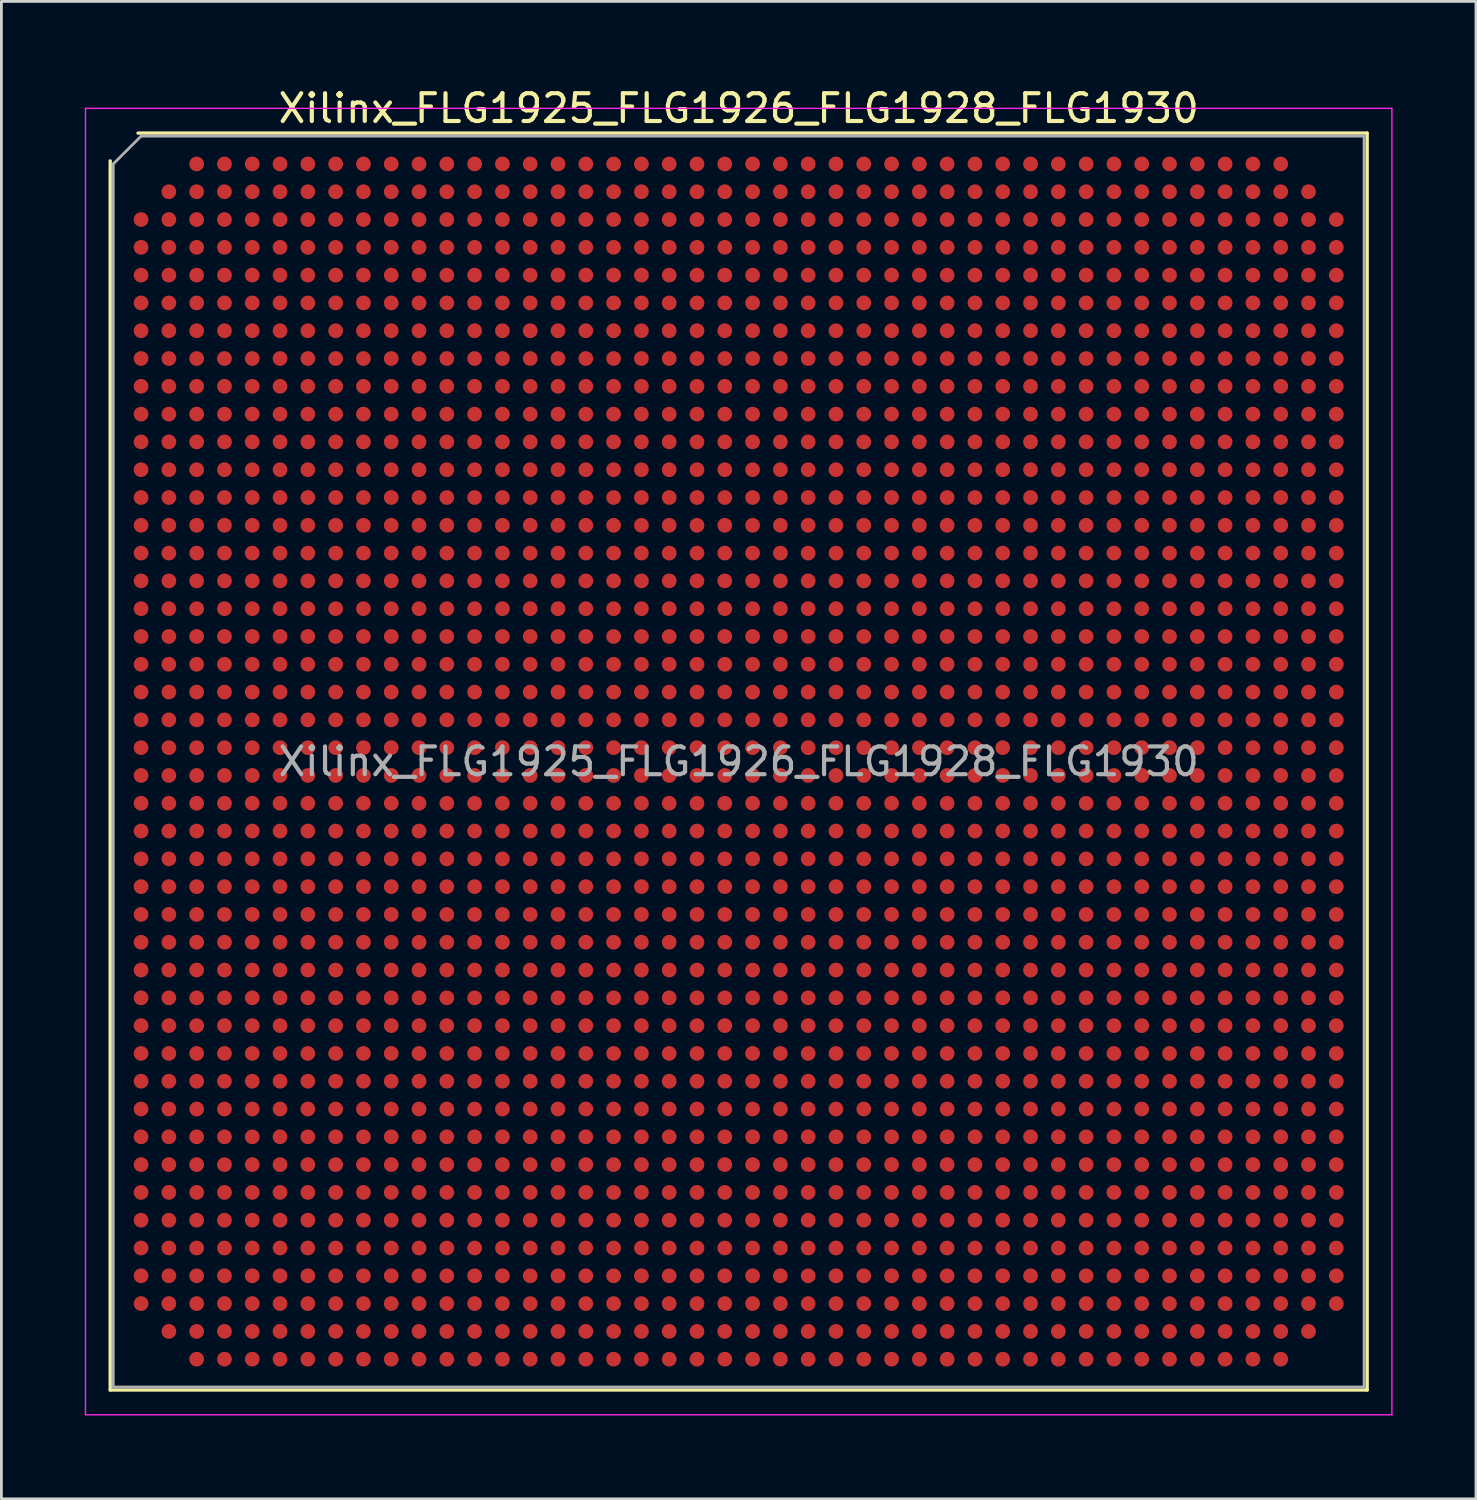
<source format=kicad_pcb>
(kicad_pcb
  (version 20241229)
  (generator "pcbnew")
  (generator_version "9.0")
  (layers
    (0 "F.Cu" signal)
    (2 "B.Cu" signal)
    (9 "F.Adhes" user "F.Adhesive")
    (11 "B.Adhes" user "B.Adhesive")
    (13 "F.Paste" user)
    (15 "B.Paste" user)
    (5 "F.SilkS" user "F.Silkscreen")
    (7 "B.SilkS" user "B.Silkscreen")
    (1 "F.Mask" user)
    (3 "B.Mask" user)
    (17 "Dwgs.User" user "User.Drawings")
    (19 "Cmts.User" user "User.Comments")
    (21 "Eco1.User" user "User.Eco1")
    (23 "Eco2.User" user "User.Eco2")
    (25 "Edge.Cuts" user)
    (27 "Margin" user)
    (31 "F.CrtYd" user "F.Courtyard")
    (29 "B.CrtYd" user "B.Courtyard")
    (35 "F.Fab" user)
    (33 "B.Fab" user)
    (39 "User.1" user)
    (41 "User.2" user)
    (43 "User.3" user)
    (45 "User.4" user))
  (footprint "Xilinx_FLG1925_FLG1926_FLG1928_FLG1930"
    (layer "F.Cu")
    (at 23.525 24.348)
    (property "Reference" "Xilinx_FLG1925_FLG1926_FLG1928_FLG1930" (at 0 -23.5 0) (layer "F.SilkS") (effects (font (size 1 1) (thickness 0.15))))
    (attr smd)
    (fp_line (start -22.61 22.61) (end -22.61 -21.61) (stroke (width 0.12) (type solid)) (layer "F.SilkS"))
    (fp_line (start -21.61 -22.61) (end 22.61 -22.61) (stroke (width 0.12) (type solid)) (layer "F.SilkS"))
    (fp_line (start 22.61 -22.61) (end 22.61 22.61) (stroke (width 0.12) (type solid)) (layer "F.SilkS"))
    (fp_line (start 22.61 22.61) (end -22.61 22.61) (stroke (width 0.12) (type solid)) (layer "F.SilkS"))
    (fp_line (start -23.5 -23.5) (end -23.5 23.5) (stroke (width 0.05) (type solid)) (layer "F.CrtYd"))
    (fp_line (start -23.5 23.5) (end 23.5 23.5) (stroke (width 0.05) (type solid)) (layer "F.CrtYd"))
    (fp_line (start 23.5 -23.5) (end -23.5 -23.5) (stroke (width 0.05) (type solid)) (layer "F.CrtYd"))
    (fp_line (start 23.5 23.5) (end 23.5 -23.5) (stroke (width 0.05) (type solid)) (layer "F.CrtYd"))
    (fp_line (start -22.5 -21.5) (end -21.5 -22.5) (stroke (width 0.1) (type solid)) (layer "F.Fab"))
    (fp_line (start -22.5 22.5) (end -22.5 -21.5) (stroke (width 0.1) (type solid)) (layer "F.Fab"))
    (fp_line (start -21.5 -22.5) (end 22.5 -22.5) (stroke (width 0.1) (type solid)) (layer "F.Fab"))
    (fp_line (start 22.5 -22.5) (end 22.5 22.5) (stroke (width 0.1) (type solid)) (layer "F.Fab"))
    (fp_line (start 22.5 22.5) (end -22.5 22.5) (stroke (width 0.1) (type solid)) (layer "F.Fab"))
    (fp_text user "${REFERENCE}" (at 0 0 0) (layer "F.Fab") (effects (font (size 1 1) (thickness 0.15))))
    (pad "A3" smd circle (at -19.5 -21.5) (size 0.53 0.53) (layers "F.Cu" "F.Mask" "F.Paste"))
    (pad "A4" smd circle (at -18.5 -21.5) (size 0.53 0.53) (layers "F.Cu" "F.Mask" "F.Paste"))
    (pad "A5" smd circle (at -17.5 -21.5) (size 0.53 0.53) (layers "F.Cu" "F.Mask" "F.Paste"))
    (pad "A6" smd circle (at -16.5 -21.5) (size 0.53 0.53) (layers "F.Cu" "F.Mask" "F.Paste"))
    (pad "A7" smd circle (at -15.5 -21.5) (size 0.53 0.53) (layers "F.Cu" "F.Mask" "F.Paste"))
    (pad "A8" smd circle (at -14.5 -21.5) (size 0.53 0.53) (layers "F.Cu" "F.Mask" "F.Paste"))
    (pad "A9" smd circle (at -13.5 -21.5) (size 0.53 0.53) (layers "F.Cu" "F.Mask" "F.Paste"))
    (pad "A10" smd circle (at -12.5 -21.5) (size 0.53 0.53) (layers "F.Cu" "F.Mask" "F.Paste"))
    (pad "A11" smd circle (at -11.5 -21.5) (size 0.53 0.53) (layers "F.Cu" "F.Mask" "F.Paste"))
    (pad "A12" smd circle (at -10.5 -21.5) (size 0.53 0.53) (layers "F.Cu" "F.Mask" "F.Paste"))
    (pad "A13" smd circle (at -9.5 -21.5) (size 0.53 0.53) (layers "F.Cu" "F.Mask" "F.Paste"))
    (pad "A14" smd circle (at -8.5 -21.5) (size 0.53 0.53) (layers "F.Cu" "F.Mask" "F.Paste"))
    (pad "A15" smd circle (at -7.5 -21.5) (size 0.53 0.53) (layers "F.Cu" "F.Mask" "F.Paste"))
    (pad "A16" smd circle (at -6.5 -21.5) (size 0.53 0.53) (layers "F.Cu" "F.Mask" "F.Paste"))
    (pad "A17" smd circle (at -5.5 -21.5) (size 0.53 0.53) (layers "F.Cu" "F.Mask" "F.Paste"))
    (pad "A18" smd circle (at -4.5 -21.5) (size 0.53 0.53) (layers "F.Cu" "F.Mask" "F.Paste"))
    (pad "A19" smd circle (at -3.5 -21.5) (size 0.53 0.53) (layers "F.Cu" "F.Mask" "F.Paste"))
    (pad "A20" smd circle (at -2.5 -21.5) (size 0.53 0.53) (layers "F.Cu" "F.Mask" "F.Paste"))
    (pad "A21" smd circle (at -1.5 -21.5) (size 0.53 0.53) (layers "F.Cu" "F.Mask" "F.Paste"))
    (pad "A22" smd circle (at -0.5 -21.5) (size 0.53 0.53) (layers "F.Cu" "F.Mask" "F.Paste"))
    (pad "A23" smd circle (at 0.5 -21.5) (size 0.53 0.53) (layers "F.Cu" "F.Mask" "F.Paste"))
    (pad "A24" smd circle (at 1.5 -21.5) (size 0.53 0.53) (layers "F.Cu" "F.Mask" "F.Paste"))
    (pad "A25" smd circle (at 2.5 -21.5) (size 0.53 0.53) (layers "F.Cu" "F.Mask" "F.Paste"))
    (pad "A26" smd circle (at 3.5 -21.5) (size 0.53 0.53) (layers "F.Cu" "F.Mask" "F.Paste"))
    (pad "A27" smd circle (at 4.5 -21.5) (size 0.53 0.53) (layers "F.Cu" "F.Mask" "F.Paste"))
    (pad "A28" smd circle (at 5.5 -21.5) (size 0.53 0.53) (layers "F.Cu" "F.Mask" "F.Paste"))
    (pad "A29" smd circle (at 6.5 -21.5) (size 0.53 0.53) (layers "F.Cu" "F.Mask" "F.Paste"))
    (pad "A30" smd circle (at 7.5 -21.5) (size 0.53 0.53) (layers "F.Cu" "F.Mask" "F.Paste"))
    (pad "A31" smd circle (at 8.5 -21.5) (size 0.53 0.53) (layers "F.Cu" "F.Mask" "F.Paste"))
    (pad "A32" smd circle (at 9.5 -21.5) (size 0.53 0.53) (layers "F.Cu" "F.Mask" "F.Paste"))
    (pad "A33" smd circle (at 10.5 -21.5) (size 0.53 0.53) (layers "F.Cu" "F.Mask" "F.Paste"))
    (pad "A34" smd circle (at 11.5 -21.5) (size 0.53 0.53) (layers "F.Cu" "F.Mask" "F.Paste"))
    (pad "A35" smd circle (at 12.5 -21.5) (size 0.53 0.53) (layers "F.Cu" "F.Mask" "F.Paste"))
    (pad "A36" smd circle (at 13.5 -21.5) (size 0.53 0.53) (layers "F.Cu" "F.Mask" "F.Paste"))
    (pad "A37" smd circle (at 14.5 -21.5) (size 0.53 0.53) (layers "F.Cu" "F.Mask" "F.Paste"))
    (pad "A38" smd circle (at 15.5 -21.5) (size 0.53 0.53) (layers "F.Cu" "F.Mask" "F.Paste"))
    (pad "A39" smd circle (at 16.5 -21.5) (size 0.53 0.53) (layers "F.Cu" "F.Mask" "F.Paste"))
    (pad "A40" smd circle (at 17.5 -21.5) (size 0.53 0.53) (layers "F.Cu" "F.Mask" "F.Paste"))
    (pad "A41" smd circle (at 18.5 -21.5) (size 0.53 0.53) (layers "F.Cu" "F.Mask" "F.Paste"))
    (pad "A42" smd circle (at 19.5 -21.5) (size 0.53 0.53) (layers "F.Cu" "F.Mask" "F.Paste"))
    (pad "AA1" smd circle (at -21.5 -1.5) (size 0.53 0.53) (layers "F.Cu" "F.Mask" "F.Paste"))
    (pad "AA2" smd circle (at -20.5 -1.5) (size 0.53 0.53) (layers "F.Cu" "F.Mask" "F.Paste"))
    (pad "AA3" smd circle (at -19.5 -1.5) (size 0.53 0.53) (layers "F.Cu" "F.Mask" "F.Paste"))
    (pad "AA4" smd circle (at -18.5 -1.5) (size 0.53 0.53) (layers "F.Cu" "F.Mask" "F.Paste"))
    (pad "AA5" smd circle (at -17.5 -1.5) (size 0.53 0.53) (layers "F.Cu" "F.Mask" "F.Paste"))
    (pad "AA6" smd circle (at -16.5 -1.5) (size 0.53 0.53) (layers "F.Cu" "F.Mask" "F.Paste"))
    (pad "AA7" smd circle (at -15.5 -1.5) (size 0.53 0.53) (layers "F.Cu" "F.Mask" "F.Paste"))
    (pad "AA8" smd circle (at -14.5 -1.5) (size 0.53 0.53) (layers "F.Cu" "F.Mask" "F.Paste"))
    (pad "AA9" smd circle (at -13.5 -1.5) (size 0.53 0.53) (layers "F.Cu" "F.Mask" "F.Paste"))
    (pad "AA10" smd circle (at -12.5 -1.5) (size 0.53 0.53) (layers "F.Cu" "F.Mask" "F.Paste"))
    (pad "AA11" smd circle (at -11.5 -1.5) (size 0.53 0.53) (layers "F.Cu" "F.Mask" "F.Paste"))
    (pad "AA12" smd circle (at -10.5 -1.5) (size 0.53 0.53) (layers "F.Cu" "F.Mask" "F.Paste"))
    (pad "AA13" smd circle (at -9.5 -1.5) (size 0.53 0.53) (layers "F.Cu" "F.Mask" "F.Paste"))
    (pad "AA14" smd circle (at -8.5 -1.5) (size 0.53 0.53) (layers "F.Cu" "F.Mask" "F.Paste"))
    (pad "AA15" smd circle (at -7.5 -1.5) (size 0.53 0.53) (layers "F.Cu" "F.Mask" "F.Paste"))
    (pad "AA16" smd circle (at -6.5 -1.5) (size 0.53 0.53) (layers "F.Cu" "F.Mask" "F.Paste"))
    (pad "AA17" smd circle (at -5.5 -1.5) (size 0.53 0.53) (layers "F.Cu" "F.Mask" "F.Paste"))
    (pad "AA18" smd circle (at -4.5 -1.5) (size 0.53 0.53) (layers "F.Cu" "F.Mask" "F.Paste"))
    (pad "AA19" smd circle (at -3.5 -1.5) (size 0.53 0.53) (layers "F.Cu" "F.Mask" "F.Paste"))
    (pad "AA20" smd circle (at -2.5 -1.5) (size 0.53 0.53) (layers "F.Cu" "F.Mask" "F.Paste"))
    (pad "AA21" smd circle (at -1.5 -1.5) (size 0.53 0.53) (layers "F.Cu" "F.Mask" "F.Paste"))
    (pad "AA22" smd circle (at -0.5 -1.5) (size 0.53 0.53) (layers "F.Cu" "F.Mask" "F.Paste"))
    (pad "AA23" smd circle (at 0.5 -1.5) (size 0.53 0.53) (layers "F.Cu" "F.Mask" "F.Paste"))
    (pad "AA24" smd circle (at 1.5 -1.5) (size 0.53 0.53) (layers "F.Cu" "F.Mask" "F.Paste"))
    (pad "AA25" smd circle (at 2.5 -1.5) (size 0.53 0.53) (layers "F.Cu" "F.Mask" "F.Paste"))
    (pad "AA26" smd circle (at 3.5 -1.5) (size 0.53 0.53) (layers "F.Cu" "F.Mask" "F.Paste"))
    (pad "AA27" smd circle (at 4.5 -1.5) (size 0.53 0.53) (layers "F.Cu" "F.Mask" "F.Paste"))
    (pad "AA28" smd circle (at 5.5 -1.5) (size 0.53 0.53) (layers "F.Cu" "F.Mask" "F.Paste"))
    (pad "AA29" smd circle (at 6.5 -1.5) (size 0.53 0.53) (layers "F.Cu" "F.Mask" "F.Paste"))
    (pad "AA30" smd circle (at 7.5 -1.5) (size 0.53 0.53) (layers "F.Cu" "F.Mask" "F.Paste"))
    (pad "AA31" smd circle (at 8.5 -1.5) (size 0.53 0.53) (layers "F.Cu" "F.Mask" "F.Paste"))
    (pad "AA32" smd circle (at 9.5 -1.5) (size 0.53 0.53) (layers "F.Cu" "F.Mask" "F.Paste"))
    (pad "AA33" smd circle (at 10.5 -1.5) (size 0.53 0.53) (layers "F.Cu" "F.Mask" "F.Paste"))
    (pad "AA34" smd circle (at 11.5 -1.5) (size 0.53 0.53) (layers "F.Cu" "F.Mask" "F.Paste"))
    (pad "AA35" smd circle (at 12.5 -1.5) (size 0.53 0.53) (layers "F.Cu" "F.Mask" "F.Paste"))
    (pad "AA36" smd circle (at 13.5 -1.5) (size 0.53 0.53) (layers "F.Cu" "F.Mask" "F.Paste"))
    (pad "AA37" smd circle (at 14.5 -1.5) (size 0.53 0.53) (layers "F.Cu" "F.Mask" "F.Paste"))
    (pad "AA38" smd circle (at 15.5 -1.5) (size 0.53 0.53) (layers "F.Cu" "F.Mask" "F.Paste"))
    (pad "AA39" smd circle (at 16.5 -1.5) (size 0.53 0.53) (layers "F.Cu" "F.Mask" "F.Paste"))
    (pad "AA40" smd circle (at 17.5 -1.5) (size 0.53 0.53) (layers "F.Cu" "F.Mask" "F.Paste"))
    (pad "AA41" smd circle (at 18.5 -1.5) (size 0.53 0.53) (layers "F.Cu" "F.Mask" "F.Paste"))
    (pad "AA42" smd circle (at 19.5 -1.5) (size 0.53 0.53) (layers "F.Cu" "F.Mask" "F.Paste"))
    (pad "AA43" smd circle (at 20.5 -1.5) (size 0.53 0.53) (layers "F.Cu" "F.Mask" "F.Paste"))
    (pad "AA44" smd circle (at 21.5 -1.5) (size 0.53 0.53) (layers "F.Cu" "F.Mask" "F.Paste"))
    (pad "AB1" smd circle (at -21.5 -0.5) (size 0.53 0.53) (layers "F.Cu" "F.Mask" "F.Paste"))
    (pad "AB2" smd circle (at -20.5 -0.5) (size 0.53 0.53) (layers "F.Cu" "F.Mask" "F.Paste"))
    (pad "AB3" smd circle (at -19.5 -0.5) (size 0.53 0.53) (layers "F.Cu" "F.Mask" "F.Paste"))
    (pad "AB4" smd circle (at -18.5 -0.5) (size 0.53 0.53) (layers "F.Cu" "F.Mask" "F.Paste"))
    (pad "AB5" smd circle (at -17.5 -0.5) (size 0.53 0.53) (layers "F.Cu" "F.Mask" "F.Paste"))
    (pad "AB6" smd circle (at -16.5 -0.5) (size 0.53 0.53) (layers "F.Cu" "F.Mask" "F.Paste"))
    (pad "AB7" smd circle (at -15.5 -0.5) (size 0.53 0.53) (layers "F.Cu" "F.Mask" "F.Paste"))
    (pad "AB8" smd circle (at -14.5 -0.5) (size 0.53 0.53) (layers "F.Cu" "F.Mask" "F.Paste"))
    (pad "AB9" smd circle (at -13.5 -0.5) (size 0.53 0.53) (layers "F.Cu" "F.Mask" "F.Paste"))
    (pad "AB10" smd circle (at -12.5 -0.5) (size 0.53 0.53) (layers "F.Cu" "F.Mask" "F.Paste"))
    (pad "AB11" smd circle (at -11.5 -0.5) (size 0.53 0.53) (layers "F.Cu" "F.Mask" "F.Paste"))
    (pad "AB12" smd circle (at -10.5 -0.5) (size 0.53 0.53) (layers "F.Cu" "F.Mask" "F.Paste"))
    (pad "AB13" smd circle (at -9.5 -0.5) (size 0.53 0.53) (layers "F.Cu" "F.Mask" "F.Paste"))
    (pad "AB14" smd circle (at -8.5 -0.5) (size 0.53 0.53) (layers "F.Cu" "F.Mask" "F.Paste"))
    (pad "AB15" smd circle (at -7.5 -0.5) (size 0.53 0.53) (layers "F.Cu" "F.Mask" "F.Paste"))
    (pad "AB16" smd circle (at -6.5 -0.5) (size 0.53 0.53) (layers "F.Cu" "F.Mask" "F.Paste"))
    (pad "AB17" smd circle (at -5.5 -0.5) (size 0.53 0.53) (layers "F.Cu" "F.Mask" "F.Paste"))
    (pad "AB18" smd circle (at -4.5 -0.5) (size 0.53 0.53) (layers "F.Cu" "F.Mask" "F.Paste"))
    (pad "AB19" smd circle (at -3.5 -0.5) (size 0.53 0.53) (layers "F.Cu" "F.Mask" "F.Paste"))
    (pad "AB20" smd circle (at -2.5 -0.5) (size 0.53 0.53) (layers "F.Cu" "F.Mask" "F.Paste"))
    (pad "AB21" smd circle (at -1.5 -0.5) (size 0.53 0.53) (layers "F.Cu" "F.Mask" "F.Paste"))
    (pad "AB22" smd circle (at -0.5 -0.5) (size 0.53 0.53) (layers "F.Cu" "F.Mask" "F.Paste"))
    (pad "AB23" smd circle (at 0.5 -0.5) (size 0.53 0.53) (layers "F.Cu" "F.Mask" "F.Paste"))
    (pad "AB24" smd circle (at 1.5 -0.5) (size 0.53 0.53) (layers "F.Cu" "F.Mask" "F.Paste"))
    (pad "AB25" smd circle (at 2.5 -0.5) (size 0.53 0.53) (layers "F.Cu" "F.Mask" "F.Paste"))
    (pad "AB26" smd circle (at 3.5 -0.5) (size 0.53 0.53) (layers "F.Cu" "F.Mask" "F.Paste"))
    (pad "AB27" smd circle (at 4.5 -0.5) (size 0.53 0.53) (layers "F.Cu" "F.Mask" "F.Paste"))
    (pad "AB28" smd circle (at 5.5 -0.5) (size 0.53 0.53) (layers "F.Cu" "F.Mask" "F.Paste"))
    (pad "AB29" smd circle (at 6.5 -0.5) (size 0.53 0.53) (layers "F.Cu" "F.Mask" "F.Paste"))
    (pad "AB30" smd circle (at 7.5 -0.5) (size 0.53 0.53) (layers "F.Cu" "F.Mask" "F.Paste"))
    (pad "AB31" smd circle (at 8.5 -0.5) (size 0.53 0.53) (layers "F.Cu" "F.Mask" "F.Paste"))
    (pad "AB32" smd circle (at 9.5 -0.5) (size 0.53 0.53) (layers "F.Cu" "F.Mask" "F.Paste"))
    (pad "AB33" smd circle (at 10.5 -0.5) (size 0.53 0.53) (layers "F.Cu" "F.Mask" "F.Paste"))
    (pad "AB34" smd circle (at 11.5 -0.5) (size 0.53 0.53) (layers "F.Cu" "F.Mask" "F.Paste"))
    (pad "AB35" smd circle (at 12.5 -0.5) (size 0.53 0.53) (layers "F.Cu" "F.Mask" "F.Paste"))
    (pad "AB36" smd circle (at 13.5 -0.5) (size 0.53 0.53) (layers "F.Cu" "F.Mask" "F.Paste"))
    (pad "AB37" smd circle (at 14.5 -0.5) (size 0.53 0.53) (layers "F.Cu" "F.Mask" "F.Paste"))
    (pad "AB38" smd circle (at 15.5 -0.5) (size 0.53 0.53) (layers "F.Cu" "F.Mask" "F.Paste"))
    (pad "AB39" smd circle (at 16.5 -0.5) (size 0.53 0.53) (layers "F.Cu" "F.Mask" "F.Paste"))
    (pad "AB40" smd circle (at 17.5 -0.5) (size 0.53 0.53) (layers "F.Cu" "F.Mask" "F.Paste"))
    (pad "AB41" smd circle (at 18.5 -0.5) (size 0.53 0.53) (layers "F.Cu" "F.Mask" "F.Paste"))
    (pad "AB42" smd circle (at 19.5 -0.5) (size 0.53 0.53) (layers "F.Cu" "F.Mask" "F.Paste"))
    (pad "AB43" smd circle (at 20.5 -0.5) (size 0.53 0.53) (layers "F.Cu" "F.Mask" "F.Paste"))
    (pad "AB44" smd circle (at 21.5 -0.5) (size 0.53 0.53) (layers "F.Cu" "F.Mask" "F.Paste"))
    (pad "AC1" smd circle (at -21.5 0.5) (size 0.53 0.53) (layers "F.Cu" "F.Mask" "F.Paste"))
    (pad "AC2" smd circle (at -20.5 0.5) (size 0.53 0.53) (layers "F.Cu" "F.Mask" "F.Paste"))
    (pad "AC3" smd circle (at -19.5 0.5) (size 0.53 0.53) (layers "F.Cu" "F.Mask" "F.Paste"))
    (pad "AC4" smd circle (at -18.5 0.5) (size 0.53 0.53) (layers "F.Cu" "F.Mask" "F.Paste"))
    (pad "AC5" smd circle (at -17.5 0.5) (size 0.53 0.53) (layers "F.Cu" "F.Mask" "F.Paste"))
    (pad "AC6" smd circle (at -16.5 0.5) (size 0.53 0.53) (layers "F.Cu" "F.Mask" "F.Paste"))
    (pad "AC7" smd circle (at -15.5 0.5) (size 0.53 0.53) (layers "F.Cu" "F.Mask" "F.Paste"))
    (pad "AC8" smd circle (at -14.5 0.5) (size 0.53 0.53) (layers "F.Cu" "F.Mask" "F.Paste"))
    (pad "AC9" smd circle (at -13.5 0.5) (size 0.53 0.53) (layers "F.Cu" "F.Mask" "F.Paste"))
    (pad "AC10" smd circle (at -12.5 0.5) (size 0.53 0.53) (layers "F.Cu" "F.Mask" "F.Paste"))
    (pad "AC11" smd circle (at -11.5 0.5) (size 0.53 0.53) (layers "F.Cu" "F.Mask" "F.Paste"))
    (pad "AC12" smd circle (at -10.5 0.5) (size 0.53 0.53) (layers "F.Cu" "F.Mask" "F.Paste"))
    (pad "AC13" smd circle (at -9.5 0.5) (size 0.53 0.53) (layers "F.Cu" "F.Mask" "F.Paste"))
    (pad "AC14" smd circle (at -8.5 0.5) (size 0.53 0.53) (layers "F.Cu" "F.Mask" "F.Paste"))
    (pad "AC15" smd circle (at -7.5 0.5) (size 0.53 0.53) (layers "F.Cu" "F.Mask" "F.Paste"))
    (pad "AC16" smd circle (at -6.5 0.5) (size 0.53 0.53) (layers "F.Cu" "F.Mask" "F.Paste"))
    (pad "AC17" smd circle (at -5.5 0.5) (size 0.53 0.53) (layers "F.Cu" "F.Mask" "F.Paste"))
    (pad "AC18" smd circle (at -4.5 0.5) (size 0.53 0.53) (layers "F.Cu" "F.Mask" "F.Paste"))
    (pad "AC19" smd circle (at -3.5 0.5) (size 0.53 0.53) (layers "F.Cu" "F.Mask" "F.Paste"))
    (pad "AC20" smd circle (at -2.5 0.5) (size 0.53 0.53) (layers "F.Cu" "F.Mask" "F.Paste"))
    (pad "AC21" smd circle (at -1.5 0.5) (size 0.53 0.53) (layers "F.Cu" "F.Mask" "F.Paste"))
    (pad "AC22" smd circle (at -0.5 0.5) (size 0.53 0.53) (layers "F.Cu" "F.Mask" "F.Paste"))
    (pad "AC23" smd circle (at 0.5 0.5) (size 0.53 0.53) (layers "F.Cu" "F.Mask" "F.Paste"))
    (pad "AC24" smd circle (at 1.5 0.5) (size 0.53 0.53) (layers "F.Cu" "F.Mask" "F.Paste"))
    (pad "AC25" smd circle (at 2.5 0.5) (size 0.53 0.53) (layers "F.Cu" "F.Mask" "F.Paste"))
    (pad "AC26" smd circle (at 3.5 0.5) (size 0.53 0.53) (layers "F.Cu" "F.Mask" "F.Paste"))
    (pad "AC27" smd circle (at 4.5 0.5) (size 0.53 0.53) (layers "F.Cu" "F.Mask" "F.Paste"))
    (pad "AC28" smd circle (at 5.5 0.5) (size 0.53 0.53) (layers "F.Cu" "F.Mask" "F.Paste"))
    (pad "AC29" smd circle (at 6.5 0.5) (size 0.53 0.53) (layers "F.Cu" "F.Mask" "F.Paste"))
    (pad "AC30" smd circle (at 7.5 0.5) (size 0.53 0.53) (layers "F.Cu" "F.Mask" "F.Paste"))
    (pad "AC31" smd circle (at 8.5 0.5) (size 0.53 0.53) (layers "F.Cu" "F.Mask" "F.Paste"))
    (pad "AC32" smd circle (at 9.5 0.5) (size 0.53 0.53) (layers "F.Cu" "F.Mask" "F.Paste"))
    (pad "AC33" smd circle (at 10.5 0.5) (size 0.53 0.53) (layers "F.Cu" "F.Mask" "F.Paste"))
    (pad "AC34" smd circle (at 11.5 0.5) (size 0.53 0.53) (layers "F.Cu" "F.Mask" "F.Paste"))
    (pad "AC35" smd circle (at 12.5 0.5) (size 0.53 0.53) (layers "F.Cu" "F.Mask" "F.Paste"))
    (pad "AC36" smd circle (at 13.5 0.5) (size 0.53 0.53) (layers "F.Cu" "F.Mask" "F.Paste"))
    (pad "AC37" smd circle (at 14.5 0.5) (size 0.53 0.53) (layers "F.Cu" "F.Mask" "F.Paste"))
    (pad "AC38" smd circle (at 15.5 0.5) (size 0.53 0.53) (layers "F.Cu" "F.Mask" "F.Paste"))
    (pad "AC39" smd circle (at 16.5 0.5) (size 0.53 0.53) (layers "F.Cu" "F.Mask" "F.Paste"))
    (pad "AC40" smd circle (at 17.5 0.5) (size 0.53 0.53) (layers "F.Cu" "F.Mask" "F.Paste"))
    (pad "AC41" smd circle (at 18.5 0.5) (size 0.53 0.53) (layers "F.Cu" "F.Mask" "F.Paste"))
    (pad "AC42" smd circle (at 19.5 0.5) (size 0.53 0.53) (layers "F.Cu" "F.Mask" "F.Paste"))
    (pad "AC43" smd circle (at 20.5 0.5) (size 0.53 0.53) (layers "F.Cu" "F.Mask" "F.Paste"))
    (pad "AC44" smd circle (at 21.5 0.5) (size 0.53 0.53) (layers "F.Cu" "F.Mask" "F.Paste"))
    (pad "AD1" smd circle (at -21.5 1.5) (size 0.53 0.53) (layers "F.Cu" "F.Mask" "F.Paste"))
    (pad "AD2" smd circle (at -20.5 1.5) (size 0.53 0.53) (layers "F.Cu" "F.Mask" "F.Paste"))
    (pad "AD3" smd circle (at -19.5 1.5) (size 0.53 0.53) (layers "F.Cu" "F.Mask" "F.Paste"))
    (pad "AD4" smd circle (at -18.5 1.5) (size 0.53 0.53) (layers "F.Cu" "F.Mask" "F.Paste"))
    (pad "AD5" smd circle (at -17.5 1.5) (size 0.53 0.53) (layers "F.Cu" "F.Mask" "F.Paste"))
    (pad "AD6" smd circle (at -16.5 1.5) (size 0.53 0.53) (layers "F.Cu" "F.Mask" "F.Paste"))
    (pad "AD7" smd circle (at -15.5 1.5) (size 0.53 0.53) (layers "F.Cu" "F.Mask" "F.Paste"))
    (pad "AD8" smd circle (at -14.5 1.5) (size 0.53 0.53) (layers "F.Cu" "F.Mask" "F.Paste"))
    (pad "AD9" smd circle (at -13.5 1.5) (size 0.53 0.53) (layers "F.Cu" "F.Mask" "F.Paste"))
    (pad "AD10" smd circle (at -12.5 1.5) (size 0.53 0.53) (layers "F.Cu" "F.Mask" "F.Paste"))
    (pad "AD11" smd circle (at -11.5 1.5) (size 0.53 0.53) (layers "F.Cu" "F.Mask" "F.Paste"))
    (pad "AD12" smd circle (at -10.5 1.5) (size 0.53 0.53) (layers "F.Cu" "F.Mask" "F.Paste"))
    (pad "AD13" smd circle (at -9.5 1.5) (size 0.53 0.53) (layers "F.Cu" "F.Mask" "F.Paste"))
    (pad "AD14" smd circle (at -8.5 1.5) (size 0.53 0.53) (layers "F.Cu" "F.Mask" "F.Paste"))
    (pad "AD15" smd circle (at -7.5 1.5) (size 0.53 0.53) (layers "F.Cu" "F.Mask" "F.Paste"))
    (pad "AD16" smd circle (at -6.5 1.5) (size 0.53 0.53) (layers "F.Cu" "F.Mask" "F.Paste"))
    (pad "AD17" smd circle (at -5.5 1.5) (size 0.53 0.53) (layers "F.Cu" "F.Mask" "F.Paste"))
    (pad "AD18" smd circle (at -4.5 1.5) (size 0.53 0.53) (layers "F.Cu" "F.Mask" "F.Paste"))
    (pad "AD19" smd circle (at -3.5 1.5) (size 0.53 0.53) (layers "F.Cu" "F.Mask" "F.Paste"))
    (pad "AD20" smd circle (at -2.5 1.5) (size 0.53 0.53) (layers "F.Cu" "F.Mask" "F.Paste"))
    (pad "AD21" smd circle (at -1.5 1.5) (size 0.53 0.53) (layers "F.Cu" "F.Mask" "F.Paste"))
    (pad "AD22" smd circle (at -0.5 1.5) (size 0.53 0.53) (layers "F.Cu" "F.Mask" "F.Paste"))
    (pad "AD23" smd circle (at 0.5 1.5) (size 0.53 0.53) (layers "F.Cu" "F.Mask" "F.Paste"))
    (pad "AD24" smd circle (at 1.5 1.5) (size 0.53 0.53) (layers "F.Cu" "F.Mask" "F.Paste"))
    (pad "AD25" smd circle (at 2.5 1.5) (size 0.53 0.53) (layers "F.Cu" "F.Mask" "F.Paste"))
    (pad "AD26" smd circle (at 3.5 1.5) (size 0.53 0.53) (layers "F.Cu" "F.Mask" "F.Paste"))
    (pad "AD27" smd circle (at 4.5 1.5) (size 0.53 0.53) (layers "F.Cu" "F.Mask" "F.Paste"))
    (pad "AD28" smd circle (at 5.5 1.5) (size 0.53 0.53) (layers "F.Cu" "F.Mask" "F.Paste"))
    (pad "AD29" smd circle (at 6.5 1.5) (size 0.53 0.53) (layers "F.Cu" "F.Mask" "F.Paste"))
    (pad "AD30" smd circle (at 7.5 1.5) (size 0.53 0.53) (layers "F.Cu" "F.Mask" "F.Paste"))
    (pad "AD31" smd circle (at 8.5 1.5) (size 0.53 0.53) (layers "F.Cu" "F.Mask" "F.Paste"))
    (pad "AD32" smd circle (at 9.5 1.5) (size 0.53 0.53) (layers "F.Cu" "F.Mask" "F.Paste"))
    (pad "AD33" smd circle (at 10.5 1.5) (size 0.53 0.53) (layers "F.Cu" "F.Mask" "F.Paste"))
    (pad "AD34" smd circle (at 11.5 1.5) (size 0.53 0.53) (layers "F.Cu" "F.Mask" "F.Paste"))
    (pad "AD35" smd circle (at 12.5 1.5) (size 0.53 0.53) (layers "F.Cu" "F.Mask" "F.Paste"))
    (pad "AD36" smd circle (at 13.5 1.5) (size 0.53 0.53) (layers "F.Cu" "F.Mask" "F.Paste"))
    (pad "AD37" smd circle (at 14.5 1.5) (size 0.53 0.53) (layers "F.Cu" "F.Mask" "F.Paste"))
    (pad "AD38" smd circle (at 15.5 1.5) (size 0.53 0.53) (layers "F.Cu" "F.Mask" "F.Paste"))
    (pad "AD39" smd circle (at 16.5 1.5) (size 0.53 0.53) (layers "F.Cu" "F.Mask" "F.Paste"))
    (pad "AD40" smd circle (at 17.5 1.5) (size 0.53 0.53) (layers "F.Cu" "F.Mask" "F.Paste"))
    (pad "AD41" smd circle (at 18.5 1.5) (size 0.53 0.53) (layers "F.Cu" "F.Mask" "F.Paste"))
    (pad "AD42" smd circle (at 19.5 1.5) (size 0.53 0.53) (layers "F.Cu" "F.Mask" "F.Paste"))
    (pad "AD43" smd circle (at 20.5 1.5) (size 0.53 0.53) (layers "F.Cu" "F.Mask" "F.Paste"))
    (pad "AD44" smd circle (at 21.5 1.5) (size 0.53 0.53) (layers "F.Cu" "F.Mask" "F.Paste"))
    (pad "AE1" smd circle (at -21.5 2.5) (size 0.53 0.53) (layers "F.Cu" "F.Mask" "F.Paste"))
    (pad "AE2" smd circle (at -20.5 2.5) (size 0.53 0.53) (layers "F.Cu" "F.Mask" "F.Paste"))
    (pad "AE3" smd circle (at -19.5 2.5) (size 0.53 0.53) (layers "F.Cu" "F.Mask" "F.Paste"))
    (pad "AE4" smd circle (at -18.5 2.5) (size 0.53 0.53) (layers "F.Cu" "F.Mask" "F.Paste"))
    (pad "AE5" smd circle (at -17.5 2.5) (size 0.53 0.53) (layers "F.Cu" "F.Mask" "F.Paste"))
    (pad "AE6" smd circle (at -16.5 2.5) (size 0.53 0.53) (layers "F.Cu" "F.Mask" "F.Paste"))
    (pad "AE7" smd circle (at -15.5 2.5) (size 0.53 0.53) (layers "F.Cu" "F.Mask" "F.Paste"))
    (pad "AE8" smd circle (at -14.5 2.5) (size 0.53 0.53) (layers "F.Cu" "F.Mask" "F.Paste"))
    (pad "AE9" smd circle (at -13.5 2.5) (size 0.53 0.53) (layers "F.Cu" "F.Mask" "F.Paste"))
    (pad "AE10" smd circle (at -12.5 2.5) (size 0.53 0.53) (layers "F.Cu" "F.Mask" "F.Paste"))
    (pad "AE11" smd circle (at -11.5 2.5) (size 0.53 0.53) (layers "F.Cu" "F.Mask" "F.Paste"))
    (pad "AE12" smd circle (at -10.5 2.5) (size 0.53 0.53) (layers "F.Cu" "F.Mask" "F.Paste"))
    (pad "AE13" smd circle (at -9.5 2.5) (size 0.53 0.53) (layers "F.Cu" "F.Mask" "F.Paste"))
    (pad "AE14" smd circle (at -8.5 2.5) (size 0.53 0.53) (layers "F.Cu" "F.Mask" "F.Paste"))
    (pad "AE15" smd circle (at -7.5 2.5) (size 0.53 0.53) (layers "F.Cu" "F.Mask" "F.Paste"))
    (pad "AE16" smd circle (at -6.5 2.5) (size 0.53 0.53) (layers "F.Cu" "F.Mask" "F.Paste"))
    (pad "AE17" smd circle (at -5.5 2.5) (size 0.53 0.53) (layers "F.Cu" "F.Mask" "F.Paste"))
    (pad "AE18" smd circle (at -4.5 2.5) (size 0.53 0.53) (layers "F.Cu" "F.Mask" "F.Paste"))
    (pad "AE19" smd circle (at -3.5 2.5) (size 0.53 0.53) (layers "F.Cu" "F.Mask" "F.Paste"))
    (pad "AE20" smd circle (at -2.5 2.5) (size 0.53 0.53) (layers "F.Cu" "F.Mask" "F.Paste"))
    (pad "AE21" smd circle (at -1.5 2.5) (size 0.53 0.53) (layers "F.Cu" "F.Mask" "F.Paste"))
    (pad "AE22" smd circle (at -0.5 2.5) (size 0.53 0.53) (layers "F.Cu" "F.Mask" "F.Paste"))
    (pad "AE23" smd circle (at 0.5 2.5) (size 0.53 0.53) (layers "F.Cu" "F.Mask" "F.Paste"))
    (pad "AE24" smd circle (at 1.5 2.5) (size 0.53 0.53) (layers "F.Cu" "F.Mask" "F.Paste"))
    (pad "AE25" smd circle (at 2.5 2.5) (size 0.53 0.53) (layers "F.Cu" "F.Mask" "F.Paste"))
    (pad "AE26" smd circle (at 3.5 2.5) (size 0.53 0.53) (layers "F.Cu" "F.Mask" "F.Paste"))
    (pad "AE27" smd circle (at 4.5 2.5) (size 0.53 0.53) (layers "F.Cu" "F.Mask" "F.Paste"))
    (pad "AE28" smd circle (at 5.5 2.5) (size 0.53 0.53) (layers "F.Cu" "F.Mask" "F.Paste"))
    (pad "AE29" smd circle (at 6.5 2.5) (size 0.53 0.53) (layers "F.Cu" "F.Mask" "F.Paste"))
    (pad "AE30" smd circle (at 7.5 2.5) (size 0.53 0.53) (layers "F.Cu" "F.Mask" "F.Paste"))
    (pad "AE31" smd circle (at 8.5 2.5) (size 0.53 0.53) (layers "F.Cu" "F.Mask" "F.Paste"))
    (pad "AE32" smd circle (at 9.5 2.5) (size 0.53 0.53) (layers "F.Cu" "F.Mask" "F.Paste"))
    (pad "AE33" smd circle (at 10.5 2.5) (size 0.53 0.53) (layers "F.Cu" "F.Mask" "F.Paste"))
    (pad "AE34" smd circle (at 11.5 2.5) (size 0.53 0.53) (layers "F.Cu" "F.Mask" "F.Paste"))
    (pad "AE35" smd circle (at 12.5 2.5) (size 0.53 0.53) (layers "F.Cu" "F.Mask" "F.Paste"))
    (pad "AE36" smd circle (at 13.5 2.5) (size 0.53 0.53) (layers "F.Cu" "F.Mask" "F.Paste"))
    (pad "AE37" smd circle (at 14.5 2.5) (size 0.53 0.53) (layers "F.Cu" "F.Mask" "F.Paste"))
    (pad "AE38" smd circle (at 15.5 2.5) (size 0.53 0.53) (layers "F.Cu" "F.Mask" "F.Paste"))
    (pad "AE39" smd circle (at 16.5 2.5) (size 0.53 0.53) (layers "F.Cu" "F.Mask" "F.Paste"))
    (pad "AE40" smd circle (at 17.5 2.5) (size 0.53 0.53) (layers "F.Cu" "F.Mask" "F.Paste"))
    (pad "AE41" smd circle (at 18.5 2.5) (size 0.53 0.53) (layers "F.Cu" "F.Mask" "F.Paste"))
    (pad "AE42" smd circle (at 19.5 2.5) (size 0.53 0.53) (layers "F.Cu" "F.Mask" "F.Paste"))
    (pad "AE43" smd circle (at 20.5 2.5) (size 0.53 0.53) (layers "F.Cu" "F.Mask" "F.Paste"))
    (pad "AE44" smd circle (at 21.5 2.5) (size 0.53 0.53) (layers "F.Cu" "F.Mask" "F.Paste"))
    (pad "AF1" smd circle (at -21.5 3.5) (size 0.53 0.53) (layers "F.Cu" "F.Mask" "F.Paste"))
    (pad "AF2" smd circle (at -20.5 3.5) (size 0.53 0.53) (layers "F.Cu" "F.Mask" "F.Paste"))
    (pad "AF3" smd circle (at -19.5 3.5) (size 0.53 0.53) (layers "F.Cu" "F.Mask" "F.Paste"))
    (pad "AF4" smd circle (at -18.5 3.5) (size 0.53 0.53) (layers "F.Cu" "F.Mask" "F.Paste"))
    (pad "AF5" smd circle (at -17.5 3.5) (size 0.53 0.53) (layers "F.Cu" "F.Mask" "F.Paste"))
    (pad "AF6" smd circle (at -16.5 3.5) (size 0.53 0.53) (layers "F.Cu" "F.Mask" "F.Paste"))
    (pad "AF7" smd circle (at -15.5 3.5) (size 0.53 0.53) (layers "F.Cu" "F.Mask" "F.Paste"))
    (pad "AF8" smd circle (at -14.5 3.5) (size 0.53 0.53) (layers "F.Cu" "F.Mask" "F.Paste"))
    (pad "AF9" smd circle (at -13.5 3.5) (size 0.53 0.53) (layers "F.Cu" "F.Mask" "F.Paste"))
    (pad "AF10" smd circle (at -12.5 3.5) (size 0.53 0.53) (layers "F.Cu" "F.Mask" "F.Paste"))
    (pad "AF11" smd circle (at -11.5 3.5) (size 0.53 0.53) (layers "F.Cu" "F.Mask" "F.Paste"))
    (pad "AF12" smd circle (at -10.5 3.5) (size 0.53 0.53) (layers "F.Cu" "F.Mask" "F.Paste"))
    (pad "AF13" smd circle (at -9.5 3.5) (size 0.53 0.53) (layers "F.Cu" "F.Mask" "F.Paste"))
    (pad "AF14" smd circle (at -8.5 3.5) (size 0.53 0.53) (layers "F.Cu" "F.Mask" "F.Paste"))
    (pad "AF15" smd circle (at -7.5 3.5) (size 0.53 0.53) (layers "F.Cu" "F.Mask" "F.Paste"))
    (pad "AF16" smd circle (at -6.5 3.5) (size 0.53 0.53) (layers "F.Cu" "F.Mask" "F.Paste"))
    (pad "AF17" smd circle (at -5.5 3.5) (size 0.53 0.53) (layers "F.Cu" "F.Mask" "F.Paste"))
    (pad "AF18" smd circle (at -4.5 3.5) (size 0.53 0.53) (layers "F.Cu" "F.Mask" "F.Paste"))
    (pad "AF19" smd circle (at -3.5 3.5) (size 0.53 0.53) (layers "F.Cu" "F.Mask" "F.Paste"))
    (pad "AF20" smd circle (at -2.5 3.5) (size 0.53 0.53) (layers "F.Cu" "F.Mask" "F.Paste"))
    (pad "AF21" smd circle (at -1.5 3.5) (size 0.53 0.53) (layers "F.Cu" "F.Mask" "F.Paste"))
    (pad "AF22" smd circle (at -0.5 3.5) (size 0.53 0.53) (layers "F.Cu" "F.Mask" "F.Paste"))
    (pad "AF23" smd circle (at 0.5 3.5) (size 0.53 0.53) (layers "F.Cu" "F.Mask" "F.Paste"))
    (pad "AF24" smd circle (at 1.5 3.5) (size 0.53 0.53) (layers "F.Cu" "F.Mask" "F.Paste"))
    (pad "AF25" smd circle (at 2.5 3.5) (size 0.53 0.53) (layers "F.Cu" "F.Mask" "F.Paste"))
    (pad "AF26" smd circle (at 3.5 3.5) (size 0.53 0.53) (layers "F.Cu" "F.Mask" "F.Paste"))
    (pad "AF27" smd circle (at 4.5 3.5) (size 0.53 0.53) (layers "F.Cu" "F.Mask" "F.Paste"))
    (pad "AF28" smd circle (at 5.5 3.5) (size 0.53 0.53) (layers "F.Cu" "F.Mask" "F.Paste"))
    (pad "AF29" smd circle (at 6.5 3.5) (size 0.53 0.53) (layers "F.Cu" "F.Mask" "F.Paste"))
    (pad "AF30" smd circle (at 7.5 3.5) (size 0.53 0.53) (layers "F.Cu" "F.Mask" "F.Paste"))
    (pad "AF31" smd circle (at 8.5 3.5) (size 0.53 0.53) (layers "F.Cu" "F.Mask" "F.Paste"))
    (pad "AF32" smd circle (at 9.5 3.5) (size 0.53 0.53) (layers "F.Cu" "F.Mask" "F.Paste"))
    (pad "AF33" smd circle (at 10.5 3.5) (size 0.53 0.53) (layers "F.Cu" "F.Mask" "F.Paste"))
    (pad "AF34" smd circle (at 11.5 3.5) (size 0.53 0.53) (layers "F.Cu" "F.Mask" "F.Paste"))
    (pad "AF35" smd circle (at 12.5 3.5) (size 0.53 0.53) (layers "F.Cu" "F.Mask" "F.Paste"))
    (pad "AF36" smd circle (at 13.5 3.5) (size 0.53 0.53) (layers "F.Cu" "F.Mask" "F.Paste"))
    (pad "AF37" smd circle (at 14.5 3.5) (size 0.53 0.53) (layers "F.Cu" "F.Mask" "F.Paste"))
    (pad "AF38" smd circle (at 15.5 3.5) (size 0.53 0.53) (layers "F.Cu" "F.Mask" "F.Paste"))
    (pad "AF39" smd circle (at 16.5 3.5) (size 0.53 0.53) (layers "F.Cu" "F.Mask" "F.Paste"))
    (pad "AF40" smd circle (at 17.5 3.5) (size 0.53 0.53) (layers "F.Cu" "F.Mask" "F.Paste"))
    (pad "AF41" smd circle (at 18.5 3.5) (size 0.53 0.53) (layers "F.Cu" "F.Mask" "F.Paste"))
    (pad "AF42" smd circle (at 19.5 3.5) (size 0.53 0.53) (layers "F.Cu" "F.Mask" "F.Paste"))
    (pad "AF43" smd circle (at 20.5 3.5) (size 0.53 0.53) (layers "F.Cu" "F.Mask" "F.Paste"))
    (pad "AF44" smd circle (at 21.5 3.5) (size 0.53 0.53) (layers "F.Cu" "F.Mask" "F.Paste"))
    (pad "AG1" smd circle (at -21.5 4.5) (size 0.53 0.53) (layers "F.Cu" "F.Mask" "F.Paste"))
    (pad "AG2" smd circle (at -20.5 4.5) (size 0.53 0.53) (layers "F.Cu" "F.Mask" "F.Paste"))
    (pad "AG3" smd circle (at -19.5 4.5) (size 0.53 0.53) (layers "F.Cu" "F.Mask" "F.Paste"))
    (pad "AG4" smd circle (at -18.5 4.5) (size 0.53 0.53) (layers "F.Cu" "F.Mask" "F.Paste"))
    (pad "AG5" smd circle (at -17.5 4.5) (size 0.53 0.53) (layers "F.Cu" "F.Mask" "F.Paste"))
    (pad "AG6" smd circle (at -16.5 4.5) (size 0.53 0.53) (layers "F.Cu" "F.Mask" "F.Paste"))
    (pad "AG7" smd circle (at -15.5 4.5) (size 0.53 0.53) (layers "F.Cu" "F.Mask" "F.Paste"))
    (pad "AG8" smd circle (at -14.5 4.5) (size 0.53 0.53) (layers "F.Cu" "F.Mask" "F.Paste"))
    (pad "AG9" smd circle (at -13.5 4.5) (size 0.53 0.53) (layers "F.Cu" "F.Mask" "F.Paste"))
    (pad "AG10" smd circle (at -12.5 4.5) (size 0.53 0.53) (layers "F.Cu" "F.Mask" "F.Paste"))
    (pad "AG11" smd circle (at -11.5 4.5) (size 0.53 0.53) (layers "F.Cu" "F.Mask" "F.Paste"))
    (pad "AG12" smd circle (at -10.5 4.5) (size 0.53 0.53) (layers "F.Cu" "F.Mask" "F.Paste"))
    (pad "AG13" smd circle (at -9.5 4.5) (size 0.53 0.53) (layers "F.Cu" "F.Mask" "F.Paste"))
    (pad "AG14" smd circle (at -8.5 4.5) (size 0.53 0.53) (layers "F.Cu" "F.Mask" "F.Paste"))
    (pad "AG15" smd circle (at -7.5 4.5) (size 0.53 0.53) (layers "F.Cu" "F.Mask" "F.Paste"))
    (pad "AG16" smd circle (at -6.5 4.5) (size 0.53 0.53) (layers "F.Cu" "F.Mask" "F.Paste"))
    (pad "AG17" smd circle (at -5.5 4.5) (size 0.53 0.53) (layers "F.Cu" "F.Mask" "F.Paste"))
    (pad "AG18" smd circle (at -4.5 4.5) (size 0.53 0.53) (layers "F.Cu" "F.Mask" "F.Paste"))
    (pad "AG19" smd circle (at -3.5 4.5) (size 0.53 0.53) (layers "F.Cu" "F.Mask" "F.Paste"))
    (pad "AG20" smd circle (at -2.5 4.5) (size 0.53 0.53) (layers "F.Cu" "F.Mask" "F.Paste"))
    (pad "AG21" smd circle (at -1.5 4.5) (size 0.53 0.53) (layers "F.Cu" "F.Mask" "F.Paste"))
    (pad "AG22" smd circle (at -0.5 4.5) (size 0.53 0.53) (layers "F.Cu" "F.Mask" "F.Paste"))
    (pad "AG23" smd circle (at 0.5 4.5) (size 0.53 0.53) (layers "F.Cu" "F.Mask" "F.Paste"))
    (pad "AG24" smd circle (at 1.5 4.5) (size 0.53 0.53) (layers "F.Cu" "F.Mask" "F.Paste"))
    (pad "AG25" smd circle (at 2.5 4.5) (size 0.53 0.53) (layers "F.Cu" "F.Mask" "F.Paste"))
    (pad "AG26" smd circle (at 3.5 4.5) (size 0.53 0.53) (layers "F.Cu" "F.Mask" "F.Paste"))
    (pad "AG27" smd circle (at 4.5 4.5) (size 0.53 0.53) (layers "F.Cu" "F.Mask" "F.Paste"))
    (pad "AG28" smd circle (at 5.5 4.5) (size 0.53 0.53) (layers "F.Cu" "F.Mask" "F.Paste"))
    (pad "AG29" smd circle (at 6.5 4.5) (size 0.53 0.53) (layers "F.Cu" "F.Mask" "F.Paste"))
    (pad "AG30" smd circle (at 7.5 4.5) (size 0.53 0.53) (layers "F.Cu" "F.Mask" "F.Paste"))
    (pad "AG31" smd circle (at 8.5 4.5) (size 0.53 0.53) (layers "F.Cu" "F.Mask" "F.Paste"))
    (pad "AG32" smd circle (at 9.5 4.5) (size 0.53 0.53) (layers "F.Cu" "F.Mask" "F.Paste"))
    (pad "AG33" smd circle (at 10.5 4.5) (size 0.53 0.53) (layers "F.Cu" "F.Mask" "F.Paste"))
    (pad "AG34" smd circle (at 11.5 4.5) (size 0.53 0.53) (layers "F.Cu" "F.Mask" "F.Paste"))
    (pad "AG35" smd circle (at 12.5 4.5) (size 0.53 0.53) (layers "F.Cu" "F.Mask" "F.Paste"))
    (pad "AG36" smd circle (at 13.5 4.5) (size 0.53 0.53) (layers "F.Cu" "F.Mask" "F.Paste"))
    (pad "AG37" smd circle (at 14.5 4.5) (size 0.53 0.53) (layers "F.Cu" "F.Mask" "F.Paste"))
    (pad "AG38" smd circle (at 15.5 4.5) (size 0.53 0.53) (layers "F.Cu" "F.Mask" "F.Paste"))
    (pad "AG39" smd circle (at 16.5 4.5) (size 0.53 0.53) (layers "F.Cu" "F.Mask" "F.Paste"))
    (pad "AG40" smd circle (at 17.5 4.5) (size 0.53 0.53) (layers "F.Cu" "F.Mask" "F.Paste"))
    (pad "AG41" smd circle (at 18.5 4.5) (size 0.53 0.53) (layers "F.Cu" "F.Mask" "F.Paste"))
    (pad "AG42" smd circle (at 19.5 4.5) (size 0.53 0.53) (layers "F.Cu" "F.Mask" "F.Paste"))
    (pad "AG43" smd circle (at 20.5 4.5) (size 0.53 0.53) (layers "F.Cu" "F.Mask" "F.Paste"))
    (pad "AG44" smd circle (at 21.5 4.5) (size 0.53 0.53) (layers "F.Cu" "F.Mask" "F.Paste"))
    (pad "AH1" smd circle (at -21.5 5.5) (size 0.53 0.53) (layers "F.Cu" "F.Mask" "F.Paste"))
    (pad "AH2" smd circle (at -20.5 5.5) (size 0.53 0.53) (layers "F.Cu" "F.Mask" "F.Paste"))
    (pad "AH3" smd circle (at -19.5 5.5) (size 0.53 0.53) (layers "F.Cu" "F.Mask" "F.Paste"))
    (pad "AH4" smd circle (at -18.5 5.5) (size 0.53 0.53) (layers "F.Cu" "F.Mask" "F.Paste"))
    (pad "AH5" smd circle (at -17.5 5.5) (size 0.53 0.53) (layers "F.Cu" "F.Mask" "F.Paste"))
    (pad "AH6" smd circle (at -16.5 5.5) (size 0.53 0.53) (layers "F.Cu" "F.Mask" "F.Paste"))
    (pad "AH7" smd circle (at -15.5 5.5) (size 0.53 0.53) (layers "F.Cu" "F.Mask" "F.Paste"))
    (pad "AH8" smd circle (at -14.5 5.5) (size 0.53 0.53) (layers "F.Cu" "F.Mask" "F.Paste"))
    (pad "AH9" smd circle (at -13.5 5.5) (size 0.53 0.53) (layers "F.Cu" "F.Mask" "F.Paste"))
    (pad "AH10" smd circle (at -12.5 5.5) (size 0.53 0.53) (layers "F.Cu" "F.Mask" "F.Paste"))
    (pad "AH11" smd circle (at -11.5 5.5) (size 0.53 0.53) (layers "F.Cu" "F.Mask" "F.Paste"))
    (pad "AH12" smd circle (at -10.5 5.5) (size 0.53 0.53) (layers "F.Cu" "F.Mask" "F.Paste"))
    (pad "AH13" smd circle (at -9.5 5.5) (size 0.53 0.53) (layers "F.Cu" "F.Mask" "F.Paste"))
    (pad "AH14" smd circle (at -8.5 5.5) (size 0.53 0.53) (layers "F.Cu" "F.Mask" "F.Paste"))
    (pad "AH15" smd circle (at -7.5 5.5) (size 0.53 0.53) (layers "F.Cu" "F.Mask" "F.Paste"))
    (pad "AH16" smd circle (at -6.5 5.5) (size 0.53 0.53) (layers "F.Cu" "F.Mask" "F.Paste"))
    (pad "AH17" smd circle (at -5.5 5.5) (size 0.53 0.53) (layers "F.Cu" "F.Mask" "F.Paste"))
    (pad "AH18" smd circle (at -4.5 5.5) (size 0.53 0.53) (layers "F.Cu" "F.Mask" "F.Paste"))
    (pad "AH19" smd circle (at -3.5 5.5) (size 0.53 0.53) (layers "F.Cu" "F.Mask" "F.Paste"))
    (pad "AH20" smd circle (at -2.5 5.5) (size 0.53 0.53) (layers "F.Cu" "F.Mask" "F.Paste"))
    (pad "AH21" smd circle (at -1.5 5.5) (size 0.53 0.53) (layers "F.Cu" "F.Mask" "F.Paste"))
    (pad "AH22" smd circle (at -0.5 5.5) (size 0.53 0.53) (layers "F.Cu" "F.Mask" "F.Paste"))
    (pad "AH23" smd circle (at 0.5 5.5) (size 0.53 0.53) (layers "F.Cu" "F.Mask" "F.Paste"))
    (pad "AH24" smd circle (at 1.5 5.5) (size 0.53 0.53) (layers "F.Cu" "F.Mask" "F.Paste"))
    (pad "AH25" smd circle (at 2.5 5.5) (size 0.53 0.53) (layers "F.Cu" "F.Mask" "F.Paste"))
    (pad "AH26" smd circle (at 3.5 5.5) (size 0.53 0.53) (layers "F.Cu" "F.Mask" "F.Paste"))
    (pad "AH27" smd circle (at 4.5 5.5) (size 0.53 0.53) (layers "F.Cu" "F.Mask" "F.Paste"))
    (pad "AH28" smd circle (at 5.5 5.5) (size 0.53 0.53) (layers "F.Cu" "F.Mask" "F.Paste"))
    (pad "AH29" smd circle (at 6.5 5.5) (size 0.53 0.53) (layers "F.Cu" "F.Mask" "F.Paste"))
    (pad "AH30" smd circle (at 7.5 5.5) (size 0.53 0.53) (layers "F.Cu" "F.Mask" "F.Paste"))
    (pad "AH31" smd circle (at 8.5 5.5) (size 0.53 0.53) (layers "F.Cu" "F.Mask" "F.Paste"))
    (pad "AH32" smd circle (at 9.5 5.5) (size 0.53 0.53) (layers "F.Cu" "F.Mask" "F.Paste"))
    (pad "AH33" smd circle (at 10.5 5.5) (size 0.53 0.53) (layers "F.Cu" "F.Mask" "F.Paste"))
    (pad "AH34" smd circle (at 11.5 5.5) (size 0.53 0.53) (layers "F.Cu" "F.Mask" "F.Paste"))
    (pad "AH35" smd circle (at 12.5 5.5) (size 0.53 0.53) (layers "F.Cu" "F.Mask" "F.Paste"))
    (pad "AH36" smd circle (at 13.5 5.5) (size 0.53 0.53) (layers "F.Cu" "F.Mask" "F.Paste"))
    (pad "AH37" smd circle (at 14.5 5.5) (size 0.53 0.53) (layers "F.Cu" "F.Mask" "F.Paste"))
    (pad "AH38" smd circle (at 15.5 5.5) (size 0.53 0.53) (layers "F.Cu" "F.Mask" "F.Paste"))
    (pad "AH39" smd circle (at 16.5 5.5) (size 0.53 0.53) (layers "F.Cu" "F.Mask" "F.Paste"))
    (pad "AH40" smd circle (at 17.5 5.5) (size 0.53 0.53) (layers "F.Cu" "F.Mask" "F.Paste"))
    (pad "AH41" smd circle (at 18.5 5.5) (size 0.53 0.53) (layers "F.Cu" "F.Mask" "F.Paste"))
    (pad "AH42" smd circle (at 19.5 5.5) (size 0.53 0.53) (layers "F.Cu" "F.Mask" "F.Paste"))
    (pad "AH43" smd circle (at 20.5 5.5) (size 0.53 0.53) (layers "F.Cu" "F.Mask" "F.Paste"))
    (pad "AH44" smd circle (at 21.5 5.5) (size 0.53 0.53) (layers "F.Cu" "F.Mask" "F.Paste"))
    (pad "AJ1" smd circle (at -21.5 6.5) (size 0.53 0.53) (layers "F.Cu" "F.Mask" "F.Paste"))
    (pad "AJ2" smd circle (at -20.5 6.5) (size 0.53 0.53) (layers "F.Cu" "F.Mask" "F.Paste"))
    (pad "AJ3" smd circle (at -19.5 6.5) (size 0.53 0.53) (layers "F.Cu" "F.Mask" "F.Paste"))
    (pad "AJ4" smd circle (at -18.5 6.5) (size 0.53 0.53) (layers "F.Cu" "F.Mask" "F.Paste"))
    (pad "AJ5" smd circle (at -17.5 6.5) (size 0.53 0.53) (layers "F.Cu" "F.Mask" "F.Paste"))
    (pad "AJ6" smd circle (at -16.5 6.5) (size 0.53 0.53) (layers "F.Cu" "F.Mask" "F.Paste"))
    (pad "AJ7" smd circle (at -15.5 6.5) (size 0.53 0.53) (layers "F.Cu" "F.Mask" "F.Paste"))
    (pad "AJ8" smd circle (at -14.5 6.5) (size 0.53 0.53) (layers "F.Cu" "F.Mask" "F.Paste"))
    (pad "AJ9" smd circle (at -13.5 6.5) (size 0.53 0.53) (layers "F.Cu" "F.Mask" "F.Paste"))
    (pad "AJ10" smd circle (at -12.5 6.5) (size 0.53 0.53) (layers "F.Cu" "F.Mask" "F.Paste"))
    (pad "AJ11" smd circle (at -11.5 6.5) (size 0.53 0.53) (layers "F.Cu" "F.Mask" "F.Paste"))
    (pad "AJ12" smd circle (at -10.5 6.5) (size 0.53 0.53) (layers "F.Cu" "F.Mask" "F.Paste"))
    (pad "AJ13" smd circle (at -9.5 6.5) (size 0.53 0.53) (layers "F.Cu" "F.Mask" "F.Paste"))
    (pad "AJ14" smd circle (at -8.5 6.5) (size 0.53 0.53) (layers "F.Cu" "F.Mask" "F.Paste"))
    (pad "AJ15" smd circle (at -7.5 6.5) (size 0.53 0.53) (layers "F.Cu" "F.Mask" "F.Paste"))
    (pad "AJ16" smd circle (at -6.5 6.5) (size 0.53 0.53) (layers "F.Cu" "F.Mask" "F.Paste"))
    (pad "AJ17" smd circle (at -5.5 6.5) (size 0.53 0.53) (layers "F.Cu" "F.Mask" "F.Paste"))
    (pad "AJ18" smd circle (at -4.5 6.5) (size 0.53 0.53) (layers "F.Cu" "F.Mask" "F.Paste"))
    (pad "AJ19" smd circle (at -3.5 6.5) (size 0.53 0.53) (layers "F.Cu" "F.Mask" "F.Paste"))
    (pad "AJ20" smd circle (at -2.5 6.5) (size 0.53 0.53) (layers "F.Cu" "F.Mask" "F.Paste"))
    (pad "AJ21" smd circle (at -1.5 6.5) (size 0.53 0.53) (layers "F.Cu" "F.Mask" "F.Paste"))
    (pad "AJ22" smd circle (at -0.5 6.5) (size 0.53 0.53) (layers "F.Cu" "F.Mask" "F.Paste"))
    (pad "AJ23" smd circle (at 0.5 6.5) (size 0.53 0.53) (layers "F.Cu" "F.Mask" "F.Paste"))
    (pad "AJ24" smd circle (at 1.5 6.5) (size 0.53 0.53) (layers "F.Cu" "F.Mask" "F.Paste"))
    (pad "AJ25" smd circle (at 2.5 6.5) (size 0.53 0.53) (layers "F.Cu" "F.Mask" "F.Paste"))
    (pad "AJ26" smd circle (at 3.5 6.5) (size 0.53 0.53) (layers "F.Cu" "F.Mask" "F.Paste"))
    (pad "AJ27" smd circle (at 4.5 6.5) (size 0.53 0.53) (layers "F.Cu" "F.Mask" "F.Paste"))
    (pad "AJ28" smd circle (at 5.5 6.5) (size 0.53 0.53) (layers "F.Cu" "F.Mask" "F.Paste"))
    (pad "AJ29" smd circle (at 6.5 6.5) (size 0.53 0.53) (layers "F.Cu" "F.Mask" "F.Paste"))
    (pad "AJ30" smd circle (at 7.5 6.5) (size 0.53 0.53) (layers "F.Cu" "F.Mask" "F.Paste"))
    (pad "AJ31" smd circle (at 8.5 6.5) (size 0.53 0.53) (layers "F.Cu" "F.Mask" "F.Paste"))
    (pad "AJ32" smd circle (at 9.5 6.5) (size 0.53 0.53) (layers "F.Cu" "F.Mask" "F.Paste"))
    (pad "AJ33" smd circle (at 10.5 6.5) (size 0.53 0.53) (layers "F.Cu" "F.Mask" "F.Paste"))
    (pad "AJ34" smd circle (at 11.5 6.5) (size 0.53 0.53) (layers "F.Cu" "F.Mask" "F.Paste"))
    (pad "AJ35" smd circle (at 12.5 6.5) (size 0.53 0.53) (layers "F.Cu" "F.Mask" "F.Paste"))
    (pad "AJ36" smd circle (at 13.5 6.5) (size 0.53 0.53) (layers "F.Cu" "F.Mask" "F.Paste"))
    (pad "AJ37" smd circle (at 14.5 6.5) (size 0.53 0.53) (layers "F.Cu" "F.Mask" "F.Paste"))
    (pad "AJ38" smd circle (at 15.5 6.5) (size 0.53 0.53) (layers "F.Cu" "F.Mask" "F.Paste"))
    (pad "AJ39" smd circle (at 16.5 6.5) (size 0.53 0.53) (layers "F.Cu" "F.Mask" "F.Paste"))
    (pad "AJ40" smd circle (at 17.5 6.5) (size 0.53 0.53) (layers "F.Cu" "F.Mask" "F.Paste"))
    (pad "AJ41" smd circle (at 18.5 6.5) (size 0.53 0.53) (layers "F.Cu" "F.Mask" "F.Paste"))
    (pad "AJ42" smd circle (at 19.5 6.5) (size 0.53 0.53) (layers "F.Cu" "F.Mask" "F.Paste"))
    (pad "AJ43" smd circle (at 20.5 6.5) (size 0.53 0.53) (layers "F.Cu" "F.Mask" "F.Paste"))
    (pad "AJ44" smd circle (at 21.5 6.5) (size 0.53 0.53) (layers "F.Cu" "F.Mask" "F.Paste"))
    (pad "AK1" smd circle (at -21.5 7.5) (size 0.53 0.53) (layers "F.Cu" "F.Mask" "F.Paste"))
    (pad "AK2" smd circle (at -20.5 7.5) (size 0.53 0.53) (layers "F.Cu" "F.Mask" "F.Paste"))
    (pad "AK3" smd circle (at -19.5 7.5) (size 0.53 0.53) (layers "F.Cu" "F.Mask" "F.Paste"))
    (pad "AK4" smd circle (at -18.5 7.5) (size 0.53 0.53) (layers "F.Cu" "F.Mask" "F.Paste"))
    (pad "AK5" smd circle (at -17.5 7.5) (size 0.53 0.53) (layers "F.Cu" "F.Mask" "F.Paste"))
    (pad "AK6" smd circle (at -16.5 7.5) (size 0.53 0.53) (layers "F.Cu" "F.Mask" "F.Paste"))
    (pad "AK7" smd circle (at -15.5 7.5) (size 0.53 0.53) (layers "F.Cu" "F.Mask" "F.Paste"))
    (pad "AK8" smd circle (at -14.5 7.5) (size 0.53 0.53) (layers "F.Cu" "F.Mask" "F.Paste"))
    (pad "AK9" smd circle (at -13.5 7.5) (size 0.53 0.53) (layers "F.Cu" "F.Mask" "F.Paste"))
    (pad "AK10" smd circle (at -12.5 7.5) (size 0.53 0.53) (layers "F.Cu" "F.Mask" "F.Paste"))
    (pad "AK11" smd circle (at -11.5 7.5) (size 0.53 0.53) (layers "F.Cu" "F.Mask" "F.Paste"))
    (pad "AK12" smd circle (at -10.5 7.5) (size 0.53 0.53) (layers "F.Cu" "F.Mask" "F.Paste"))
    (pad "AK13" smd circle (at -9.5 7.5) (size 0.53 0.53) (layers "F.Cu" "F.Mask" "F.Paste"))
    (pad "AK14" smd circle (at -8.5 7.5) (size 0.53 0.53) (layers "F.Cu" "F.Mask" "F.Paste"))
    (pad "AK15" smd circle (at -7.5 7.5) (size 0.53 0.53) (layers "F.Cu" "F.Mask" "F.Paste"))
    (pad "AK16" smd circle (at -6.5 7.5) (size 0.53 0.53) (layers "F.Cu" "F.Mask" "F.Paste"))
    (pad "AK17" smd circle (at -5.5 7.5) (size 0.53 0.53) (layers "F.Cu" "F.Mask" "F.Paste"))
    (pad "AK18" smd circle (at -4.5 7.5) (size 0.53 0.53) (layers "F.Cu" "F.Mask" "F.Paste"))
    (pad "AK19" smd circle (at -3.5 7.5) (size 0.53 0.53) (layers "F.Cu" "F.Mask" "F.Paste"))
    (pad "AK20" smd circle (at -2.5 7.5) (size 0.53 0.53) (layers "F.Cu" "F.Mask" "F.Paste"))
    (pad "AK21" smd circle (at -1.5 7.5) (size 0.53 0.53) (layers "F.Cu" "F.Mask" "F.Paste"))
    (pad "AK22" smd circle (at -0.5 7.5) (size 0.53 0.53) (layers "F.Cu" "F.Mask" "F.Paste"))
    (pad "AK23" smd circle (at 0.5 7.5) (size 0.53 0.53) (layers "F.Cu" "F.Mask" "F.Paste"))
    (pad "AK24" smd circle (at 1.5 7.5) (size 0.53 0.53) (layers "F.Cu" "F.Mask" "F.Paste"))
    (pad "AK25" smd circle (at 2.5 7.5) (size 0.53 0.53) (layers "F.Cu" "F.Mask" "F.Paste"))
    (pad "AK26" smd circle (at 3.5 7.5) (size 0.53 0.53) (layers "F.Cu" "F.Mask" "F.Paste"))
    (pad "AK27" smd circle (at 4.5 7.5) (size 0.53 0.53) (layers "F.Cu" "F.Mask" "F.Paste"))
    (pad "AK28" smd circle (at 5.5 7.5) (size 0.53 0.53) (layers "F.Cu" "F.Mask" "F.Paste"))
    (pad "AK29" smd circle (at 6.5 7.5) (size 0.53 0.53) (layers "F.Cu" "F.Mask" "F.Paste"))
    (pad "AK30" smd circle (at 7.5 7.5) (size 0.53 0.53) (layers "F.Cu" "F.Mask" "F.Paste"))
    (pad "AK31" smd circle (at 8.5 7.5) (size 0.53 0.53) (layers "F.Cu" "F.Mask" "F.Paste"))
    (pad "AK32" smd circle (at 9.5 7.5) (size 0.53 0.53) (layers "F.Cu" "F.Mask" "F.Paste"))
    (pad "AK33" smd circle (at 10.5 7.5) (size 0.53 0.53) (layers "F.Cu" "F.Mask" "F.Paste"))
    (pad "AK34" smd circle (at 11.5 7.5) (size 0.53 0.53) (layers "F.Cu" "F.Mask" "F.Paste"))
    (pad "AK35" smd circle (at 12.5 7.5) (size 0.53 0.53) (layers "F.Cu" "F.Mask" "F.Paste"))
    (pad "AK36" smd circle (at 13.5 7.5) (size 0.53 0.53) (layers "F.Cu" "F.Mask" "F.Paste"))
    (pad "AK37" smd circle (at 14.5 7.5) (size 0.53 0.53) (layers "F.Cu" "F.Mask" "F.Paste"))
    (pad "AK38" smd circle (at 15.5 7.5) (size 0.53 0.53) (layers "F.Cu" "F.Mask" "F.Paste"))
    (pad "AK39" smd circle (at 16.5 7.5) (size 0.53 0.53) (layers "F.Cu" "F.Mask" "F.Paste"))
    (pad "AK40" smd circle (at 17.5 7.5) (size 0.53 0.53) (layers "F.Cu" "F.Mask" "F.Paste"))
    (pad "AK41" smd circle (at 18.5 7.5) (size 0.53 0.53) (layers "F.Cu" "F.Mask" "F.Paste"))
    (pad "AK42" smd circle (at 19.5 7.5) (size 0.53 0.53) (layers "F.Cu" "F.Mask" "F.Paste"))
    (pad "AK43" smd circle (at 20.5 7.5) (size 0.53 0.53) (layers "F.Cu" "F.Mask" "F.Paste"))
    (pad "AK44" smd circle (at 21.5 7.5) (size 0.53 0.53) (layers "F.Cu" "F.Mask" "F.Paste"))
    (pad "AL1" smd circle (at -21.5 8.5) (size 0.53 0.53) (layers "F.Cu" "F.Mask" "F.Paste"))
    (pad "AL2" smd circle (at -20.5 8.5) (size 0.53 0.53) (layers "F.Cu" "F.Mask" "F.Paste"))
    (pad "AL3" smd circle (at -19.5 8.5) (size 0.53 0.53) (layers "F.Cu" "F.Mask" "F.Paste"))
    (pad "AL4" smd circle (at -18.5 8.5) (size 0.53 0.53) (layers "F.Cu" "F.Mask" "F.Paste"))
    (pad "AL5" smd circle (at -17.5 8.5) (size 0.53 0.53) (layers "F.Cu" "F.Mask" "F.Paste"))
    (pad "AL6" smd circle (at -16.5 8.5) (size 0.53 0.53) (layers "F.Cu" "F.Mask" "F.Paste"))
    (pad "AL7" smd circle (at -15.5 8.5) (size 0.53 0.53) (layers "F.Cu" "F.Mask" "F.Paste"))
    (pad "AL8" smd circle (at -14.5 8.5) (size 0.53 0.53) (layers "F.Cu" "F.Mask" "F.Paste"))
    (pad "AL9" smd circle (at -13.5 8.5) (size 0.53 0.53) (layers "F.Cu" "F.Mask" "F.Paste"))
    (pad "AL10" smd circle (at -12.5 8.5) (size 0.53 0.53) (layers "F.Cu" "F.Mask" "F.Paste"))
    (pad "AL11" smd circle (at -11.5 8.5) (size 0.53 0.53) (layers "F.Cu" "F.Mask" "F.Paste"))
    (pad "AL12" smd circle (at -10.5 8.5) (size 0.53 0.53) (layers "F.Cu" "F.Mask" "F.Paste"))
    (pad "AL13" smd circle (at -9.5 8.5) (size 0.53 0.53) (layers "F.Cu" "F.Mask" "F.Paste"))
    (pad "AL14" smd circle (at -8.5 8.5) (size 0.53 0.53) (layers "F.Cu" "F.Mask" "F.Paste"))
    (pad "AL15" smd circle (at -7.5 8.5) (size 0.53 0.53) (layers "F.Cu" "F.Mask" "F.Paste"))
    (pad "AL16" smd circle (at -6.5 8.5) (size 0.53 0.53) (layers "F.Cu" "F.Mask" "F.Paste"))
    (pad "AL17" smd circle (at -5.5 8.5) (size 0.53 0.53) (layers "F.Cu" "F.Mask" "F.Paste"))
    (pad "AL18" smd circle (at -4.5 8.5) (size 0.53 0.53) (layers "F.Cu" "F.Mask" "F.Paste"))
    (pad "AL19" smd circle (at -3.5 8.5) (size 0.53 0.53) (layers "F.Cu" "F.Mask" "F.Paste"))
    (pad "AL20" smd circle (at -2.5 8.5) (size 0.53 0.53) (layers "F.Cu" "F.Mask" "F.Paste"))
    (pad "AL21" smd circle (at -1.5 8.5) (size 0.53 0.53) (layers "F.Cu" "F.Mask" "F.Paste"))
    (pad "AL22" smd circle (at -0.5 8.5) (size 0.53 0.53) (layers "F.Cu" "F.Mask" "F.Paste"))
    (pad "AL23" smd circle (at 0.5 8.5) (size 0.53 0.53) (layers "F.Cu" "F.Mask" "F.Paste"))
    (pad "AL24" smd circle (at 1.5 8.5) (size 0.53 0.53) (layers "F.Cu" "F.Mask" "F.Paste"))
    (pad "AL25" smd circle (at 2.5 8.5) (size 0.53 0.53) (layers "F.Cu" "F.Mask" "F.Paste"))
    (pad "AL26" smd circle (at 3.5 8.5) (size 0.53 0.53) (layers "F.Cu" "F.Mask" "F.Paste"))
    (pad "AL27" smd circle (at 4.5 8.5) (size 0.53 0.53) (layers "F.Cu" "F.Mask" "F.Paste"))
    (pad "AL28" smd circle (at 5.5 8.5) (size 0.53 0.53) (layers "F.Cu" "F.Mask" "F.Paste"))
    (pad "AL29" smd circle (at 6.5 8.5) (size 0.53 0.53) (layers "F.Cu" "F.Mask" "F.Paste"))
    (pad "AL30" smd circle (at 7.5 8.5) (size 0.53 0.53) (layers "F.Cu" "F.Mask" "F.Paste"))
    (pad "AL31" smd circle (at 8.5 8.5) (size 0.53 0.53) (layers "F.Cu" "F.Mask" "F.Paste"))
    (pad "AL32" smd circle (at 9.5 8.5) (size 0.53 0.53) (layers "F.Cu" "F.Mask" "F.Paste"))
    (pad "AL33" smd circle (at 10.5 8.5) (size 0.53 0.53) (layers "F.Cu" "F.Mask" "F.Paste"))
    (pad "AL34" smd circle (at 11.5 8.5) (size 0.53 0.53) (layers "F.Cu" "F.Mask" "F.Paste"))
    (pad "AL35" smd circle (at 12.5 8.5) (size 0.53 0.53) (layers "F.Cu" "F.Mask" "F.Paste"))
    (pad "AL36" smd circle (at 13.5 8.5) (size 0.53 0.53) (layers "F.Cu" "F.Mask" "F.Paste"))
    (pad "AL37" smd circle (at 14.5 8.5) (size 0.53 0.53) (layers "F.Cu" "F.Mask" "F.Paste"))
    (pad "AL38" smd circle (at 15.5 8.5) (size 0.53 0.53) (layers "F.Cu" "F.Mask" "F.Paste"))
    (pad "AL39" smd circle (at 16.5 8.5) (size 0.53 0.53) (layers "F.Cu" "F.Mask" "F.Paste"))
    (pad "AL40" smd circle (at 17.5 8.5) (size 0.53 0.53) (layers "F.Cu" "F.Mask" "F.Paste"))
    (pad "AL41" smd circle (at 18.5 8.5) (size 0.53 0.53) (layers "F.Cu" "F.Mask" "F.Paste"))
    (pad "AL42" smd circle (at 19.5 8.5) (size 0.53 0.53) (layers "F.Cu" "F.Mask" "F.Paste"))
    (pad "AL43" smd circle (at 20.5 8.5) (size 0.53 0.53) (layers "F.Cu" "F.Mask" "F.Paste"))
    (pad "AL44" smd circle (at 21.5 8.5) (size 0.53 0.53) (layers "F.Cu" "F.Mask" "F.Paste"))
    (pad "AM1" smd circle (at -21.5 9.5) (size 0.53 0.53) (layers "F.Cu" "F.Mask" "F.Paste"))
    (pad "AM2" smd circle (at -20.5 9.5) (size 0.53 0.53) (layers "F.Cu" "F.Mask" "F.Paste"))
    (pad "AM3" smd circle (at -19.5 9.5) (size 0.53 0.53) (layers "F.Cu" "F.Mask" "F.Paste"))
    (pad "AM4" smd circle (at -18.5 9.5) (size 0.53 0.53) (layers "F.Cu" "F.Mask" "F.Paste"))
    (pad "AM5" smd circle (at -17.5 9.5) (size 0.53 0.53) (layers "F.Cu" "F.Mask" "F.Paste"))
    (pad "AM6" smd circle (at -16.5 9.5) (size 0.53 0.53) (layers "F.Cu" "F.Mask" "F.Paste"))
    (pad "AM7" smd circle (at -15.5 9.5) (size 0.53 0.53) (layers "F.Cu" "F.Mask" "F.Paste"))
    (pad "AM8" smd circle (at -14.5 9.5) (size 0.53 0.53) (layers "F.Cu" "F.Mask" "F.Paste"))
    (pad "AM9" smd circle (at -13.5 9.5) (size 0.53 0.53) (layers "F.Cu" "F.Mask" "F.Paste"))
    (pad "AM10" smd circle (at -12.5 9.5) (size 0.53 0.53) (layers "F.Cu" "F.Mask" "F.Paste"))
    (pad "AM11" smd circle (at -11.5 9.5) (size 0.53 0.53) (layers "F.Cu" "F.Mask" "F.Paste"))
    (pad "AM12" smd circle (at -10.5 9.5) (size 0.53 0.53) (layers "F.Cu" "F.Mask" "F.Paste"))
    (pad "AM13" smd circle (at -9.5 9.5) (size 0.53 0.53) (layers "F.Cu" "F.Mask" "F.Paste"))
    (pad "AM14" smd circle (at -8.5 9.5) (size 0.53 0.53) (layers "F.Cu" "F.Mask" "F.Paste"))
    (pad "AM15" smd circle (at -7.5 9.5) (size 0.53 0.53) (layers "F.Cu" "F.Mask" "F.Paste"))
    (pad "AM16" smd circle (at -6.5 9.5) (size 0.53 0.53) (layers "F.Cu" "F.Mask" "F.Paste"))
    (pad "AM17" smd circle (at -5.5 9.5) (size 0.53 0.53) (layers "F.Cu" "F.Mask" "F.Paste"))
    (pad "AM18" smd circle (at -4.5 9.5) (size 0.53 0.53) (layers "F.Cu" "F.Mask" "F.Paste"))
    (pad "AM19" smd circle (at -3.5 9.5) (size 0.53 0.53) (layers "F.Cu" "F.Mask" "F.Paste"))
    (pad "AM20" smd circle (at -2.5 9.5) (size 0.53 0.53) (layers "F.Cu" "F.Mask" "F.Paste"))
    (pad "AM21" smd circle (at -1.5 9.5) (size 0.53 0.53) (layers "F.Cu" "F.Mask" "F.Paste"))
    (pad "AM22" smd circle (at -0.5 9.5) (size 0.53 0.53) (layers "F.Cu" "F.Mask" "F.Paste"))
    (pad "AM23" smd circle (at 0.5 9.5) (size 0.53 0.53) (layers "F.Cu" "F.Mask" "F.Paste"))
    (pad "AM24" smd circle (at 1.5 9.5) (size 0.53 0.53) (layers "F.Cu" "F.Mask" "F.Paste"))
    (pad "AM25" smd circle (at 2.5 9.5) (size 0.53 0.53) (layers "F.Cu" "F.Mask" "F.Paste"))
    (pad "AM26" smd circle (at 3.5 9.5) (size 0.53 0.53) (layers "F.Cu" "F.Mask" "F.Paste"))
    (pad "AM27" smd circle (at 4.5 9.5) (size 0.53 0.53) (layers "F.Cu" "F.Mask" "F.Paste"))
    (pad "AM28" smd circle (at 5.5 9.5) (size 0.53 0.53) (layers "F.Cu" "F.Mask" "F.Paste"))
    (pad "AM29" smd circle (at 6.5 9.5) (size 0.53 0.53) (layers "F.Cu" "F.Mask" "F.Paste"))
    (pad "AM30" smd circle (at 7.5 9.5) (size 0.53 0.53) (layers "F.Cu" "F.Mask" "F.Paste"))
    (pad "AM31" smd circle (at 8.5 9.5) (size 0.53 0.53) (layers "F.Cu" "F.Mask" "F.Paste"))
    (pad "AM32" smd circle (at 9.5 9.5) (size 0.53 0.53) (layers "F.Cu" "F.Mask" "F.Paste"))
    (pad "AM33" smd circle (at 10.5 9.5) (size 0.53 0.53) (layers "F.Cu" "F.Mask" "F.Paste"))
    (pad "AM34" smd circle (at 11.5 9.5) (size 0.53 0.53) (layers "F.Cu" "F.Mask" "F.Paste"))
    (pad "AM35" smd circle (at 12.5 9.5) (size 0.53 0.53) (layers "F.Cu" "F.Mask" "F.Paste"))
    (pad "AM36" smd circle (at 13.5 9.5) (size 0.53 0.53) (layers "F.Cu" "F.Mask" "F.Paste"))
    (pad "AM37" smd circle (at 14.5 9.5) (size 0.53 0.53) (layers "F.Cu" "F.Mask" "F.Paste"))
    (pad "AM38" smd circle (at 15.5 9.5) (size 0.53 0.53) (layers "F.Cu" "F.Mask" "F.Paste"))
    (pad "AM39" smd circle (at 16.5 9.5) (size 0.53 0.53) (layers "F.Cu" "F.Mask" "F.Paste"))
    (pad "AM40" smd circle (at 17.5 9.5) (size 0.53 0.53) (layers "F.Cu" "F.Mask" "F.Paste"))
    (pad "AM41" smd circle (at 18.5 9.5) (size 0.53 0.53) (layers "F.Cu" "F.Mask" "F.Paste"))
    (pad "AM42" smd circle (at 19.5 9.5) (size 0.53 0.53) (layers "F.Cu" "F.Mask" "F.Paste"))
    (pad "AM43" smd circle (at 20.5 9.5) (size 0.53 0.53) (layers "F.Cu" "F.Mask" "F.Paste"))
    (pad "AM44" smd circle (at 21.5 9.5) (size 0.53 0.53) (layers "F.Cu" "F.Mask" "F.Paste"))
    (pad "AN1" smd circle (at -21.5 10.5) (size 0.53 0.53) (layers "F.Cu" "F.Mask" "F.Paste"))
    (pad "AN2" smd circle (at -20.5 10.5) (size 0.53 0.53) (layers "F.Cu" "F.Mask" "F.Paste"))
    (pad "AN3" smd circle (at -19.5 10.5) (size 0.53 0.53) (layers "F.Cu" "F.Mask" "F.Paste"))
    (pad "AN4" smd circle (at -18.5 10.5) (size 0.53 0.53) (layers "F.Cu" "F.Mask" "F.Paste"))
    (pad "AN5" smd circle (at -17.5 10.5) (size 0.53 0.53) (layers "F.Cu" "F.Mask" "F.Paste"))
    (pad "AN6" smd circle (at -16.5 10.5) (size 0.53 0.53) (layers "F.Cu" "F.Mask" "F.Paste"))
    (pad "AN7" smd circle (at -15.5 10.5) (size 0.53 0.53) (layers "F.Cu" "F.Mask" "F.Paste"))
    (pad "AN8" smd circle (at -14.5 10.5) (size 0.53 0.53) (layers "F.Cu" "F.Mask" "F.Paste"))
    (pad "AN9" smd circle (at -13.5 10.5) (size 0.53 0.53) (layers "F.Cu" "F.Mask" "F.Paste"))
    (pad "AN10" smd circle (at -12.5 10.5) (size 0.53 0.53) (layers "F.Cu" "F.Mask" "F.Paste"))
    (pad "AN11" smd circle (at -11.5 10.5) (size 0.53 0.53) (layers "F.Cu" "F.Mask" "F.Paste"))
    (pad "AN12" smd circle (at -10.5 10.5) (size 0.53 0.53) (layers "F.Cu" "F.Mask" "F.Paste"))
    (pad "AN13" smd circle (at -9.5 10.5) (size 0.53 0.53) (layers "F.Cu" "F.Mask" "F.Paste"))
    (pad "AN14" smd circle (at -8.5 10.5) (size 0.53 0.53) (layers "F.Cu" "F.Mask" "F.Paste"))
    (pad "AN15" smd circle (at -7.5 10.5) (size 0.53 0.53) (layers "F.Cu" "F.Mask" "F.Paste"))
    (pad "AN16" smd circle (at -6.5 10.5) (size 0.53 0.53) (layers "F.Cu" "F.Mask" "F.Paste"))
    (pad "AN17" smd circle (at -5.5 10.5) (size 0.53 0.53) (layers "F.Cu" "F.Mask" "F.Paste"))
    (pad "AN18" smd circle (at -4.5 10.5) (size 0.53 0.53) (layers "F.Cu" "F.Mask" "F.Paste"))
    (pad "AN19" smd circle (at -3.5 10.5) (size 0.53 0.53) (layers "F.Cu" "F.Mask" "F.Paste"))
    (pad "AN20" smd circle (at -2.5 10.5) (size 0.53 0.53) (layers "F.Cu" "F.Mask" "F.Paste"))
    (pad "AN21" smd circle (at -1.5 10.5) (size 0.53 0.53) (layers "F.Cu" "F.Mask" "F.Paste"))
    (pad "AN22" smd circle (at -0.5 10.5) (size 0.53 0.53) (layers "F.Cu" "F.Mask" "F.Paste"))
    (pad "AN23" smd circle (at 0.5 10.5) (size 0.53 0.53) (layers "F.Cu" "F.Mask" "F.Paste"))
    (pad "AN24" smd circle (at 1.5 10.5) (size 0.53 0.53) (layers "F.Cu" "F.Mask" "F.Paste"))
    (pad "AN25" smd circle (at 2.5 10.5) (size 0.53 0.53) (layers "F.Cu" "F.Mask" "F.Paste"))
    (pad "AN26" smd circle (at 3.5 10.5) (size 0.53 0.53) (layers "F.Cu" "F.Mask" "F.Paste"))
    (pad "AN27" smd circle (at 4.5 10.5) (size 0.53 0.53) (layers "F.Cu" "F.Mask" "F.Paste"))
    (pad "AN28" smd circle (at 5.5 10.5) (size 0.53 0.53) (layers "F.Cu" "F.Mask" "F.Paste"))
    (pad "AN29" smd circle (at 6.5 10.5) (size 0.53 0.53) (layers "F.Cu" "F.Mask" "F.Paste"))
    (pad "AN30" smd circle (at 7.5 10.5) (size 0.53 0.53) (layers "F.Cu" "F.Mask" "F.Paste"))
    (pad "AN31" smd circle (at 8.5 10.5) (size 0.53 0.53) (layers "F.Cu" "F.Mask" "F.Paste"))
    (pad "AN32" smd circle (at 9.5 10.5) (size 0.53 0.53) (layers "F.Cu" "F.Mask" "F.Paste"))
    (pad "AN33" smd circle (at 10.5 10.5) (size 0.53 0.53) (layers "F.Cu" "F.Mask" "F.Paste"))
    (pad "AN34" smd circle (at 11.5 10.5) (size 0.53 0.53) (layers "F.Cu" "F.Mask" "F.Paste"))
    (pad "AN35" smd circle (at 12.5 10.5) (size 0.53 0.53) (layers "F.Cu" "F.Mask" "F.Paste"))
    (pad "AN36" smd circle (at 13.5 10.5) (size 0.53 0.53) (layers "F.Cu" "F.Mask" "F.Paste"))
    (pad "AN37" smd circle (at 14.5 10.5) (size 0.53 0.53) (layers "F.Cu" "F.Mask" "F.Paste"))
    (pad "AN38" smd circle (at 15.5 10.5) (size 0.53 0.53) (layers "F.Cu" "F.Mask" "F.Paste"))
    (pad "AN39" smd circle (at 16.5 10.5) (size 0.53 0.53) (layers "F.Cu" "F.Mask" "F.Paste"))
    (pad "AN40" smd circle (at 17.5 10.5) (size 0.53 0.53) (layers "F.Cu" "F.Mask" "F.Paste"))
    (pad "AN41" smd circle (at 18.5 10.5) (size 0.53 0.53) (layers "F.Cu" "F.Mask" "F.Paste"))
    (pad "AN42" smd circle (at 19.5 10.5) (size 0.53 0.53) (layers "F.Cu" "F.Mask" "F.Paste"))
    (pad "AN43" smd circle (at 20.5 10.5) (size 0.53 0.53) (layers "F.Cu" "F.Mask" "F.Paste"))
    (pad "AN44" smd circle (at 21.5 10.5) (size 0.53 0.53) (layers "F.Cu" "F.Mask" "F.Paste"))
    (pad "AP1" smd circle (at -21.5 11.5) (size 0.53 0.53) (layers "F.Cu" "F.Mask" "F.Paste"))
    (pad "AP2" smd circle (at -20.5 11.5) (size 0.53 0.53) (layers "F.Cu" "F.Mask" "F.Paste"))
    (pad "AP3" smd circle (at -19.5 11.5) (size 0.53 0.53) (layers "F.Cu" "F.Mask" "F.Paste"))
    (pad "AP4" smd circle (at -18.5 11.5) (size 0.53 0.53) (layers "F.Cu" "F.Mask" "F.Paste"))
    (pad "AP5" smd circle (at -17.5 11.5) (size 0.53 0.53) (layers "F.Cu" "F.Mask" "F.Paste"))
    (pad "AP6" smd circle (at -16.5 11.5) (size 0.53 0.53) (layers "F.Cu" "F.Mask" "F.Paste"))
    (pad "AP7" smd circle (at -15.5 11.5) (size 0.53 0.53) (layers "F.Cu" "F.Mask" "F.Paste"))
    (pad "AP8" smd circle (at -14.5 11.5) (size 0.53 0.53) (layers "F.Cu" "F.Mask" "F.Paste"))
    (pad "AP9" smd circle (at -13.5 11.5) (size 0.53 0.53) (layers "F.Cu" "F.Mask" "F.Paste"))
    (pad "AP10" smd circle (at -12.5 11.5) (size 0.53 0.53) (layers "F.Cu" "F.Mask" "F.Paste"))
    (pad "AP11" smd circle (at -11.5 11.5) (size 0.53 0.53) (layers "F.Cu" "F.Mask" "F.Paste"))
    (pad "AP12" smd circle (at -10.5 11.5) (size 0.53 0.53) (layers "F.Cu" "F.Mask" "F.Paste"))
    (pad "AP13" smd circle (at -9.5 11.5) (size 0.53 0.53) (layers "F.Cu" "F.Mask" "F.Paste"))
    (pad "AP14" smd circle (at -8.5 11.5) (size 0.53 0.53) (layers "F.Cu" "F.Mask" "F.Paste"))
    (pad "AP15" smd circle (at -7.5 11.5) (size 0.53 0.53) (layers "F.Cu" "F.Mask" "F.Paste"))
    (pad "AP16" smd circle (at -6.5 11.5) (size 0.53 0.53) (layers "F.Cu" "F.Mask" "F.Paste"))
    (pad "AP17" smd circle (at -5.5 11.5) (size 0.53 0.53) (layers "F.Cu" "F.Mask" "F.Paste"))
    (pad "AP18" smd circle (at -4.5 11.5) (size 0.53 0.53) (layers "F.Cu" "F.Mask" "F.Paste"))
    (pad "AP19" smd circle (at -3.5 11.5) (size 0.53 0.53) (layers "F.Cu" "F.Mask" "F.Paste"))
    (pad "AP20" smd circle (at -2.5 11.5) (size 0.53 0.53) (layers "F.Cu" "F.Mask" "F.Paste"))
    (pad "AP21" smd circle (at -1.5 11.5) (size 0.53 0.53) (layers "F.Cu" "F.Mask" "F.Paste"))
    (pad "AP22" smd circle (at -0.5 11.5) (size 0.53 0.53) (layers "F.Cu" "F.Mask" "F.Paste"))
    (pad "AP23" smd circle (at 0.5 11.5) (size 0.53 0.53) (layers "F.Cu" "F.Mask" "F.Paste"))
    (pad "AP24" smd circle (at 1.5 11.5) (size 0.53 0.53) (layers "F.Cu" "F.Mask" "F.Paste"))
    (pad "AP25" smd circle (at 2.5 11.5) (size 0.53 0.53) (layers "F.Cu" "F.Mask" "F.Paste"))
    (pad "AP26" smd circle (at 3.5 11.5) (size 0.53 0.53) (layers "F.Cu" "F.Mask" "F.Paste"))
    (pad "AP27" smd circle (at 4.5 11.5) (size 0.53 0.53) (layers "F.Cu" "F.Mask" "F.Paste"))
    (pad "AP28" smd circle (at 5.5 11.5) (size 0.53 0.53) (layers "F.Cu" "F.Mask" "F.Paste"))
    (pad "AP29" smd circle (at 6.5 11.5) (size 0.53 0.53) (layers "F.Cu" "F.Mask" "F.Paste"))
    (pad "AP30" smd circle (at 7.5 11.5) (size 0.53 0.53) (layers "F.Cu" "F.Mask" "F.Paste"))
    (pad "AP31" smd circle (at 8.5 11.5) (size 0.53 0.53) (layers "F.Cu" "F.Mask" "F.Paste"))
    (pad "AP32" smd circle (at 9.5 11.5) (size 0.53 0.53) (layers "F.Cu" "F.Mask" "F.Paste"))
    (pad "AP33" smd circle (at 10.5 11.5) (size 0.53 0.53) (layers "F.Cu" "F.Mask" "F.Paste"))
    (pad "AP34" smd circle (at 11.5 11.5) (size 0.53 0.53) (layers "F.Cu" "F.Mask" "F.Paste"))
    (pad "AP35" smd circle (at 12.5 11.5) (size 0.53 0.53) (layers "F.Cu" "F.Mask" "F.Paste"))
    (pad "AP36" smd circle (at 13.5 11.5) (size 0.53 0.53) (layers "F.Cu" "F.Mask" "F.Paste"))
    (pad "AP37" smd circle (at 14.5 11.5) (size 0.53 0.53) (layers "F.Cu" "F.Mask" "F.Paste"))
    (pad "AP38" smd circle (at 15.5 11.5) (size 0.53 0.53) (layers "F.Cu" "F.Mask" "F.Paste"))
    (pad "AP39" smd circle (at 16.5 11.5) (size 0.53 0.53) (layers "F.Cu" "F.Mask" "F.Paste"))
    (pad "AP40" smd circle (at 17.5 11.5) (size 0.53 0.53) (layers "F.Cu" "F.Mask" "F.Paste"))
    (pad "AP41" smd circle (at 18.5 11.5) (size 0.53 0.53) (layers "F.Cu" "F.Mask" "F.Paste"))
    (pad "AP42" smd circle (at 19.5 11.5) (size 0.53 0.53) (layers "F.Cu" "F.Mask" "F.Paste"))
    (pad "AP43" smd circle (at 20.5 11.5) (size 0.53 0.53) (layers "F.Cu" "F.Mask" "F.Paste"))
    (pad "AP44" smd circle (at 21.5 11.5) (size 0.53 0.53) (layers "F.Cu" "F.Mask" "F.Paste"))
    (pad "AR1" smd circle (at -21.5 12.5) (size 0.53 0.53) (layers "F.Cu" "F.Mask" "F.Paste"))
    (pad "AR2" smd circle (at -20.5 12.5) (size 0.53 0.53) (layers "F.Cu" "F.Mask" "F.Paste"))
    (pad "AR3" smd circle (at -19.5 12.5) (size 0.53 0.53) (layers "F.Cu" "F.Mask" "F.Paste"))
    (pad "AR4" smd circle (at -18.5 12.5) (size 0.53 0.53) (layers "F.Cu" "F.Mask" "F.Paste"))
    (pad "AR5" smd circle (at -17.5 12.5) (size 0.53 0.53) (layers "F.Cu" "F.Mask" "F.Paste"))
    (pad "AR6" smd circle (at -16.5 12.5) (size 0.53 0.53) (layers "F.Cu" "F.Mask" "F.Paste"))
    (pad "AR7" smd circle (at -15.5 12.5) (size 0.53 0.53) (layers "F.Cu" "F.Mask" "F.Paste"))
    (pad "AR8" smd circle (at -14.5 12.5) (size 0.53 0.53) (layers "F.Cu" "F.Mask" "F.Paste"))
    (pad "AR9" smd circle (at -13.5 12.5) (size 0.53 0.53) (layers "F.Cu" "F.Mask" "F.Paste"))
    (pad "AR10" smd circle (at -12.5 12.5) (size 0.53 0.53) (layers "F.Cu" "F.Mask" "F.Paste"))
    (pad "AR11" smd circle (at -11.5 12.5) (size 0.53 0.53) (layers "F.Cu" "F.Mask" "F.Paste"))
    (pad "AR12" smd circle (at -10.5 12.5) (size 0.53 0.53) (layers "F.Cu" "F.Mask" "F.Paste"))
    (pad "AR13" smd circle (at -9.5 12.5) (size 0.53 0.53) (layers "F.Cu" "F.Mask" "F.Paste"))
    (pad "AR14" smd circle (at -8.5 12.5) (size 0.53 0.53) (layers "F.Cu" "F.Mask" "F.Paste"))
    (pad "AR15" smd circle (at -7.5 12.5) (size 0.53 0.53) (layers "F.Cu" "F.Mask" "F.Paste"))
    (pad "AR16" smd circle (at -6.5 12.5) (size 0.53 0.53) (layers "F.Cu" "F.Mask" "F.Paste"))
    (pad "AR17" smd circle (at -5.5 12.5) (size 0.53 0.53) (layers "F.Cu" "F.Mask" "F.Paste"))
    (pad "AR18" smd circle (at -4.5 12.5) (size 0.53 0.53) (layers "F.Cu" "F.Mask" "F.Paste"))
    (pad "AR19" smd circle (at -3.5 12.5) (size 0.53 0.53) (layers "F.Cu" "F.Mask" "F.Paste"))
    (pad "AR20" smd circle (at -2.5 12.5) (size 0.53 0.53) (layers "F.Cu" "F.Mask" "F.Paste"))
    (pad "AR21" smd circle (at -1.5 12.5) (size 0.53 0.53) (layers "F.Cu" "F.Mask" "F.Paste"))
    (pad "AR22" smd circle (at -0.5 12.5) (size 0.53 0.53) (layers "F.Cu" "F.Mask" "F.Paste"))
    (pad "AR23" smd circle (at 0.5 12.5) (size 0.53 0.53) (layers "F.Cu" "F.Mask" "F.Paste"))
    (pad "AR24" smd circle (at 1.5 12.5) (size 0.53 0.53) (layers "F.Cu" "F.Mask" "F.Paste"))
    (pad "AR25" smd circle (at 2.5 12.5) (size 0.53 0.53) (layers "F.Cu" "F.Mask" "F.Paste"))
    (pad "AR26" smd circle (at 3.5 12.5) (size 0.53 0.53) (layers "F.Cu" "F.Mask" "F.Paste"))
    (pad "AR27" smd circle (at 4.5 12.5) (size 0.53 0.53) (layers "F.Cu" "F.Mask" "F.Paste"))
    (pad "AR28" smd circle (at 5.5 12.5) (size 0.53 0.53) (layers "F.Cu" "F.Mask" "F.Paste"))
    (pad "AR29" smd circle (at 6.5 12.5) (size 0.53 0.53) (layers "F.Cu" "F.Mask" "F.Paste"))
    (pad "AR30" smd circle (at 7.5 12.5) (size 0.53 0.53) (layers "F.Cu" "F.Mask" "F.Paste"))
    (pad "AR31" smd circle (at 8.5 12.5) (size 0.53 0.53) (layers "F.Cu" "F.Mask" "F.Paste"))
    (pad "AR32" smd circle (at 9.5 12.5) (size 0.53 0.53) (layers "F.Cu" "F.Mask" "F.Paste"))
    (pad "AR33" smd circle (at 10.5 12.5) (size 0.53 0.53) (layers "F.Cu" "F.Mask" "F.Paste"))
    (pad "AR34" smd circle (at 11.5 12.5) (size 0.53 0.53) (layers "F.Cu" "F.Mask" "F.Paste"))
    (pad "AR35" smd circle (at 12.5 12.5) (size 0.53 0.53) (layers "F.Cu" "F.Mask" "F.Paste"))
    (pad "AR36" smd circle (at 13.5 12.5) (size 0.53 0.53) (layers "F.Cu" "F.Mask" "F.Paste"))
    (pad "AR37" smd circle (at 14.5 12.5) (size 0.53 0.53) (layers "F.Cu" "F.Mask" "F.Paste"))
    (pad "AR38" smd circle (at 15.5 12.5) (size 0.53 0.53) (layers "F.Cu" "F.Mask" "F.Paste"))
    (pad "AR39" smd circle (at 16.5 12.5) (size 0.53 0.53) (layers "F.Cu" "F.Mask" "F.Paste"))
    (pad "AR40" smd circle (at 17.5 12.5) (size 0.53 0.53) (layers "F.Cu" "F.Mask" "F.Paste"))
    (pad "AR41" smd circle (at 18.5 12.5) (size 0.53 0.53) (layers "F.Cu" "F.Mask" "F.Paste"))
    (pad "AR42" smd circle (at 19.5 12.5) (size 0.53 0.53) (layers "F.Cu" "F.Mask" "F.Paste"))
    (pad "AR43" smd circle (at 20.5 12.5) (size 0.53 0.53) (layers "F.Cu" "F.Mask" "F.Paste"))
    (pad "AR44" smd circle (at 21.5 12.5) (size 0.53 0.53) (layers "F.Cu" "F.Mask" "F.Paste"))
    (pad "AT1" smd circle (at -21.5 13.5) (size 0.53 0.53) (layers "F.Cu" "F.Mask" "F.Paste"))
    (pad "AT2" smd circle (at -20.5 13.5) (size 0.53 0.53) (layers "F.Cu" "F.Mask" "F.Paste"))
    (pad "AT3" smd circle (at -19.5 13.5) (size 0.53 0.53) (layers "F.Cu" "F.Mask" "F.Paste"))
    (pad "AT4" smd circle (at -18.5 13.5) (size 0.53 0.53) (layers "F.Cu" "F.Mask" "F.Paste"))
    (pad "AT5" smd circle (at -17.5 13.5) (size 0.53 0.53) (layers "F.Cu" "F.Mask" "F.Paste"))
    (pad "AT6" smd circle (at -16.5 13.5) (size 0.53 0.53) (layers "F.Cu" "F.Mask" "F.Paste"))
    (pad "AT7" smd circle (at -15.5 13.5) (size 0.53 0.53) (layers "F.Cu" "F.Mask" "F.Paste"))
    (pad "AT8" smd circle (at -14.5 13.5) (size 0.53 0.53) (layers "F.Cu" "F.Mask" "F.Paste"))
    (pad "AT9" smd circle (at -13.5 13.5) (size 0.53 0.53) (layers "F.Cu" "F.Mask" "F.Paste"))
    (pad "AT10" smd circle (at -12.5 13.5) (size 0.53 0.53) (layers "F.Cu" "F.Mask" "F.Paste"))
    (pad "AT11" smd circle (at -11.5 13.5) (size 0.53 0.53) (layers "F.Cu" "F.Mask" "F.Paste"))
    (pad "AT12" smd circle (at -10.5 13.5) (size 0.53 0.53) (layers "F.Cu" "F.Mask" "F.Paste"))
    (pad "AT13" smd circle (at -9.5 13.5) (size 0.53 0.53) (layers "F.Cu" "F.Mask" "F.Paste"))
    (pad "AT14" smd circle (at -8.5 13.5) (size 0.53 0.53) (layers "F.Cu" "F.Mask" "F.Paste"))
    (pad "AT15" smd circle (at -7.5 13.5) (size 0.53 0.53) (layers "F.Cu" "F.Mask" "F.Paste"))
    (pad "AT16" smd circle (at -6.5 13.5) (size 0.53 0.53) (layers "F.Cu" "F.Mask" "F.Paste"))
    (pad "AT17" smd circle (at -5.5 13.5) (size 0.53 0.53) (layers "F.Cu" "F.Mask" "F.Paste"))
    (pad "AT18" smd circle (at -4.5 13.5) (size 0.53 0.53) (layers "F.Cu" "F.Mask" "F.Paste"))
    (pad "AT19" smd circle (at -3.5 13.5) (size 0.53 0.53) (layers "F.Cu" "F.Mask" "F.Paste"))
    (pad "AT20" smd circle (at -2.5 13.5) (size 0.53 0.53) (layers "F.Cu" "F.Mask" "F.Paste"))
    (pad "AT21" smd circle (at -1.5 13.5) (size 0.53 0.53) (layers "F.Cu" "F.Mask" "F.Paste"))
    (pad "AT22" smd circle (at -0.5 13.5) (size 0.53 0.53) (layers "F.Cu" "F.Mask" "F.Paste"))
    (pad "AT23" smd circle (at 0.5 13.5) (size 0.53 0.53) (layers "F.Cu" "F.Mask" "F.Paste"))
    (pad "AT24" smd circle (at 1.5 13.5) (size 0.53 0.53) (layers "F.Cu" "F.Mask" "F.Paste"))
    (pad "AT25" smd circle (at 2.5 13.5) (size 0.53 0.53) (layers "F.Cu" "F.Mask" "F.Paste"))
    (pad "AT26" smd circle (at 3.5 13.5) (size 0.53 0.53) (layers "F.Cu" "F.Mask" "F.Paste"))
    (pad "AT27" smd circle (at 4.5 13.5) (size 0.53 0.53) (layers "F.Cu" "F.Mask" "F.Paste"))
    (pad "AT28" smd circle (at 5.5 13.5) (size 0.53 0.53) (layers "F.Cu" "F.Mask" "F.Paste"))
    (pad "AT29" smd circle (at 6.5 13.5) (size 0.53 0.53) (layers "F.Cu" "F.Mask" "F.Paste"))
    (pad "AT30" smd circle (at 7.5 13.5) (size 0.53 0.53) (layers "F.Cu" "F.Mask" "F.Paste"))
    (pad "AT31" smd circle (at 8.5 13.5) (size 0.53 0.53) (layers "F.Cu" "F.Mask" "F.Paste"))
    (pad "AT32" smd circle (at 9.5 13.5) (size 0.53 0.53) (layers "F.Cu" "F.Mask" "F.Paste"))
    (pad "AT33" smd circle (at 10.5 13.5) (size 0.53 0.53) (layers "F.Cu" "F.Mask" "F.Paste"))
    (pad "AT34" smd circle (at 11.5 13.5) (size 0.53 0.53) (layers "F.Cu" "F.Mask" "F.Paste"))
    (pad "AT35" smd circle (at 12.5 13.5) (size 0.53 0.53) (layers "F.Cu" "F.Mask" "F.Paste"))
    (pad "AT36" smd circle (at 13.5 13.5) (size 0.53 0.53) (layers "F.Cu" "F.Mask" "F.Paste"))
    (pad "AT37" smd circle (at 14.5 13.5) (size 0.53 0.53) (layers "F.Cu" "F.Mask" "F.Paste"))
    (pad "AT38" smd circle (at 15.5 13.5) (size 0.53 0.53) (layers "F.Cu" "F.Mask" "F.Paste"))
    (pad "AT39" smd circle (at 16.5 13.5) (size 0.53 0.53) (layers "F.Cu" "F.Mask" "F.Paste"))
    (pad "AT40" smd circle (at 17.5 13.5) (size 0.53 0.53) (layers "F.Cu" "F.Mask" "F.Paste"))
    (pad "AT41" smd circle (at 18.5 13.5) (size 0.53 0.53) (layers "F.Cu" "F.Mask" "F.Paste"))
    (pad "AT42" smd circle (at 19.5 13.5) (size 0.53 0.53) (layers "F.Cu" "F.Mask" "F.Paste"))
    (pad "AT43" smd circle (at 20.5 13.5) (size 0.53 0.53) (layers "F.Cu" "F.Mask" "F.Paste"))
    (pad "AT44" smd circle (at 21.5 13.5) (size 0.53 0.53) (layers "F.Cu" "F.Mask" "F.Paste"))
    (pad "AU1" smd circle (at -21.5 14.5) (size 0.53 0.53) (layers "F.Cu" "F.Mask" "F.Paste"))
    (pad "AU2" smd circle (at -20.5 14.5) (size 0.53 0.53) (layers "F.Cu" "F.Mask" "F.Paste"))
    (pad "AU3" smd circle (at -19.5 14.5) (size 0.53 0.53) (layers "F.Cu" "F.Mask" "F.Paste"))
    (pad "AU4" smd circle (at -18.5 14.5) (size 0.53 0.53) (layers "F.Cu" "F.Mask" "F.Paste"))
    (pad "AU5" smd circle (at -17.5 14.5) (size 0.53 0.53) (layers "F.Cu" "F.Mask" "F.Paste"))
    (pad "AU6" smd circle (at -16.5 14.5) (size 0.53 0.53) (layers "F.Cu" "F.Mask" "F.Paste"))
    (pad "AU7" smd circle (at -15.5 14.5) (size 0.53 0.53) (layers "F.Cu" "F.Mask" "F.Paste"))
    (pad "AU8" smd circle (at -14.5 14.5) (size 0.53 0.53) (layers "F.Cu" "F.Mask" "F.Paste"))
    (pad "AU9" smd circle (at -13.5 14.5) (size 0.53 0.53) (layers "F.Cu" "F.Mask" "F.Paste"))
    (pad "AU10" smd circle (at -12.5 14.5) (size 0.53 0.53) (layers "F.Cu" "F.Mask" "F.Paste"))
    (pad "AU11" smd circle (at -11.5 14.5) (size 0.53 0.53) (layers "F.Cu" "F.Mask" "F.Paste"))
    (pad "AU12" smd circle (at -10.5 14.5) (size 0.53 0.53) (layers "F.Cu" "F.Mask" "F.Paste"))
    (pad "AU13" smd circle (at -9.5 14.5) (size 0.53 0.53) (layers "F.Cu" "F.Mask" "F.Paste"))
    (pad "AU14" smd circle (at -8.5 14.5) (size 0.53 0.53) (layers "F.Cu" "F.Mask" "F.Paste"))
    (pad "AU15" smd circle (at -7.5 14.5) (size 0.53 0.53) (layers "F.Cu" "F.Mask" "F.Paste"))
    (pad "AU16" smd circle (at -6.5 14.5) (size 0.53 0.53) (layers "F.Cu" "F.Mask" "F.Paste"))
    (pad "AU17" smd circle (at -5.5 14.5) (size 0.53 0.53) (layers "F.Cu" "F.Mask" "F.Paste"))
    (pad "AU18" smd circle (at -4.5 14.5) (size 0.53 0.53) (layers "F.Cu" "F.Mask" "F.Paste"))
    (pad "AU19" smd circle (at -3.5 14.5) (size 0.53 0.53) (layers "F.Cu" "F.Mask" "F.Paste"))
    (pad "AU20" smd circle (at -2.5 14.5) (size 0.53 0.53) (layers "F.Cu" "F.Mask" "F.Paste"))
    (pad "AU21" smd circle (at -1.5 14.5) (size 0.53 0.53) (layers "F.Cu" "F.Mask" "F.Paste"))
    (pad "AU22" smd circle (at -0.5 14.5) (size 0.53 0.53) (layers "F.Cu" "F.Mask" "F.Paste"))
    (pad "AU23" smd circle (at 0.5 14.5) (size 0.53 0.53) (layers "F.Cu" "F.Mask" "F.Paste"))
    (pad "AU24" smd circle (at 1.5 14.5) (size 0.53 0.53) (layers "F.Cu" "F.Mask" "F.Paste"))
    (pad "AU25" smd circle (at 2.5 14.5) (size 0.53 0.53) (layers "F.Cu" "F.Mask" "F.Paste"))
    (pad "AU26" smd circle (at 3.5 14.5) (size 0.53 0.53) (layers "F.Cu" "F.Mask" "F.Paste"))
    (pad "AU27" smd circle (at 4.5 14.5) (size 0.53 0.53) (layers "F.Cu" "F.Mask" "F.Paste"))
    (pad "AU28" smd circle (at 5.5 14.5) (size 0.53 0.53) (layers "F.Cu" "F.Mask" "F.Paste"))
    (pad "AU29" smd circle (at 6.5 14.5) (size 0.53 0.53) (layers "F.Cu" "F.Mask" "F.Paste"))
    (pad "AU30" smd circle (at 7.5 14.5) (size 0.53 0.53) (layers "F.Cu" "F.Mask" "F.Paste"))
    (pad "AU31" smd circle (at 8.5 14.5) (size 0.53 0.53) (layers "F.Cu" "F.Mask" "F.Paste"))
    (pad "AU32" smd circle (at 9.5 14.5) (size 0.53 0.53) (layers "F.Cu" "F.Mask" "F.Paste"))
    (pad "AU33" smd circle (at 10.5 14.5) (size 0.53 0.53) (layers "F.Cu" "F.Mask" "F.Paste"))
    (pad "AU34" smd circle (at 11.5 14.5) (size 0.53 0.53) (layers "F.Cu" "F.Mask" "F.Paste"))
    (pad "AU35" smd circle (at 12.5 14.5) (size 0.53 0.53) (layers "F.Cu" "F.Mask" "F.Paste"))
    (pad "AU36" smd circle (at 13.5 14.5) (size 0.53 0.53) (layers "F.Cu" "F.Mask" "F.Paste"))
    (pad "AU37" smd circle (at 14.5 14.5) (size 0.53 0.53) (layers "F.Cu" "F.Mask" "F.Paste"))
    (pad "AU38" smd circle (at 15.5 14.5) (size 0.53 0.53) (layers "F.Cu" "F.Mask" "F.Paste"))
    (pad "AU39" smd circle (at 16.5 14.5) (size 0.53 0.53) (layers "F.Cu" "F.Mask" "F.Paste"))
    (pad "AU40" smd circle (at 17.5 14.5) (size 0.53 0.53) (layers "F.Cu" "F.Mask" "F.Paste"))
    (pad "AU41" smd circle (at 18.5 14.5) (size 0.53 0.53) (layers "F.Cu" "F.Mask" "F.Paste"))
    (pad "AU42" smd circle (at 19.5 14.5) (size 0.53 0.53) (layers "F.Cu" "F.Mask" "F.Paste"))
    (pad "AU43" smd circle (at 20.5 14.5) (size 0.53 0.53) (layers "F.Cu" "F.Mask" "F.Paste"))
    (pad "AU44" smd circle (at 21.5 14.5) (size 0.53 0.53) (layers "F.Cu" "F.Mask" "F.Paste"))
    (pad "AV1" smd circle (at -21.5 15.5) (size 0.53 0.53) (layers "F.Cu" "F.Mask" "F.Paste"))
    (pad "AV2" smd circle (at -20.5 15.5) (size 0.53 0.53) (layers "F.Cu" "F.Mask" "F.Paste"))
    (pad "AV3" smd circle (at -19.5 15.5) (size 0.53 0.53) (layers "F.Cu" "F.Mask" "F.Paste"))
    (pad "AV4" smd circle (at -18.5 15.5) (size 0.53 0.53) (layers "F.Cu" "F.Mask" "F.Paste"))
    (pad "AV5" smd circle (at -17.5 15.5) (size 0.53 0.53) (layers "F.Cu" "F.Mask" "F.Paste"))
    (pad "AV6" smd circle (at -16.5 15.5) (size 0.53 0.53) (layers "F.Cu" "F.Mask" "F.Paste"))
    (pad "AV7" smd circle (at -15.5 15.5) (size 0.53 0.53) (layers "F.Cu" "F.Mask" "F.Paste"))
    (pad "AV8" smd circle (at -14.5 15.5) (size 0.53 0.53) (layers "F.Cu" "F.Mask" "F.Paste"))
    (pad "AV9" smd circle (at -13.5 15.5) (size 0.53 0.53) (layers "F.Cu" "F.Mask" "F.Paste"))
    (pad "AV10" smd circle (at -12.5 15.5) (size 0.53 0.53) (layers "F.Cu" "F.Mask" "F.Paste"))
    (pad "AV11" smd circle (at -11.5 15.5) (size 0.53 0.53) (layers "F.Cu" "F.Mask" "F.Paste"))
    (pad "AV12" smd circle (at -10.5 15.5) (size 0.53 0.53) (layers "F.Cu" "F.Mask" "F.Paste"))
    (pad "AV13" smd circle (at -9.5 15.5) (size 0.53 0.53) (layers "F.Cu" "F.Mask" "F.Paste"))
    (pad "AV14" smd circle (at -8.5 15.5) (size 0.53 0.53) (layers "F.Cu" "F.Mask" "F.Paste"))
    (pad "AV15" smd circle (at -7.5 15.5) (size 0.53 0.53) (layers "F.Cu" "F.Mask" "F.Paste"))
    (pad "AV16" smd circle (at -6.5 15.5) (size 0.53 0.53) (layers "F.Cu" "F.Mask" "F.Paste"))
    (pad "AV17" smd circle (at -5.5 15.5) (size 0.53 0.53) (layers "F.Cu" "F.Mask" "F.Paste"))
    (pad "AV18" smd circle (at -4.5 15.5) (size 0.53 0.53) (layers "F.Cu" "F.Mask" "F.Paste"))
    (pad "AV19" smd circle (at -3.5 15.5) (size 0.53 0.53) (layers "F.Cu" "F.Mask" "F.Paste"))
    (pad "AV20" smd circle (at -2.5 15.5) (size 0.53 0.53) (layers "F.Cu" "F.Mask" "F.Paste"))
    (pad "AV21" smd circle (at -1.5 15.5) (size 0.53 0.53) (layers "F.Cu" "F.Mask" "F.Paste"))
    (pad "AV22" smd circle (at -0.5 15.5) (size 0.53 0.53) (layers "F.Cu" "F.Mask" "F.Paste"))
    (pad "AV23" smd circle (at 0.5 15.5) (size 0.53 0.53) (layers "F.Cu" "F.Mask" "F.Paste"))
    (pad "AV24" smd circle (at 1.5 15.5) (size 0.53 0.53) (layers "F.Cu" "F.Mask" "F.Paste"))
    (pad "AV25" smd circle (at 2.5 15.5) (size 0.53 0.53) (layers "F.Cu" "F.Mask" "F.Paste"))
    (pad "AV26" smd circle (at 3.5 15.5) (size 0.53 0.53) (layers "F.Cu" "F.Mask" "F.Paste"))
    (pad "AV27" smd circle (at 4.5 15.5) (size 0.53 0.53) (layers "F.Cu" "F.Mask" "F.Paste"))
    (pad "AV28" smd circle (at 5.5 15.5) (size 0.53 0.53) (layers "F.Cu" "F.Mask" "F.Paste"))
    (pad "AV29" smd circle (at 6.5 15.5) (size 0.53 0.53) (layers "F.Cu" "F.Mask" "F.Paste"))
    (pad "AV30" smd circle (at 7.5 15.5) (size 0.53 0.53) (layers "F.Cu" "F.Mask" "F.Paste"))
    (pad "AV31" smd circle (at 8.5 15.5) (size 0.53 0.53) (layers "F.Cu" "F.Mask" "F.Paste"))
    (pad "AV32" smd circle (at 9.5 15.5) (size 0.53 0.53) (layers "F.Cu" "F.Mask" "F.Paste"))
    (pad "AV33" smd circle (at 10.5 15.5) (size 0.53 0.53) (layers "F.Cu" "F.Mask" "F.Paste"))
    (pad "AV34" smd circle (at 11.5 15.5) (size 0.53 0.53) (layers "F.Cu" "F.Mask" "F.Paste"))
    (pad "AV35" smd circle (at 12.5 15.5) (size 0.53 0.53) (layers "F.Cu" "F.Mask" "F.Paste"))
    (pad "AV36" smd circle (at 13.5 15.5) (size 0.53 0.53) (layers "F.Cu" "F.Mask" "F.Paste"))
    (pad "AV37" smd circle (at 14.5 15.5) (size 0.53 0.53) (layers "F.Cu" "F.Mask" "F.Paste"))
    (pad "AV38" smd circle (at 15.5 15.5) (size 0.53 0.53) (layers "F.Cu" "F.Mask" "F.Paste"))
    (pad "AV39" smd circle (at 16.5 15.5) (size 0.53 0.53) (layers "F.Cu" "F.Mask" "F.Paste"))
    (pad "AV40" smd circle (at 17.5 15.5) (size 0.53 0.53) (layers "F.Cu" "F.Mask" "F.Paste"))
    (pad "AV41" smd circle (at 18.5 15.5) (size 0.53 0.53) (layers "F.Cu" "F.Mask" "F.Paste"))
    (pad "AV42" smd circle (at 19.5 15.5) (size 0.53 0.53) (layers "F.Cu" "F.Mask" "F.Paste"))
    (pad "AV43" smd circle (at 20.5 15.5) (size 0.53 0.53) (layers "F.Cu" "F.Mask" "F.Paste"))
    (pad "AV44" smd circle (at 21.5 15.5) (size 0.53 0.53) (layers "F.Cu" "F.Mask" "F.Paste"))
    (pad "AW1" smd circle (at -21.5 16.5) (size 0.53 0.53) (layers "F.Cu" "F.Mask" "F.Paste"))
    (pad "AW2" smd circle (at -20.5 16.5) (size 0.53 0.53) (layers "F.Cu" "F.Mask" "F.Paste"))
    (pad "AW3" smd circle (at -19.5 16.5) (size 0.53 0.53) (layers "F.Cu" "F.Mask" "F.Paste"))
    (pad "AW4" smd circle (at -18.5 16.5) (size 0.53 0.53) (layers "F.Cu" "F.Mask" "F.Paste"))
    (pad "AW5" smd circle (at -17.5 16.5) (size 0.53 0.53) (layers "F.Cu" "F.Mask" "F.Paste"))
    (pad "AW6" smd circle (at -16.5 16.5) (size 0.53 0.53) (layers "F.Cu" "F.Mask" "F.Paste"))
    (pad "AW7" smd circle (at -15.5 16.5) (size 0.53 0.53) (layers "F.Cu" "F.Mask" "F.Paste"))
    (pad "AW8" smd circle (at -14.5 16.5) (size 0.53 0.53) (layers "F.Cu" "F.Mask" "F.Paste"))
    (pad "AW9" smd circle (at -13.5 16.5) (size 0.53 0.53) (layers "F.Cu" "F.Mask" "F.Paste"))
    (pad "AW10" smd circle (at -12.5 16.5) (size 0.53 0.53) (layers "F.Cu" "F.Mask" "F.Paste"))
    (pad "AW11" smd circle (at -11.5 16.5) (size 0.53 0.53) (layers "F.Cu" "F.Mask" "F.Paste"))
    (pad "AW12" smd circle (at -10.5 16.5) (size 0.53 0.53) (layers "F.Cu" "F.Mask" "F.Paste"))
    (pad "AW13" smd circle (at -9.5 16.5) (size 0.53 0.53) (layers "F.Cu" "F.Mask" "F.Paste"))
    (pad "AW14" smd circle (at -8.5 16.5) (size 0.53 0.53) (layers "F.Cu" "F.Mask" "F.Paste"))
    (pad "AW15" smd circle (at -7.5 16.5) (size 0.53 0.53) (layers "F.Cu" "F.Mask" "F.Paste"))
    (pad "AW16" smd circle (at -6.5 16.5) (size 0.53 0.53) (layers "F.Cu" "F.Mask" "F.Paste"))
    (pad "AW17" smd circle (at -5.5 16.5) (size 0.53 0.53) (layers "F.Cu" "F.Mask" "F.Paste"))
    (pad "AW18" smd circle (at -4.5 16.5) (size 0.53 0.53) (layers "F.Cu" "F.Mask" "F.Paste"))
    (pad "AW19" smd circle (at -3.5 16.5) (size 0.53 0.53) (layers "F.Cu" "F.Mask" "F.Paste"))
    (pad "AW20" smd circle (at -2.5 16.5) (size 0.53 0.53) (layers "F.Cu" "F.Mask" "F.Paste"))
    (pad "AW21" smd circle (at -1.5 16.5) (size 0.53 0.53) (layers "F.Cu" "F.Mask" "F.Paste"))
    (pad "AW22" smd circle (at -0.5 16.5) (size 0.53 0.53) (layers "F.Cu" "F.Mask" "F.Paste"))
    (pad "AW23" smd circle (at 0.5 16.5) (size 0.53 0.53) (layers "F.Cu" "F.Mask" "F.Paste"))
    (pad "AW24" smd circle (at 1.5 16.5) (size 0.53 0.53) (layers "F.Cu" "F.Mask" "F.Paste"))
    (pad "AW25" smd circle (at 2.5 16.5) (size 0.53 0.53) (layers "F.Cu" "F.Mask" "F.Paste"))
    (pad "AW26" smd circle (at 3.5 16.5) (size 0.53 0.53) (layers "F.Cu" "F.Mask" "F.Paste"))
    (pad "AW27" smd circle (at 4.5 16.5) (size 0.53 0.53) (layers "F.Cu" "F.Mask" "F.Paste"))
    (pad "AW28" smd circle (at 5.5 16.5) (size 0.53 0.53) (layers "F.Cu" "F.Mask" "F.Paste"))
    (pad "AW29" smd circle (at 6.5 16.5) (size 0.53 0.53) (layers "F.Cu" "F.Mask" "F.Paste"))
    (pad "AW30" smd circle (at 7.5 16.5) (size 0.53 0.53) (layers "F.Cu" "F.Mask" "F.Paste"))
    (pad "AW31" smd circle (at 8.5 16.5) (size 0.53 0.53) (layers "F.Cu" "F.Mask" "F.Paste"))
    (pad "AW32" smd circle (at 9.5 16.5) (size 0.53 0.53) (layers "F.Cu" "F.Mask" "F.Paste"))
    (pad "AW33" smd circle (at 10.5 16.5) (size 0.53 0.53) (layers "F.Cu" "F.Mask" "F.Paste"))
    (pad "AW34" smd circle (at 11.5 16.5) (size 0.53 0.53) (layers "F.Cu" "F.Mask" "F.Paste"))
    (pad "AW35" smd circle (at 12.5 16.5) (size 0.53 0.53) (layers "F.Cu" "F.Mask" "F.Paste"))
    (pad "AW36" smd circle (at 13.5 16.5) (size 0.53 0.53) (layers "F.Cu" "F.Mask" "F.Paste"))
    (pad "AW37" smd circle (at 14.5 16.5) (size 0.53 0.53) (layers "F.Cu" "F.Mask" "F.Paste"))
    (pad "AW38" smd circle (at 15.5 16.5) (size 0.53 0.53) (layers "F.Cu" "F.Mask" "F.Paste"))
    (pad "AW39" smd circle (at 16.5 16.5) (size 0.53 0.53) (layers "F.Cu" "F.Mask" "F.Paste"))
    (pad "AW40" smd circle (at 17.5 16.5) (size 0.53 0.53) (layers "F.Cu" "F.Mask" "F.Paste"))
    (pad "AW41" smd circle (at 18.5 16.5) (size 0.53 0.53) (layers "F.Cu" "F.Mask" "F.Paste"))
    (pad "AW42" smd circle (at 19.5 16.5) (size 0.53 0.53) (layers "F.Cu" "F.Mask" "F.Paste"))
    (pad "AW43" smd circle (at 20.5 16.5) (size 0.53 0.53) (layers "F.Cu" "F.Mask" "F.Paste"))
    (pad "AW44" smd circle (at 21.5 16.5) (size 0.53 0.53) (layers "F.Cu" "F.Mask" "F.Paste"))
    (pad "AY1" smd circle (at -21.5 17.5) (size 0.53 0.53) (layers "F.Cu" "F.Mask" "F.Paste"))
    (pad "AY2" smd circle (at -20.5 17.5) (size 0.53 0.53) (layers "F.Cu" "F.Mask" "F.Paste"))
    (pad "AY3" smd circle (at -19.5 17.5) (size 0.53 0.53) (layers "F.Cu" "F.Mask" "F.Paste"))
    (pad "AY4" smd circle (at -18.5 17.5) (size 0.53 0.53) (layers "F.Cu" "F.Mask" "F.Paste"))
    (pad "AY5" smd circle (at -17.5 17.5) (size 0.53 0.53) (layers "F.Cu" "F.Mask" "F.Paste"))
    (pad "AY6" smd circle (at -16.5 17.5) (size 0.53 0.53) (layers "F.Cu" "F.Mask" "F.Paste"))
    (pad "AY7" smd circle (at -15.5 17.5) (size 0.53 0.53) (layers "F.Cu" "F.Mask" "F.Paste"))
    (pad "AY8" smd circle (at -14.5 17.5) (size 0.53 0.53) (layers "F.Cu" "F.Mask" "F.Paste"))
    (pad "AY9" smd circle (at -13.5 17.5) (size 0.53 0.53) (layers "F.Cu" "F.Mask" "F.Paste"))
    (pad "AY10" smd circle (at -12.5 17.5) (size 0.53 0.53) (layers "F.Cu" "F.Mask" "F.Paste"))
    (pad "AY11" smd circle (at -11.5 17.5) (size 0.53 0.53) (layers "F.Cu" "F.Mask" "F.Paste"))
    (pad "AY12" smd circle (at -10.5 17.5) (size 0.53 0.53) (layers "F.Cu" "F.Mask" "F.Paste"))
    (pad "AY13" smd circle (at -9.5 17.5) (size 0.53 0.53) (layers "F.Cu" "F.Mask" "F.Paste"))
    (pad "AY14" smd circle (at -8.5 17.5) (size 0.53 0.53) (layers "F.Cu" "F.Mask" "F.Paste"))
    (pad "AY15" smd circle (at -7.5 17.5) (size 0.53 0.53) (layers "F.Cu" "F.Mask" "F.Paste"))
    (pad "AY16" smd circle (at -6.5 17.5) (size 0.53 0.53) (layers "F.Cu" "F.Mask" "F.Paste"))
    (pad "AY17" smd circle (at -5.5 17.5) (size 0.53 0.53) (layers "F.Cu" "F.Mask" "F.Paste"))
    (pad "AY18" smd circle (at -4.5 17.5) (size 0.53 0.53) (layers "F.Cu" "F.Mask" "F.Paste"))
    (pad "AY19" smd circle (at -3.5 17.5) (size 0.53 0.53) (layers "F.Cu" "F.Mask" "F.Paste"))
    (pad "AY20" smd circle (at -2.5 17.5) (size 0.53 0.53) (layers "F.Cu" "F.Mask" "F.Paste"))
    (pad "AY21" smd circle (at -1.5 17.5) (size 0.53 0.53) (layers "F.Cu" "F.Mask" "F.Paste"))
    (pad "AY22" smd circle (at -0.5 17.5) (size 0.53 0.53) (layers "F.Cu" "F.Mask" "F.Paste"))
    (pad "AY23" smd circle (at 0.5 17.5) (size 0.53 0.53) (layers "F.Cu" "F.Mask" "F.Paste"))
    (pad "AY24" smd circle (at 1.5 17.5) (size 0.53 0.53) (layers "F.Cu" "F.Mask" "F.Paste"))
    (pad "AY25" smd circle (at 2.5 17.5) (size 0.53 0.53) (layers "F.Cu" "F.Mask" "F.Paste"))
    (pad "AY26" smd circle (at 3.5 17.5) (size 0.53 0.53) (layers "F.Cu" "F.Mask" "F.Paste"))
    (pad "AY27" smd circle (at 4.5 17.5) (size 0.53 0.53) (layers "F.Cu" "F.Mask" "F.Paste"))
    (pad "AY28" smd circle (at 5.5 17.5) (size 0.53 0.53) (layers "F.Cu" "F.Mask" "F.Paste"))
    (pad "AY29" smd circle (at 6.5 17.5) (size 0.53 0.53) (layers "F.Cu" "F.Mask" "F.Paste"))
    (pad "AY30" smd circle (at 7.5 17.5) (size 0.53 0.53) (layers "F.Cu" "F.Mask" "F.Paste"))
    (pad "AY31" smd circle (at 8.5 17.5) (size 0.53 0.53) (layers "F.Cu" "F.Mask" "F.Paste"))
    (pad "AY32" smd circle (at 9.5 17.5) (size 0.53 0.53) (layers "F.Cu" "F.Mask" "F.Paste"))
    (pad "AY33" smd circle (at 10.5 17.5) (size 0.53 0.53) (layers "F.Cu" "F.Mask" "F.Paste"))
    (pad "AY34" smd circle (at 11.5 17.5) (size 0.53 0.53) (layers "F.Cu" "F.Mask" "F.Paste"))
    (pad "AY35" smd circle (at 12.5 17.5) (size 0.53 0.53) (layers "F.Cu" "F.Mask" "F.Paste"))
    (pad "AY36" smd circle (at 13.5 17.5) (size 0.53 0.53) (layers "F.Cu" "F.Mask" "F.Paste"))
    (pad "AY37" smd circle (at 14.5 17.5) (size 0.53 0.53) (layers "F.Cu" "F.Mask" "F.Paste"))
    (pad "AY38" smd circle (at 15.5 17.5) (size 0.53 0.53) (layers "F.Cu" "F.Mask" "F.Paste"))
    (pad "AY39" smd circle (at 16.5 17.5) (size 0.53 0.53) (layers "F.Cu" "F.Mask" "F.Paste"))
    (pad "AY40" smd circle (at 17.5 17.5) (size 0.53 0.53) (layers "F.Cu" "F.Mask" "F.Paste"))
    (pad "AY41" smd circle (at 18.5 17.5) (size 0.53 0.53) (layers "F.Cu" "F.Mask" "F.Paste"))
    (pad "AY42" smd circle (at 19.5 17.5) (size 0.53 0.53) (layers "F.Cu" "F.Mask" "F.Paste"))
    (pad "AY43" smd circle (at 20.5 17.5) (size 0.53 0.53) (layers "F.Cu" "F.Mask" "F.Paste"))
    (pad "AY44" smd circle (at 21.5 17.5) (size 0.53 0.53) (layers "F.Cu" "F.Mask" "F.Paste"))
    (pad "B2" smd circle (at -20.5 -20.5) (size 0.53 0.53) (layers "F.Cu" "F.Mask" "F.Paste"))
    (pad "B3" smd circle (at -19.5 -20.5) (size 0.53 0.53) (layers "F.Cu" "F.Mask" "F.Paste"))
    (pad "B4" smd circle (at -18.5 -20.5) (size 0.53 0.53) (layers "F.Cu" "F.Mask" "F.Paste"))
    (pad "B5" smd circle (at -17.5 -20.5) (size 0.53 0.53) (layers "F.Cu" "F.Mask" "F.Paste"))
    (pad "B6" smd circle (at -16.5 -20.5) (size 0.53 0.53) (layers "F.Cu" "F.Mask" "F.Paste"))
    (pad "B7" smd circle (at -15.5 -20.5) (size 0.53 0.53) (layers "F.Cu" "F.Mask" "F.Paste"))
    (pad "B8" smd circle (at -14.5 -20.5) (size 0.53 0.53) (layers "F.Cu" "F.Mask" "F.Paste"))
    (pad "B9" smd circle (at -13.5 -20.5) (size 0.53 0.53) (layers "F.Cu" "F.Mask" "F.Paste"))
    (pad "B10" smd circle (at -12.5 -20.5) (size 0.53 0.53) (layers "F.Cu" "F.Mask" "F.Paste"))
    (pad "B11" smd circle (at -11.5 -20.5) (size 0.53 0.53) (layers "F.Cu" "F.Mask" "F.Paste"))
    (pad "B12" smd circle (at -10.5 -20.5) (size 0.53 0.53) (layers "F.Cu" "F.Mask" "F.Paste"))
    (pad "B13" smd circle (at -9.5 -20.5) (size 0.53 0.53) (layers "F.Cu" "F.Mask" "F.Paste"))
    (pad "B14" smd circle (at -8.5 -20.5) (size 0.53 0.53) (layers "F.Cu" "F.Mask" "F.Paste"))
    (pad "B15" smd circle (at -7.5 -20.5) (size 0.53 0.53) (layers "F.Cu" "F.Mask" "F.Paste"))
    (pad "B16" smd circle (at -6.5 -20.5) (size 0.53 0.53) (layers "F.Cu" "F.Mask" "F.Paste"))
    (pad "B17" smd circle (at -5.5 -20.5) (size 0.53 0.53) (layers "F.Cu" "F.Mask" "F.Paste"))
    (pad "B18" smd circle (at -4.5 -20.5) (size 0.53 0.53) (layers "F.Cu" "F.Mask" "F.Paste"))
    (pad "B19" smd circle (at -3.5 -20.5) (size 0.53 0.53) (layers "F.Cu" "F.Mask" "F.Paste"))
    (pad "B20" smd circle (at -2.5 -20.5) (size 0.53 0.53) (layers "F.Cu" "F.Mask" "F.Paste"))
    (pad "B21" smd circle (at -1.5 -20.5) (size 0.53 0.53) (layers "F.Cu" "F.Mask" "F.Paste"))
    (pad "B22" smd circle (at -0.5 -20.5) (size 0.53 0.53) (layers "F.Cu" "F.Mask" "F.Paste"))
    (pad "B23" smd circle (at 0.5 -20.5) (size 0.53 0.53) (layers "F.Cu" "F.Mask" "F.Paste"))
    (pad "B24" smd circle (at 1.5 -20.5) (size 0.53 0.53) (layers "F.Cu" "F.Mask" "F.Paste"))
    (pad "B25" smd circle (at 2.5 -20.5) (size 0.53 0.53) (layers "F.Cu" "F.Mask" "F.Paste"))
    (pad "B26" smd circle (at 3.5 -20.5) (size 0.53 0.53) (layers "F.Cu" "F.Mask" "F.Paste"))
    (pad "B27" smd circle (at 4.5 -20.5) (size 0.53 0.53) (layers "F.Cu" "F.Mask" "F.Paste"))
    (pad "B28" smd circle (at 5.5 -20.5) (size 0.53 0.53) (layers "F.Cu" "F.Mask" "F.Paste"))
    (pad "B29" smd circle (at 6.5 -20.5) (size 0.53 0.53) (layers "F.Cu" "F.Mask" "F.Paste"))
    (pad "B30" smd circle (at 7.5 -20.5) (size 0.53 0.53) (layers "F.Cu" "F.Mask" "F.Paste"))
    (pad "B31" smd circle (at 8.5 -20.5) (size 0.53 0.53) (layers "F.Cu" "F.Mask" "F.Paste"))
    (pad "B32" smd circle (at 9.5 -20.5) (size 0.53 0.53) (layers "F.Cu" "F.Mask" "F.Paste"))
    (pad "B33" smd circle (at 10.5 -20.5) (size 0.53 0.53) (layers "F.Cu" "F.Mask" "F.Paste"))
    (pad "B34" smd circle (at 11.5 -20.5) (size 0.53 0.53) (layers "F.Cu" "F.Mask" "F.Paste"))
    (pad "B35" smd circle (at 12.5 -20.5) (size 0.53 0.53) (layers "F.Cu" "F.Mask" "F.Paste"))
    (pad "B36" smd circle (at 13.5 -20.5) (size 0.53 0.53) (layers "F.Cu" "F.Mask" "F.Paste"))
    (pad "B37" smd circle (at 14.5 -20.5) (size 0.53 0.53) (layers "F.Cu" "F.Mask" "F.Paste"))
    (pad "B38" smd circle (at 15.5 -20.5) (size 0.53 0.53) (layers "F.Cu" "F.Mask" "F.Paste"))
    (pad "B39" smd circle (at 16.5 -20.5) (size 0.53 0.53) (layers "F.Cu" "F.Mask" "F.Paste"))
    (pad "B40" smd circle (at 17.5 -20.5) (size 0.53 0.53) (layers "F.Cu" "F.Mask" "F.Paste"))
    (pad "B41" smd circle (at 18.5 -20.5) (size 0.53 0.53) (layers "F.Cu" "F.Mask" "F.Paste"))
    (pad "B42" smd circle (at 19.5 -20.5) (size 0.53 0.53) (layers "F.Cu" "F.Mask" "F.Paste"))
    (pad "B43" smd circle (at 20.5 -20.5) (size 0.53 0.53) (layers "F.Cu" "F.Mask" "F.Paste"))
    (pad "BA1" smd circle (at -21.5 18.5) (size 0.53 0.53) (layers "F.Cu" "F.Mask" "F.Paste"))
    (pad "BA2" smd circle (at -20.5 18.5) (size 0.53 0.53) (layers "F.Cu" "F.Mask" "F.Paste"))
    (pad "BA3" smd circle (at -19.5 18.5) (size 0.53 0.53) (layers "F.Cu" "F.Mask" "F.Paste"))
    (pad "BA4" smd circle (at -18.5 18.5) (size 0.53 0.53) (layers "F.Cu" "F.Mask" "F.Paste"))
    (pad "BA5" smd circle (at -17.5 18.5) (size 0.53 0.53) (layers "F.Cu" "F.Mask" "F.Paste"))
    (pad "BA6" smd circle (at -16.5 18.5) (size 0.53 0.53) (layers "F.Cu" "F.Mask" "F.Paste"))
    (pad "BA7" smd circle (at -15.5 18.5) (size 0.53 0.53) (layers "F.Cu" "F.Mask" "F.Paste"))
    (pad "BA8" smd circle (at -14.5 18.5) (size 0.53 0.53) (layers "F.Cu" "F.Mask" "F.Paste"))
    (pad "BA9" smd circle (at -13.5 18.5) (size 0.53 0.53) (layers "F.Cu" "F.Mask" "F.Paste"))
    (pad "BA10" smd circle (at -12.5 18.5) (size 0.53 0.53) (layers "F.Cu" "F.Mask" "F.Paste"))
    (pad "BA11" smd circle (at -11.5 18.5) (size 0.53 0.53) (layers "F.Cu" "F.Mask" "F.Paste"))
    (pad "BA12" smd circle (at -10.5 18.5) (size 0.53 0.53) (layers "F.Cu" "F.Mask" "F.Paste"))
    (pad "BA13" smd circle (at -9.5 18.5) (size 0.53 0.53) (layers "F.Cu" "F.Mask" "F.Paste"))
    (pad "BA14" smd circle (at -8.5 18.5) (size 0.53 0.53) (layers "F.Cu" "F.Mask" "F.Paste"))
    (pad "BA15" smd circle (at -7.5 18.5) (size 0.53 0.53) (layers "F.Cu" "F.Mask" "F.Paste"))
    (pad "BA16" smd circle (at -6.5 18.5) (size 0.53 0.53) (layers "F.Cu" "F.Mask" "F.Paste"))
    (pad "BA17" smd circle (at -5.5 18.5) (size 0.53 0.53) (layers "F.Cu" "F.Mask" "F.Paste"))
    (pad "BA18" smd circle (at -4.5 18.5) (size 0.53 0.53) (layers "F.Cu" "F.Mask" "F.Paste"))
    (pad "BA19" smd circle (at -3.5 18.5) (size 0.53 0.53) (layers "F.Cu" "F.Mask" "F.Paste"))
    (pad "BA20" smd circle (at -2.5 18.5) (size 0.53 0.53) (layers "F.Cu" "F.Mask" "F.Paste"))
    (pad "BA21" smd circle (at -1.5 18.5) (size 0.53 0.53) (layers "F.Cu" "F.Mask" "F.Paste"))
    (pad "BA22" smd circle (at -0.5 18.5) (size 0.53 0.53) (layers "F.Cu" "F.Mask" "F.Paste"))
    (pad "BA23" smd circle (at 0.5 18.5) (size 0.53 0.53) (layers "F.Cu" "F.Mask" "F.Paste"))
    (pad "BA24" smd circle (at 1.5 18.5) (size 0.53 0.53) (layers "F.Cu" "F.Mask" "F.Paste"))
    (pad "BA25" smd circle (at 2.5 18.5) (size 0.53 0.53) (layers "F.Cu" "F.Mask" "F.Paste"))
    (pad "BA26" smd circle (at 3.5 18.5) (size 0.53 0.53) (layers "F.Cu" "F.Mask" "F.Paste"))
    (pad "BA27" smd circle (at 4.5 18.5) (size 0.53 0.53) (layers "F.Cu" "F.Mask" "F.Paste"))
    (pad "BA28" smd circle (at 5.5 18.5) (size 0.53 0.53) (layers "F.Cu" "F.Mask" "F.Paste"))
    (pad "BA29" smd circle (at 6.5 18.5) (size 0.53 0.53) (layers "F.Cu" "F.Mask" "F.Paste"))
    (pad "BA30" smd circle (at 7.5 18.5) (size 0.53 0.53) (layers "F.Cu" "F.Mask" "F.Paste"))
    (pad "BA31" smd circle (at 8.5 18.5) (size 0.53 0.53) (layers "F.Cu" "F.Mask" "F.Paste"))
    (pad "BA32" smd circle (at 9.5 18.5) (size 0.53 0.53) (layers "F.Cu" "F.Mask" "F.Paste"))
    (pad "BA33" smd circle (at 10.5 18.5) (size 0.53 0.53) (layers "F.Cu" "F.Mask" "F.Paste"))
    (pad "BA34" smd circle (at 11.5 18.5) (size 0.53 0.53) (layers "F.Cu" "F.Mask" "F.Paste"))
    (pad "BA35" smd circle (at 12.5 18.5) (size 0.53 0.53) (layers "F.Cu" "F.Mask" "F.Paste"))
    (pad "BA36" smd circle (at 13.5 18.5) (size 0.53 0.53) (layers "F.Cu" "F.Mask" "F.Paste"))
    (pad "BA37" smd circle (at 14.5 18.5) (size 0.53 0.53) (layers "F.Cu" "F.Mask" "F.Paste"))
    (pad "BA38" smd circle (at 15.5 18.5) (size 0.53 0.53) (layers "F.Cu" "F.Mask" "F.Paste"))
    (pad "BA39" smd circle (at 16.5 18.5) (size 0.53 0.53) (layers "F.Cu" "F.Mask" "F.Paste"))
    (pad "BA40" smd circle (at 17.5 18.5) (size 0.53 0.53) (layers "F.Cu" "F.Mask" "F.Paste"))
    (pad "BA41" smd circle (at 18.5 18.5) (size 0.53 0.53) (layers "F.Cu" "F.Mask" "F.Paste"))
    (pad "BA42" smd circle (at 19.5 18.5) (size 0.53 0.53) (layers "F.Cu" "F.Mask" "F.Paste"))
    (pad "BA43" smd circle (at 20.5 18.5) (size 0.53 0.53) (layers "F.Cu" "F.Mask" "F.Paste"))
    (pad "BA44" smd circle (at 21.5 18.5) (size 0.53 0.53) (layers "F.Cu" "F.Mask" "F.Paste"))
    (pad "BB1" smd circle (at -21.5 19.5) (size 0.53 0.53) (layers "F.Cu" "F.Mask" "F.Paste"))
    (pad "BB2" smd circle (at -20.5 19.5) (size 0.53 0.53) (layers "F.Cu" "F.Mask" "F.Paste"))
    (pad "BB3" smd circle (at -19.5 19.5) (size 0.53 0.53) (layers "F.Cu" "F.Mask" "F.Paste"))
    (pad "BB4" smd circle (at -18.5 19.5) (size 0.53 0.53) (layers "F.Cu" "F.Mask" "F.Paste"))
    (pad "BB5" smd circle (at -17.5 19.5) (size 0.53 0.53) (layers "F.Cu" "F.Mask" "F.Paste"))
    (pad "BB6" smd circle (at -16.5 19.5) (size 0.53 0.53) (layers "F.Cu" "F.Mask" "F.Paste"))
    (pad "BB7" smd circle (at -15.5 19.5) (size 0.53 0.53) (layers "F.Cu" "F.Mask" "F.Paste"))
    (pad "BB8" smd circle (at -14.5 19.5) (size 0.53 0.53) (layers "F.Cu" "F.Mask" "F.Paste"))
    (pad "BB9" smd circle (at -13.5 19.5) (size 0.53 0.53) (layers "F.Cu" "F.Mask" "F.Paste"))
    (pad "BB10" smd circle (at -12.5 19.5) (size 0.53 0.53) (layers "F.Cu" "F.Mask" "F.Paste"))
    (pad "BB11" smd circle (at -11.5 19.5) (size 0.53 0.53) (layers "F.Cu" "F.Mask" "F.Paste"))
    (pad "BB12" smd circle (at -10.5 19.5) (size 0.53 0.53) (layers "F.Cu" "F.Mask" "F.Paste"))
    (pad "BB13" smd circle (at -9.5 19.5) (size 0.53 0.53) (layers "F.Cu" "F.Mask" "F.Paste"))
    (pad "BB14" smd circle (at -8.5 19.5) (size 0.53 0.53) (layers "F.Cu" "F.Mask" "F.Paste"))
    (pad "BB15" smd circle (at -7.5 19.5) (size 0.53 0.53) (layers "F.Cu" "F.Mask" "F.Paste"))
    (pad "BB16" smd circle (at -6.5 19.5) (size 0.53 0.53) (layers "F.Cu" "F.Mask" "F.Paste"))
    (pad "BB17" smd circle (at -5.5 19.5) (size 0.53 0.53) (layers "F.Cu" "F.Mask" "F.Paste"))
    (pad "BB18" smd circle (at -4.5 19.5) (size 0.53 0.53) (layers "F.Cu" "F.Mask" "F.Paste"))
    (pad "BB19" smd circle (at -3.5 19.5) (size 0.53 0.53) (layers "F.Cu" "F.Mask" "F.Paste"))
    (pad "BB20" smd circle (at -2.5 19.5) (size 0.53 0.53) (layers "F.Cu" "F.Mask" "F.Paste"))
    (pad "BB21" smd circle (at -1.5 19.5) (size 0.53 0.53) (layers "F.Cu" "F.Mask" "F.Paste"))
    (pad "BB22" smd circle (at -0.5 19.5) (size 0.53 0.53) (layers "F.Cu" "F.Mask" "F.Paste"))
    (pad "BB23" smd circle (at 0.5 19.5) (size 0.53 0.53) (layers "F.Cu" "F.Mask" "F.Paste"))
    (pad "BB24" smd circle (at 1.5 19.5) (size 0.53 0.53) (layers "F.Cu" "F.Mask" "F.Paste"))
    (pad "BB25" smd circle (at 2.5 19.5) (size 0.53 0.53) (layers "F.Cu" "F.Mask" "F.Paste"))
    (pad "BB26" smd circle (at 3.5 19.5) (size 0.53 0.53) (layers "F.Cu" "F.Mask" "F.Paste"))
    (pad "BB27" smd circle (at 4.5 19.5) (size 0.53 0.53) (layers "F.Cu" "F.Mask" "F.Paste"))
    (pad "BB28" smd circle (at 5.5 19.5) (size 0.53 0.53) (layers "F.Cu" "F.Mask" "F.Paste"))
    (pad "BB29" smd circle (at 6.5 19.5) (size 0.53 0.53) (layers "F.Cu" "F.Mask" "F.Paste"))
    (pad "BB30" smd circle (at 7.5 19.5) (size 0.53 0.53) (layers "F.Cu" "F.Mask" "F.Paste"))
    (pad "BB31" smd circle (at 8.5 19.5) (size 0.53 0.53) (layers "F.Cu" "F.Mask" "F.Paste"))
    (pad "BB32" smd circle (at 9.5 19.5) (size 0.53 0.53) (layers "F.Cu" "F.Mask" "F.Paste"))
    (pad "BB33" smd circle (at 10.5 19.5) (size 0.53 0.53) (layers "F.Cu" "F.Mask" "F.Paste"))
    (pad "BB34" smd circle (at 11.5 19.5) (size 0.53 0.53) (layers "F.Cu" "F.Mask" "F.Paste"))
    (pad "BB35" smd circle (at 12.5 19.5) (size 0.53 0.53) (layers "F.Cu" "F.Mask" "F.Paste"))
    (pad "BB36" smd circle (at 13.5 19.5) (size 0.53 0.53) (layers "F.Cu" "F.Mask" "F.Paste"))
    (pad "BB37" smd circle (at 14.5 19.5) (size 0.53 0.53) (layers "F.Cu" "F.Mask" "F.Paste"))
    (pad "BB38" smd circle (at 15.5 19.5) (size 0.53 0.53) (layers "F.Cu" "F.Mask" "F.Paste"))
    (pad "BB39" smd circle (at 16.5 19.5) (size 0.53 0.53) (layers "F.Cu" "F.Mask" "F.Paste"))
    (pad "BB40" smd circle (at 17.5 19.5) (size 0.53 0.53) (layers "F.Cu" "F.Mask" "F.Paste"))
    (pad "BB41" smd circle (at 18.5 19.5) (size 0.53 0.53) (layers "F.Cu" "F.Mask" "F.Paste"))
    (pad "BB42" smd circle (at 19.5 19.5) (size 0.53 0.53) (layers "F.Cu" "F.Mask" "F.Paste"))
    (pad "BB43" smd circle (at 20.5 19.5) (size 0.53 0.53) (layers "F.Cu" "F.Mask" "F.Paste"))
    (pad "BB44" smd circle (at 21.5 19.5) (size 0.53 0.53) (layers "F.Cu" "F.Mask" "F.Paste"))
    (pad "BC2" smd circle (at -20.5 20.5) (size 0.53 0.53) (layers "F.Cu" "F.Mask" "F.Paste"))
    (pad "BC3" smd circle (at -19.5 20.5) (size 0.53 0.53) (layers "F.Cu" "F.Mask" "F.Paste"))
    (pad "BC4" smd circle (at -18.5 20.5) (size 0.53 0.53) (layers "F.Cu" "F.Mask" "F.Paste"))
    (pad "BC5" smd circle (at -17.5 20.5) (size 0.53 0.53) (layers "F.Cu" "F.Mask" "F.Paste"))
    (pad "BC6" smd circle (at -16.5 20.5) (size 0.53 0.53) (layers "F.Cu" "F.Mask" "F.Paste"))
    (pad "BC7" smd circle (at -15.5 20.5) (size 0.53 0.53) (layers "F.Cu" "F.Mask" "F.Paste"))
    (pad "BC8" smd circle (at -14.5 20.5) (size 0.53 0.53) (layers "F.Cu" "F.Mask" "F.Paste"))
    (pad "BC9" smd circle (at -13.5 20.5) (size 0.53 0.53) (layers "F.Cu" "F.Mask" "F.Paste"))
    (pad "BC10" smd circle (at -12.5 20.5) (size 0.53 0.53) (layers "F.Cu" "F.Mask" "F.Paste"))
    (pad "BC11" smd circle (at -11.5 20.5) (size 0.53 0.53) (layers "F.Cu" "F.Mask" "F.Paste"))
    (pad "BC12" smd circle (at -10.5 20.5) (size 0.53 0.53) (layers "F.Cu" "F.Mask" "F.Paste"))
    (pad "BC13" smd circle (at -9.5 20.5) (size 0.53 0.53) (layers "F.Cu" "F.Mask" "F.Paste"))
    (pad "BC14" smd circle (at -8.5 20.5) (size 0.53 0.53) (layers "F.Cu" "F.Mask" "F.Paste"))
    (pad "BC15" smd circle (at -7.5 20.5) (size 0.53 0.53) (layers "F.Cu" "F.Mask" "F.Paste"))
    (pad "BC16" smd circle (at -6.5 20.5) (size 0.53 0.53) (layers "F.Cu" "F.Mask" "F.Paste"))
    (pad "BC17" smd circle (at -5.5 20.5) (size 0.53 0.53) (layers "F.Cu" "F.Mask" "F.Paste"))
    (pad "BC18" smd circle (at -4.5 20.5) (size 0.53 0.53) (layers "F.Cu" "F.Mask" "F.Paste"))
    (pad "BC19" smd circle (at -3.5 20.5) (size 0.53 0.53) (layers "F.Cu" "F.Mask" "F.Paste"))
    (pad "BC20" smd circle (at -2.5 20.5) (size 0.53 0.53) (layers "F.Cu" "F.Mask" "F.Paste"))
    (pad "BC21" smd circle (at -1.5 20.5) (size 0.53 0.53) (layers "F.Cu" "F.Mask" "F.Paste"))
    (pad "BC22" smd circle (at -0.5 20.5) (size 0.53 0.53) (layers "F.Cu" "F.Mask" "F.Paste"))
    (pad "BC23" smd circle (at 0.5 20.5) (size 0.53 0.53) (layers "F.Cu" "F.Mask" "F.Paste"))
    (pad "BC24" smd circle (at 1.5 20.5) (size 0.53 0.53) (layers "F.Cu" "F.Mask" "F.Paste"))
    (pad "BC25" smd circle (at 2.5 20.5) (size 0.53 0.53) (layers "F.Cu" "F.Mask" "F.Paste"))
    (pad "BC26" smd circle (at 3.5 20.5) (size 0.53 0.53) (layers "F.Cu" "F.Mask" "F.Paste"))
    (pad "BC27" smd circle (at 4.5 20.5) (size 0.53 0.53) (layers "F.Cu" "F.Mask" "F.Paste"))
    (pad "BC28" smd circle (at 5.5 20.5) (size 0.53 0.53) (layers "F.Cu" "F.Mask" "F.Paste"))
    (pad "BC29" smd circle (at 6.5 20.5) (size 0.53 0.53) (layers "F.Cu" "F.Mask" "F.Paste"))
    (pad "BC30" smd circle (at 7.5 20.5) (size 0.53 0.53) (layers "F.Cu" "F.Mask" "F.Paste"))
    (pad "BC31" smd circle (at 8.5 20.5) (size 0.53 0.53) (layers "F.Cu" "F.Mask" "F.Paste"))
    (pad "BC32" smd circle (at 9.5 20.5) (size 0.53 0.53) (layers "F.Cu" "F.Mask" "F.Paste"))
    (pad "BC33" smd circle (at 10.5 20.5) (size 0.53 0.53) (layers "F.Cu" "F.Mask" "F.Paste"))
    (pad "BC34" smd circle (at 11.5 20.5) (size 0.53 0.53) (layers "F.Cu" "F.Mask" "F.Paste"))
    (pad "BC35" smd circle (at 12.5 20.5) (size 0.53 0.53) (layers "F.Cu" "F.Mask" "F.Paste"))
    (pad "BC36" smd circle (at 13.5 20.5) (size 0.53 0.53) (layers "F.Cu" "F.Mask" "F.Paste"))
    (pad "BC37" smd circle (at 14.5 20.5) (size 0.53 0.53) (layers "F.Cu" "F.Mask" "F.Paste"))
    (pad "BC38" smd circle (at 15.5 20.5) (size 0.53 0.53) (layers "F.Cu" "F.Mask" "F.Paste"))
    (pad "BC39" smd circle (at 16.5 20.5) (size 0.53 0.53) (layers "F.Cu" "F.Mask" "F.Paste"))
    (pad "BC40" smd circle (at 17.5 20.5) (size 0.53 0.53) (layers "F.Cu" "F.Mask" "F.Paste"))
    (pad "BC41" smd circle (at 18.5 20.5) (size 0.53 0.53) (layers "F.Cu" "F.Mask" "F.Paste"))
    (pad "BC42" smd circle (at 19.5 20.5) (size 0.53 0.53) (layers "F.Cu" "F.Mask" "F.Paste"))
    (pad "BC43" smd circle (at 20.5 20.5) (size 0.53 0.53) (layers "F.Cu" "F.Mask" "F.Paste"))
    (pad "BD3" smd circle (at -19.5 21.5) (size 0.53 0.53) (layers "F.Cu" "F.Mask" "F.Paste"))
    (pad "BD4" smd circle (at -18.5 21.5) (size 0.53 0.53) (layers "F.Cu" "F.Mask" "F.Paste"))
    (pad "BD5" smd circle (at -17.5 21.5) (size 0.53 0.53) (layers "F.Cu" "F.Mask" "F.Paste"))
    (pad "BD6" smd circle (at -16.5 21.5) (size 0.53 0.53) (layers "F.Cu" "F.Mask" "F.Paste"))
    (pad "BD7" smd circle (at -15.5 21.5) (size 0.53 0.53) (layers "F.Cu" "F.Mask" "F.Paste"))
    (pad "BD8" smd circle (at -14.5 21.5) (size 0.53 0.53) (layers "F.Cu" "F.Mask" "F.Paste"))
    (pad "BD9" smd circle (at -13.5 21.5) (size 0.53 0.53) (layers "F.Cu" "F.Mask" "F.Paste"))
    (pad "BD10" smd circle (at -12.5 21.5) (size 0.53 0.53) (layers "F.Cu" "F.Mask" "F.Paste"))
    (pad "BD11" smd circle (at -11.5 21.5) (size 0.53 0.53) (layers "F.Cu" "F.Mask" "F.Paste"))
    (pad "BD12" smd circle (at -10.5 21.5) (size 0.53 0.53) (layers "F.Cu" "F.Mask" "F.Paste"))
    (pad "BD13" smd circle (at -9.5 21.5) (size 0.53 0.53) (layers "F.Cu" "F.Mask" "F.Paste"))
    (pad "BD14" smd circle (at -8.5 21.5) (size 0.53 0.53) (layers "F.Cu" "F.Mask" "F.Paste"))
    (pad "BD15" smd circle (at -7.5 21.5) (size 0.53 0.53) (layers "F.Cu" "F.Mask" "F.Paste"))
    (pad "BD16" smd circle (at -6.5 21.5) (size 0.53 0.53) (layers "F.Cu" "F.Mask" "F.Paste"))
    (pad "BD17" smd circle (at -5.5 21.5) (size 0.53 0.53) (layers "F.Cu" "F.Mask" "F.Paste"))
    (pad "BD18" smd circle (at -4.5 21.5) (size 0.53 0.53) (layers "F.Cu" "F.Mask" "F.Paste"))
    (pad "BD19" smd circle (at -3.5 21.5) (size 0.53 0.53) (layers "F.Cu" "F.Mask" "F.Paste"))
    (pad "BD20" smd circle (at -2.5 21.5) (size 0.53 0.53) (layers "F.Cu" "F.Mask" "F.Paste"))
    (pad "BD21" smd circle (at -1.5 21.5) (size 0.53 0.53) (layers "F.Cu" "F.Mask" "F.Paste"))
    (pad "BD22" smd circle (at -0.5 21.5) (size 0.53 0.53) (layers "F.Cu" "F.Mask" "F.Paste"))
    (pad "BD23" smd circle (at 0.5 21.5) (size 0.53 0.53) (layers "F.Cu" "F.Mask" "F.Paste"))
    (pad "BD24" smd circle (at 1.5 21.5) (size 0.53 0.53) (layers "F.Cu" "F.Mask" "F.Paste"))
    (pad "BD25" smd circle (at 2.5 21.5) (size 0.53 0.53) (layers "F.Cu" "F.Mask" "F.Paste"))
    (pad "BD26" smd circle (at 3.5 21.5) (size 0.53 0.53) (layers "F.Cu" "F.Mask" "F.Paste"))
    (pad "BD27" smd circle (at 4.5 21.5) (size 0.53 0.53) (layers "F.Cu" "F.Mask" "F.Paste"))
    (pad "BD28" smd circle (at 5.5 21.5) (size 0.53 0.53) (layers "F.Cu" "F.Mask" "F.Paste"))
    (pad "BD29" smd circle (at 6.5 21.5) (size 0.53 0.53) (layers "F.Cu" "F.Mask" "F.Paste"))
    (pad "BD30" smd circle (at 7.5 21.5) (size 0.53 0.53) (layers "F.Cu" "F.Mask" "F.Paste"))
    (pad "BD31" smd circle (at 8.5 21.5) (size 0.53 0.53) (layers "F.Cu" "F.Mask" "F.Paste"))
    (pad "BD32" smd circle (at 9.5 21.5) (size 0.53 0.53) (layers "F.Cu" "F.Mask" "F.Paste"))
    (pad "BD33" smd circle (at 10.5 21.5) (size 0.53 0.53) (layers "F.Cu" "F.Mask" "F.Paste"))
    (pad "BD34" smd circle (at 11.5 21.5) (size 0.53 0.53) (layers "F.Cu" "F.Mask" "F.Paste"))
    (pad "BD35" smd circle (at 12.5 21.5) (size 0.53 0.53) (layers "F.Cu" "F.Mask" "F.Paste"))
    (pad "BD36" smd circle (at 13.5 21.5) (size 0.53 0.53) (layers "F.Cu" "F.Mask" "F.Paste"))
    (pad "BD37" smd circle (at 14.5 21.5) (size 0.53 0.53) (layers "F.Cu" "F.Mask" "F.Paste"))
    (pad "BD38" smd circle (at 15.5 21.5) (size 0.53 0.53) (layers "F.Cu" "F.Mask" "F.Paste"))
    (pad "BD39" smd circle (at 16.5 21.5) (size 0.53 0.53) (layers "F.Cu" "F.Mask" "F.Paste"))
    (pad "BD40" smd circle (at 17.5 21.5) (size 0.53 0.53) (layers "F.Cu" "F.Mask" "F.Paste"))
    (pad "BD41" smd circle (at 18.5 21.5) (size 0.53 0.53) (layers "F.Cu" "F.Mask" "F.Paste"))
    (pad "BD42" smd circle (at 19.5 21.5) (size 0.53 0.53) (layers "F.Cu" "F.Mask" "F.Paste"))
    (pad "C1" smd circle (at -21.5 -19.5) (size 0.53 0.53) (layers "F.Cu" "F.Mask" "F.Paste"))
    (pad "C2" smd circle (at -20.5 -19.5) (size 0.53 0.53) (layers "F.Cu" "F.Mask" "F.Paste"))
    (pad "C3" smd circle (at -19.5 -19.5) (size 0.53 0.53) (layers "F.Cu" "F.Mask" "F.Paste"))
    (pad "C4" smd circle (at -18.5 -19.5) (size 0.53 0.53) (layers "F.Cu" "F.Mask" "F.Paste"))
    (pad "C5" smd circle (at -17.5 -19.5) (size 0.53 0.53) (layers "F.Cu" "F.Mask" "F.Paste"))
    (pad "C6" smd circle (at -16.5 -19.5) (size 0.53 0.53) (layers "F.Cu" "F.Mask" "F.Paste"))
    (pad "C7" smd circle (at -15.5 -19.5) (size 0.53 0.53) (layers "F.Cu" "F.Mask" "F.Paste"))
    (pad "C8" smd circle (at -14.5 -19.5) (size 0.53 0.53) (layers "F.Cu" "F.Mask" "F.Paste"))
    (pad "C9" smd circle (at -13.5 -19.5) (size 0.53 0.53) (layers "F.Cu" "F.Mask" "F.Paste"))
    (pad "C10" smd circle (at -12.5 -19.5) (size 0.53 0.53) (layers "F.Cu" "F.Mask" "F.Paste"))
    (pad "C11" smd circle (at -11.5 -19.5) (size 0.53 0.53) (layers "F.Cu" "F.Mask" "F.Paste"))
    (pad "C12" smd circle (at -10.5 -19.5) (size 0.53 0.53) (layers "F.Cu" "F.Mask" "F.Paste"))
    (pad "C13" smd circle (at -9.5 -19.5) (size 0.53 0.53) (layers "F.Cu" "F.Mask" "F.Paste"))
    (pad "C14" smd circle (at -8.5 -19.5) (size 0.53 0.53) (layers "F.Cu" "F.Mask" "F.Paste"))
    (pad "C15" smd circle (at -7.5 -19.5) (size 0.53 0.53) (layers "F.Cu" "F.Mask" "F.Paste"))
    (pad "C16" smd circle (at -6.5 -19.5) (size 0.53 0.53) (layers "F.Cu" "F.Mask" "F.Paste"))
    (pad "C17" smd circle (at -5.5 -19.5) (size 0.53 0.53) (layers "F.Cu" "F.Mask" "F.Paste"))
    (pad "C18" smd circle (at -4.5 -19.5) (size 0.53 0.53) (layers "F.Cu" "F.Mask" "F.Paste"))
    (pad "C19" smd circle (at -3.5 -19.5) (size 0.53 0.53) (layers "F.Cu" "F.Mask" "F.Paste"))
    (pad "C20" smd circle (at -2.5 -19.5) (size 0.53 0.53) (layers "F.Cu" "F.Mask" "F.Paste"))
    (pad "C21" smd circle (at -1.5 -19.5) (size 0.53 0.53) (layers "F.Cu" "F.Mask" "F.Paste"))
    (pad "C22" smd circle (at -0.5 -19.5) (size 0.53 0.53) (layers "F.Cu" "F.Mask" "F.Paste"))
    (pad "C23" smd circle (at 0.5 -19.5) (size 0.53 0.53) (layers "F.Cu" "F.Mask" "F.Paste"))
    (pad "C24" smd circle (at 1.5 -19.5) (size 0.53 0.53) (layers "F.Cu" "F.Mask" "F.Paste"))
    (pad "C25" smd circle (at 2.5 -19.5) (size 0.53 0.53) (layers "F.Cu" "F.Mask" "F.Paste"))
    (pad "C26" smd circle (at 3.5 -19.5) (size 0.53 0.53) (layers "F.Cu" "F.Mask" "F.Paste"))
    (pad "C27" smd circle (at 4.5 -19.5) (size 0.53 0.53) (layers "F.Cu" "F.Mask" "F.Paste"))
    (pad "C28" smd circle (at 5.5 -19.5) (size 0.53 0.53) (layers "F.Cu" "F.Mask" "F.Paste"))
    (pad "C29" smd circle (at 6.5 -19.5) (size 0.53 0.53) (layers "F.Cu" "F.Mask" "F.Paste"))
    (pad "C30" smd circle (at 7.5 -19.5) (size 0.53 0.53) (layers "F.Cu" "F.Mask" "F.Paste"))
    (pad "C31" smd circle (at 8.5 -19.5) (size 0.53 0.53) (layers "F.Cu" "F.Mask" "F.Paste"))
    (pad "C32" smd circle (at 9.5 -19.5) (size 0.53 0.53) (layers "F.Cu" "F.Mask" "F.Paste"))
    (pad "C33" smd circle (at 10.5 -19.5) (size 0.53 0.53) (layers "F.Cu" "F.Mask" "F.Paste"))
    (pad "C34" smd circle (at 11.5 -19.5) (size 0.53 0.53) (layers "F.Cu" "F.Mask" "F.Paste"))
    (pad "C35" smd circle (at 12.5 -19.5) (size 0.53 0.53) (layers "F.Cu" "F.Mask" "F.Paste"))
    (pad "C36" smd circle (at 13.5 -19.5) (size 0.53 0.53) (layers "F.Cu" "F.Mask" "F.Paste"))
    (pad "C37" smd circle (at 14.5 -19.5) (size 0.53 0.53) (layers "F.Cu" "F.Mask" "F.Paste"))
    (pad "C38" smd circle (at 15.5 -19.5) (size 0.53 0.53) (layers "F.Cu" "F.Mask" "F.Paste"))
    (pad "C39" smd circle (at 16.5 -19.5) (size 0.53 0.53) (layers "F.Cu" "F.Mask" "F.Paste"))
    (pad "C40" smd circle (at 17.5 -19.5) (size 0.53 0.53) (layers "F.Cu" "F.Mask" "F.Paste"))
    (pad "C41" smd circle (at 18.5 -19.5) (size 0.53 0.53) (layers "F.Cu" "F.Mask" "F.Paste"))
    (pad "C42" smd circle (at 19.5 -19.5) (size 0.53 0.53) (layers "F.Cu" "F.Mask" "F.Paste"))
    (pad "C43" smd circle (at 20.5 -19.5) (size 0.53 0.53) (layers "F.Cu" "F.Mask" "F.Paste"))
    (pad "C44" smd circle (at 21.5 -19.5) (size 0.53 0.53) (layers "F.Cu" "F.Mask" "F.Paste"))
    (pad "D1" smd circle (at -21.5 -18.5) (size 0.53 0.53) (layers "F.Cu" "F.Mask" "F.Paste"))
    (pad "D2" smd circle (at -20.5 -18.5) (size 0.53 0.53) (layers "F.Cu" "F.Mask" "F.Paste"))
    (pad "D3" smd circle (at -19.5 -18.5) (size 0.53 0.53) (layers "F.Cu" "F.Mask" "F.Paste"))
    (pad "D4" smd circle (at -18.5 -18.5) (size 0.53 0.53) (layers "F.Cu" "F.Mask" "F.Paste"))
    (pad "D5" smd circle (at -17.5 -18.5) (size 0.53 0.53) (layers "F.Cu" "F.Mask" "F.Paste"))
    (pad "D6" smd circle (at -16.5 -18.5) (size 0.53 0.53) (layers "F.Cu" "F.Mask" "F.Paste"))
    (pad "D7" smd circle (at -15.5 -18.5) (size 0.53 0.53) (layers "F.Cu" "F.Mask" "F.Paste"))
    (pad "D8" smd circle (at -14.5 -18.5) (size 0.53 0.53) (layers "F.Cu" "F.Mask" "F.Paste"))
    (pad "D9" smd circle (at -13.5 -18.5) (size 0.53 0.53) (layers "F.Cu" "F.Mask" "F.Paste"))
    (pad "D10" smd circle (at -12.5 -18.5) (size 0.53 0.53) (layers "F.Cu" "F.Mask" "F.Paste"))
    (pad "D11" smd circle (at -11.5 -18.5) (size 0.53 0.53) (layers "F.Cu" "F.Mask" "F.Paste"))
    (pad "D12" smd circle (at -10.5 -18.5) (size 0.53 0.53) (layers "F.Cu" "F.Mask" "F.Paste"))
    (pad "D13" smd circle (at -9.5 -18.5) (size 0.53 0.53) (layers "F.Cu" "F.Mask" "F.Paste"))
    (pad "D14" smd circle (at -8.5 -18.5) (size 0.53 0.53) (layers "F.Cu" "F.Mask" "F.Paste"))
    (pad "D15" smd circle (at -7.5 -18.5) (size 0.53 0.53) (layers "F.Cu" "F.Mask" "F.Paste"))
    (pad "D16" smd circle (at -6.5 -18.5) (size 0.53 0.53) (layers "F.Cu" "F.Mask" "F.Paste"))
    (pad "D17" smd circle (at -5.5 -18.5) (size 0.53 0.53) (layers "F.Cu" "F.Mask" "F.Paste"))
    (pad "D18" smd circle (at -4.5 -18.5) (size 0.53 0.53) (layers "F.Cu" "F.Mask" "F.Paste"))
    (pad "D19" smd circle (at -3.5 -18.5) (size 0.53 0.53) (layers "F.Cu" "F.Mask" "F.Paste"))
    (pad "D20" smd circle (at -2.5 -18.5) (size 0.53 0.53) (layers "F.Cu" "F.Mask" "F.Paste"))
    (pad "D21" smd circle (at -1.5 -18.5) (size 0.53 0.53) (layers "F.Cu" "F.Mask" "F.Paste"))
    (pad "D22" smd circle (at -0.5 -18.5) (size 0.53 0.53) (layers "F.Cu" "F.Mask" "F.Paste"))
    (pad "D23" smd circle (at 0.5 -18.5) (size 0.53 0.53) (layers "F.Cu" "F.Mask" "F.Paste"))
    (pad "D24" smd circle (at 1.5 -18.5) (size 0.53 0.53) (layers "F.Cu" "F.Mask" "F.Paste"))
    (pad "D25" smd circle (at 2.5 -18.5) (size 0.53 0.53) (layers "F.Cu" "F.Mask" "F.Paste"))
    (pad "D26" smd circle (at 3.5 -18.5) (size 0.53 0.53) (layers "F.Cu" "F.Mask" "F.Paste"))
    (pad "D27" smd circle (at 4.5 -18.5) (size 0.53 0.53) (layers "F.Cu" "F.Mask" "F.Paste"))
    (pad "D28" smd circle (at 5.5 -18.5) (size 0.53 0.53) (layers "F.Cu" "F.Mask" "F.Paste"))
    (pad "D29" smd circle (at 6.5 -18.5) (size 0.53 0.53) (layers "F.Cu" "F.Mask" "F.Paste"))
    (pad "D30" smd circle (at 7.5 -18.5) (size 0.53 0.53) (layers "F.Cu" "F.Mask" "F.Paste"))
    (pad "D31" smd circle (at 8.5 -18.5) (size 0.53 0.53) (layers "F.Cu" "F.Mask" "F.Paste"))
    (pad "D32" smd circle (at 9.5 -18.5) (size 0.53 0.53) (layers "F.Cu" "F.Mask" "F.Paste"))
    (pad "D33" smd circle (at 10.5 -18.5) (size 0.53 0.53) (layers "F.Cu" "F.Mask" "F.Paste"))
    (pad "D34" smd circle (at 11.5 -18.5) (size 0.53 0.53) (layers "F.Cu" "F.Mask" "F.Paste"))
    (pad "D35" smd circle (at 12.5 -18.5) (size 0.53 0.53) (layers "F.Cu" "F.Mask" "F.Paste"))
    (pad "D36" smd circle (at 13.5 -18.5) (size 0.53 0.53) (layers "F.Cu" "F.Mask" "F.Paste"))
    (pad "D37" smd circle (at 14.5 -18.5) (size 0.53 0.53) (layers "F.Cu" "F.Mask" "F.Paste"))
    (pad "D38" smd circle (at 15.5 -18.5) (size 0.53 0.53) (layers "F.Cu" "F.Mask" "F.Paste"))
    (pad "D39" smd circle (at 16.5 -18.5) (size 0.53 0.53) (layers "F.Cu" "F.Mask" "F.Paste"))
    (pad "D40" smd circle (at 17.5 -18.5) (size 0.53 0.53) (layers "F.Cu" "F.Mask" "F.Paste"))
    (pad "D41" smd circle (at 18.5 -18.5) (size 0.53 0.53) (layers "F.Cu" "F.Mask" "F.Paste"))
    (pad "D42" smd circle (at 19.5 -18.5) (size 0.53 0.53) (layers "F.Cu" "F.Mask" "F.Paste"))
    (pad "D43" smd circle (at 20.5 -18.5) (size 0.53 0.53) (layers "F.Cu" "F.Mask" "F.Paste"))
    (pad "D44" smd circle (at 21.5 -18.5) (size 0.53 0.53) (layers "F.Cu" "F.Mask" "F.Paste"))
    (pad "E1" smd circle (at -21.5 -17.5) (size 0.53 0.53) (layers "F.Cu" "F.Mask" "F.Paste"))
    (pad "E2" smd circle (at -20.5 -17.5) (size 0.53 0.53) (layers "F.Cu" "F.Mask" "F.Paste"))
    (pad "E3" smd circle (at -19.5 -17.5) (size 0.53 0.53) (layers "F.Cu" "F.Mask" "F.Paste"))
    (pad "E4" smd circle (at -18.5 -17.5) (size 0.53 0.53) (layers "F.Cu" "F.Mask" "F.Paste"))
    (pad "E5" smd circle (at -17.5 -17.5) (size 0.53 0.53) (layers "F.Cu" "F.Mask" "F.Paste"))
    (pad "E6" smd circle (at -16.5 -17.5) (size 0.53 0.53) (layers "F.Cu" "F.Mask" "F.Paste"))
    (pad "E7" smd circle (at -15.5 -17.5) (size 0.53 0.53) (layers "F.Cu" "F.Mask" "F.Paste"))
    (pad "E8" smd circle (at -14.5 -17.5) (size 0.53 0.53) (layers "F.Cu" "F.Mask" "F.Paste"))
    (pad "E9" smd circle (at -13.5 -17.5) (size 0.53 0.53) (layers "F.Cu" "F.Mask" "F.Paste"))
    (pad "E10" smd circle (at -12.5 -17.5) (size 0.53 0.53) (layers "F.Cu" "F.Mask" "F.Paste"))
    (pad "E11" smd circle (at -11.5 -17.5) (size 0.53 0.53) (layers "F.Cu" "F.Mask" "F.Paste"))
    (pad "E12" smd circle (at -10.5 -17.5) (size 0.53 0.53) (layers "F.Cu" "F.Mask" "F.Paste"))
    (pad "E13" smd circle (at -9.5 -17.5) (size 0.53 0.53) (layers "F.Cu" "F.Mask" "F.Paste"))
    (pad "E14" smd circle (at -8.5 -17.5) (size 0.53 0.53) (layers "F.Cu" "F.Mask" "F.Paste"))
    (pad "E15" smd circle (at -7.5 -17.5) (size 0.53 0.53) (layers "F.Cu" "F.Mask" "F.Paste"))
    (pad "E16" smd circle (at -6.5 -17.5) (size 0.53 0.53) (layers "F.Cu" "F.Mask" "F.Paste"))
    (pad "E17" smd circle (at -5.5 -17.5) (size 0.53 0.53) (layers "F.Cu" "F.Mask" "F.Paste"))
    (pad "E18" smd circle (at -4.5 -17.5) (size 0.53 0.53) (layers "F.Cu" "F.Mask" "F.Paste"))
    (pad "E19" smd circle (at -3.5 -17.5) (size 0.53 0.53) (layers "F.Cu" "F.Mask" "F.Paste"))
    (pad "E20" smd circle (at -2.5 -17.5) (size 0.53 0.53) (layers "F.Cu" "F.Mask" "F.Paste"))
    (pad "E21" smd circle (at -1.5 -17.5) (size 0.53 0.53) (layers "F.Cu" "F.Mask" "F.Paste"))
    (pad "E22" smd circle (at -0.5 -17.5) (size 0.53 0.53) (layers "F.Cu" "F.Mask" "F.Paste"))
    (pad "E23" smd circle (at 0.5 -17.5) (size 0.53 0.53) (layers "F.Cu" "F.Mask" "F.Paste"))
    (pad "E24" smd circle (at 1.5 -17.5) (size 0.53 0.53) (layers "F.Cu" "F.Mask" "F.Paste"))
    (pad "E25" smd circle (at 2.5 -17.5) (size 0.53 0.53) (layers "F.Cu" "F.Mask" "F.Paste"))
    (pad "E26" smd circle (at 3.5 -17.5) (size 0.53 0.53) (layers "F.Cu" "F.Mask" "F.Paste"))
    (pad "E27" smd circle (at 4.5 -17.5) (size 0.53 0.53) (layers "F.Cu" "F.Mask" "F.Paste"))
    (pad "E28" smd circle (at 5.5 -17.5) (size 0.53 0.53) (layers "F.Cu" "F.Mask" "F.Paste"))
    (pad "E29" smd circle (at 6.5 -17.5) (size 0.53 0.53) (layers "F.Cu" "F.Mask" "F.Paste"))
    (pad "E30" smd circle (at 7.5 -17.5) (size 0.53 0.53) (layers "F.Cu" "F.Mask" "F.Paste"))
    (pad "E31" smd circle (at 8.5 -17.5) (size 0.53 0.53) (layers "F.Cu" "F.Mask" "F.Paste"))
    (pad "E32" smd circle (at 9.5 -17.5) (size 0.53 0.53) (layers "F.Cu" "F.Mask" "F.Paste"))
    (pad "E33" smd circle (at 10.5 -17.5) (size 0.53 0.53) (layers "F.Cu" "F.Mask" "F.Paste"))
    (pad "E34" smd circle (at 11.5 -17.5) (size 0.53 0.53) (layers "F.Cu" "F.Mask" "F.Paste"))
    (pad "E35" smd circle (at 12.5 -17.5) (size 0.53 0.53) (layers "F.Cu" "F.Mask" "F.Paste"))
    (pad "E36" smd circle (at 13.5 -17.5) (size 0.53 0.53) (layers "F.Cu" "F.Mask" "F.Paste"))
    (pad "E37" smd circle (at 14.5 -17.5) (size 0.53 0.53) (layers "F.Cu" "F.Mask" "F.Paste"))
    (pad "E38" smd circle (at 15.5 -17.5) (size 0.53 0.53) (layers "F.Cu" "F.Mask" "F.Paste"))
    (pad "E39" smd circle (at 16.5 -17.5) (size 0.53 0.53) (layers "F.Cu" "F.Mask" "F.Paste"))
    (pad "E40" smd circle (at 17.5 -17.5) (size 0.53 0.53) (layers "F.Cu" "F.Mask" "F.Paste"))
    (pad "E41" smd circle (at 18.5 -17.5) (size 0.53 0.53) (layers "F.Cu" "F.Mask" "F.Paste"))
    (pad "E42" smd circle (at 19.5 -17.5) (size 0.53 0.53) (layers "F.Cu" "F.Mask" "F.Paste"))
    (pad "E43" smd circle (at 20.5 -17.5) (size 0.53 0.53) (layers "F.Cu" "F.Mask" "F.Paste"))
    (pad "E44" smd circle (at 21.5 -17.5) (size 0.53 0.53) (layers "F.Cu" "F.Mask" "F.Paste"))
    (pad "F1" smd circle (at -21.5 -16.5) (size 0.53 0.53) (layers "F.Cu" "F.Mask" "F.Paste"))
    (pad "F2" smd circle (at -20.5 -16.5) (size 0.53 0.53) (layers "F.Cu" "F.Mask" "F.Paste"))
    (pad "F3" smd circle (at -19.5 -16.5) (size 0.53 0.53) (layers "F.Cu" "F.Mask" "F.Paste"))
    (pad "F4" smd circle (at -18.5 -16.5) (size 0.53 0.53) (layers "F.Cu" "F.Mask" "F.Paste"))
    (pad "F5" smd circle (at -17.5 -16.5) (size 0.53 0.53) (layers "F.Cu" "F.Mask" "F.Paste"))
    (pad "F6" smd circle (at -16.5 -16.5) (size 0.53 0.53) (layers "F.Cu" "F.Mask" "F.Paste"))
    (pad "F7" smd circle (at -15.5 -16.5) (size 0.53 0.53) (layers "F.Cu" "F.Mask" "F.Paste"))
    (pad "F8" smd circle (at -14.5 -16.5) (size 0.53 0.53) (layers "F.Cu" "F.Mask" "F.Paste"))
    (pad "F9" smd circle (at -13.5 -16.5) (size 0.53 0.53) (layers "F.Cu" "F.Mask" "F.Paste"))
    (pad "F10" smd circle (at -12.5 -16.5) (size 0.53 0.53) (layers "F.Cu" "F.Mask" "F.Paste"))
    (pad "F11" smd circle (at -11.5 -16.5) (size 0.53 0.53) (layers "F.Cu" "F.Mask" "F.Paste"))
    (pad "F12" smd circle (at -10.5 -16.5) (size 0.53 0.53) (layers "F.Cu" "F.Mask" "F.Paste"))
    (pad "F13" smd circle (at -9.5 -16.5) (size 0.53 0.53) (layers "F.Cu" "F.Mask" "F.Paste"))
    (pad "F14" smd circle (at -8.5 -16.5) (size 0.53 0.53) (layers "F.Cu" "F.Mask" "F.Paste"))
    (pad "F15" smd circle (at -7.5 -16.5) (size 0.53 0.53) (layers "F.Cu" "F.Mask" "F.Paste"))
    (pad "F16" smd circle (at -6.5 -16.5) (size 0.53 0.53) (layers "F.Cu" "F.Mask" "F.Paste"))
    (pad "F17" smd circle (at -5.5 -16.5) (size 0.53 0.53) (layers "F.Cu" "F.Mask" "F.Paste"))
    (pad "F18" smd circle (at -4.5 -16.5) (size 0.53 0.53) (layers "F.Cu" "F.Mask" "F.Paste"))
    (pad "F19" smd circle (at -3.5 -16.5) (size 0.53 0.53) (layers "F.Cu" "F.Mask" "F.Paste"))
    (pad "F20" smd circle (at -2.5 -16.5) (size 0.53 0.53) (layers "F.Cu" "F.Mask" "F.Paste"))
    (pad "F21" smd circle (at -1.5 -16.5) (size 0.53 0.53) (layers "F.Cu" "F.Mask" "F.Paste"))
    (pad "F22" smd circle (at -0.5 -16.5) (size 0.53 0.53) (layers "F.Cu" "F.Mask" "F.Paste"))
    (pad "F23" smd circle (at 0.5 -16.5) (size 0.53 0.53) (layers "F.Cu" "F.Mask" "F.Paste"))
    (pad "F24" smd circle (at 1.5 -16.5) (size 0.53 0.53) (layers "F.Cu" "F.Mask" "F.Paste"))
    (pad "F25" smd circle (at 2.5 -16.5) (size 0.53 0.53) (layers "F.Cu" "F.Mask" "F.Paste"))
    (pad "F26" smd circle (at 3.5 -16.5) (size 0.53 0.53) (layers "F.Cu" "F.Mask" "F.Paste"))
    (pad "F27" smd circle (at 4.5 -16.5) (size 0.53 0.53) (layers "F.Cu" "F.Mask" "F.Paste"))
    (pad "F28" smd circle (at 5.5 -16.5) (size 0.53 0.53) (layers "F.Cu" "F.Mask" "F.Paste"))
    (pad "F29" smd circle (at 6.5 -16.5) (size 0.53 0.53) (layers "F.Cu" "F.Mask" "F.Paste"))
    (pad "F30" smd circle (at 7.5 -16.5) (size 0.53 0.53) (layers "F.Cu" "F.Mask" "F.Paste"))
    (pad "F31" smd circle (at 8.5 -16.5) (size 0.53 0.53) (layers "F.Cu" "F.Mask" "F.Paste"))
    (pad "F32" smd circle (at 9.5 -16.5) (size 0.53 0.53) (layers "F.Cu" "F.Mask" "F.Paste"))
    (pad "F33" smd circle (at 10.5 -16.5) (size 0.53 0.53) (layers "F.Cu" "F.Mask" "F.Paste"))
    (pad "F34" smd circle (at 11.5 -16.5) (size 0.53 0.53) (layers "F.Cu" "F.Mask" "F.Paste"))
    (pad "F35" smd circle (at 12.5 -16.5) (size 0.53 0.53) (layers "F.Cu" "F.Mask" "F.Paste"))
    (pad "F36" smd circle (at 13.5 -16.5) (size 0.53 0.53) (layers "F.Cu" "F.Mask" "F.Paste"))
    (pad "F37" smd circle (at 14.5 -16.5) (size 0.53 0.53) (layers "F.Cu" "F.Mask" "F.Paste"))
    (pad "F38" smd circle (at 15.5 -16.5) (size 0.53 0.53) (layers "F.Cu" "F.Mask" "F.Paste"))
    (pad "F39" smd circle (at 16.5 -16.5) (size 0.53 0.53) (layers "F.Cu" "F.Mask" "F.Paste"))
    (pad "F40" smd circle (at 17.5 -16.5) (size 0.53 0.53) (layers "F.Cu" "F.Mask" "F.Paste"))
    (pad "F41" smd circle (at 18.5 -16.5) (size 0.53 0.53) (layers "F.Cu" "F.Mask" "F.Paste"))
    (pad "F42" smd circle (at 19.5 -16.5) (size 0.53 0.53) (layers "F.Cu" "F.Mask" "F.Paste"))
    (pad "F43" smd circle (at 20.5 -16.5) (size 0.53 0.53) (layers "F.Cu" "F.Mask" "F.Paste"))
    (pad "F44" smd circle (at 21.5 -16.5) (size 0.53 0.53) (layers "F.Cu" "F.Mask" "F.Paste"))
    (pad "G1" smd circle (at -21.5 -15.5) (size 0.53 0.53) (layers "F.Cu" "F.Mask" "F.Paste"))
    (pad "G2" smd circle (at -20.5 -15.5) (size 0.53 0.53) (layers "F.Cu" "F.Mask" "F.Paste"))
    (pad "G3" smd circle (at -19.5 -15.5) (size 0.53 0.53) (layers "F.Cu" "F.Mask" "F.Paste"))
    (pad "G4" smd circle (at -18.5 -15.5) (size 0.53 0.53) (layers "F.Cu" "F.Mask" "F.Paste"))
    (pad "G5" smd circle (at -17.5 -15.5) (size 0.53 0.53) (layers "F.Cu" "F.Mask" "F.Paste"))
    (pad "G6" smd circle (at -16.5 -15.5) (size 0.53 0.53) (layers "F.Cu" "F.Mask" "F.Paste"))
    (pad "G7" smd circle (at -15.5 -15.5) (size 0.53 0.53) (layers "F.Cu" "F.Mask" "F.Paste"))
    (pad "G8" smd circle (at -14.5 -15.5) (size 0.53 0.53) (layers "F.Cu" "F.Mask" "F.Paste"))
    (pad "G9" smd circle (at -13.5 -15.5) (size 0.53 0.53) (layers "F.Cu" "F.Mask" "F.Paste"))
    (pad "G10" smd circle (at -12.5 -15.5) (size 0.53 0.53) (layers "F.Cu" "F.Mask" "F.Paste"))
    (pad "G11" smd circle (at -11.5 -15.5) (size 0.53 0.53) (layers "F.Cu" "F.Mask" "F.Paste"))
    (pad "G12" smd circle (at -10.5 -15.5) (size 0.53 0.53) (layers "F.Cu" "F.Mask" "F.Paste"))
    (pad "G13" smd circle (at -9.5 -15.5) (size 0.53 0.53) (layers "F.Cu" "F.Mask" "F.Paste"))
    (pad "G14" smd circle (at -8.5 -15.5) (size 0.53 0.53) (layers "F.Cu" "F.Mask" "F.Paste"))
    (pad "G15" smd circle (at -7.5 -15.5) (size 0.53 0.53) (layers "F.Cu" "F.Mask" "F.Paste"))
    (pad "G16" smd circle (at -6.5 -15.5) (size 0.53 0.53) (layers "F.Cu" "F.Mask" "F.Paste"))
    (pad "G17" smd circle (at -5.5 -15.5) (size 0.53 0.53) (layers "F.Cu" "F.Mask" "F.Paste"))
    (pad "G18" smd circle (at -4.5 -15.5) (size 0.53 0.53) (layers "F.Cu" "F.Mask" "F.Paste"))
    (pad "G19" smd circle (at -3.5 -15.5) (size 0.53 0.53) (layers "F.Cu" "F.Mask" "F.Paste"))
    (pad "G20" smd circle (at -2.5 -15.5) (size 0.53 0.53) (layers "F.Cu" "F.Mask" "F.Paste"))
    (pad "G21" smd circle (at -1.5 -15.5) (size 0.53 0.53) (layers "F.Cu" "F.Mask" "F.Paste"))
    (pad "G22" smd circle (at -0.5 -15.5) (size 0.53 0.53) (layers "F.Cu" "F.Mask" "F.Paste"))
    (pad "G23" smd circle (at 0.5 -15.5) (size 0.53 0.53) (layers "F.Cu" "F.Mask" "F.Paste"))
    (pad "G24" smd circle (at 1.5 -15.5) (size 0.53 0.53) (layers "F.Cu" "F.Mask" "F.Paste"))
    (pad "G25" smd circle (at 2.5 -15.5) (size 0.53 0.53) (layers "F.Cu" "F.Mask" "F.Paste"))
    (pad "G26" smd circle (at 3.5 -15.5) (size 0.53 0.53) (layers "F.Cu" "F.Mask" "F.Paste"))
    (pad "G27" smd circle (at 4.5 -15.5) (size 0.53 0.53) (layers "F.Cu" "F.Mask" "F.Paste"))
    (pad "G28" smd circle (at 5.5 -15.5) (size 0.53 0.53) (layers "F.Cu" "F.Mask" "F.Paste"))
    (pad "G29" smd circle (at 6.5 -15.5) (size 0.53 0.53) (layers "F.Cu" "F.Mask" "F.Paste"))
    (pad "G30" smd circle (at 7.5 -15.5) (size 0.53 0.53) (layers "F.Cu" "F.Mask" "F.Paste"))
    (pad "G31" smd circle (at 8.5 -15.5) (size 0.53 0.53) (layers "F.Cu" "F.Mask" "F.Paste"))
    (pad "G32" smd circle (at 9.5 -15.5) (size 0.53 0.53) (layers "F.Cu" "F.Mask" "F.Paste"))
    (pad "G33" smd circle (at 10.5 -15.5) (size 0.53 0.53) (layers "F.Cu" "F.Mask" "F.Paste"))
    (pad "G34" smd circle (at 11.5 -15.5) (size 0.53 0.53) (layers "F.Cu" "F.Mask" "F.Paste"))
    (pad "G35" smd circle (at 12.5 -15.5) (size 0.53 0.53) (layers "F.Cu" "F.Mask" "F.Paste"))
    (pad "G36" smd circle (at 13.5 -15.5) (size 0.53 0.53) (layers "F.Cu" "F.Mask" "F.Paste"))
    (pad "G37" smd circle (at 14.5 -15.5) (size 0.53 0.53) (layers "F.Cu" "F.Mask" "F.Paste"))
    (pad "G38" smd circle (at 15.5 -15.5) (size 0.53 0.53) (layers "F.Cu" "F.Mask" "F.Paste"))
    (pad "G39" smd circle (at 16.5 -15.5) (size 0.53 0.53) (layers "F.Cu" "F.Mask" "F.Paste"))
    (pad "G40" smd circle (at 17.5 -15.5) (size 0.53 0.53) (layers "F.Cu" "F.Mask" "F.Paste"))
    (pad "G41" smd circle (at 18.5 -15.5) (size 0.53 0.53) (layers "F.Cu" "F.Mask" "F.Paste"))
    (pad "G42" smd circle (at 19.5 -15.5) (size 0.53 0.53) (layers "F.Cu" "F.Mask" "F.Paste"))
    (pad "G43" smd circle (at 20.5 -15.5) (size 0.53 0.53) (layers "F.Cu" "F.Mask" "F.Paste"))
    (pad "G44" smd circle (at 21.5 -15.5) (size 0.53 0.53) (layers "F.Cu" "F.Mask" "F.Paste"))
    (pad "H1" smd circle (at -21.5 -14.5) (size 0.53 0.53) (layers "F.Cu" "F.Mask" "F.Paste"))
    (pad "H2" smd circle (at -20.5 -14.5) (size 0.53 0.53) (layers "F.Cu" "F.Mask" "F.Paste"))
    (pad "H3" smd circle (at -19.5 -14.5) (size 0.53 0.53) (layers "F.Cu" "F.Mask" "F.Paste"))
    (pad "H4" smd circle (at -18.5 -14.5) (size 0.53 0.53) (layers "F.Cu" "F.Mask" "F.Paste"))
    (pad "H5" smd circle (at -17.5 -14.5) (size 0.53 0.53) (layers "F.Cu" "F.Mask" "F.Paste"))
    (pad "H6" smd circle (at -16.5 -14.5) (size 0.53 0.53) (layers "F.Cu" "F.Mask" "F.Paste"))
    (pad "H7" smd circle (at -15.5 -14.5) (size 0.53 0.53) (layers "F.Cu" "F.Mask" "F.Paste"))
    (pad "H8" smd circle (at -14.5 -14.5) (size 0.53 0.53) (layers "F.Cu" "F.Mask" "F.Paste"))
    (pad "H9" smd circle (at -13.5 -14.5) (size 0.53 0.53) (layers "F.Cu" "F.Mask" "F.Paste"))
    (pad "H10" smd circle (at -12.5 -14.5) (size 0.53 0.53) (layers "F.Cu" "F.Mask" "F.Paste"))
    (pad "H11" smd circle (at -11.5 -14.5) (size 0.53 0.53) (layers "F.Cu" "F.Mask" "F.Paste"))
    (pad "H12" smd circle (at -10.5 -14.5) (size 0.53 0.53) (layers "F.Cu" "F.Mask" "F.Paste"))
    (pad "H13" smd circle (at -9.5 -14.5) (size 0.53 0.53) (layers "F.Cu" "F.Mask" "F.Paste"))
    (pad "H14" smd circle (at -8.5 -14.5) (size 0.53 0.53) (layers "F.Cu" "F.Mask" "F.Paste"))
    (pad "H15" smd circle (at -7.5 -14.5) (size 0.53 0.53) (layers "F.Cu" "F.Mask" "F.Paste"))
    (pad "H16" smd circle (at -6.5 -14.5) (size 0.53 0.53) (layers "F.Cu" "F.Mask" "F.Paste"))
    (pad "H17" smd circle (at -5.5 -14.5) (size 0.53 0.53) (layers "F.Cu" "F.Mask" "F.Paste"))
    (pad "H18" smd circle (at -4.5 -14.5) (size 0.53 0.53) (layers "F.Cu" "F.Mask" "F.Paste"))
    (pad "H19" smd circle (at -3.5 -14.5) (size 0.53 0.53) (layers "F.Cu" "F.Mask" "F.Paste"))
    (pad "H20" smd circle (at -2.5 -14.5) (size 0.53 0.53) (layers "F.Cu" "F.Mask" "F.Paste"))
    (pad "H21" smd circle (at -1.5 -14.5) (size 0.53 0.53) (layers "F.Cu" "F.Mask" "F.Paste"))
    (pad "H22" smd circle (at -0.5 -14.5) (size 0.53 0.53) (layers "F.Cu" "F.Mask" "F.Paste"))
    (pad "H23" smd circle (at 0.5 -14.5) (size 0.53 0.53) (layers "F.Cu" "F.Mask" "F.Paste"))
    (pad "H24" smd circle (at 1.5 -14.5) (size 0.53 0.53) (layers "F.Cu" "F.Mask" "F.Paste"))
    (pad "H25" smd circle (at 2.5 -14.5) (size 0.53 0.53) (layers "F.Cu" "F.Mask" "F.Paste"))
    (pad "H26" smd circle (at 3.5 -14.5) (size 0.53 0.53) (layers "F.Cu" "F.Mask" "F.Paste"))
    (pad "H27" smd circle (at 4.5 -14.5) (size 0.53 0.53) (layers "F.Cu" "F.Mask" "F.Paste"))
    (pad "H28" smd circle (at 5.5 -14.5) (size 0.53 0.53) (layers "F.Cu" "F.Mask" "F.Paste"))
    (pad "H29" smd circle (at 6.5 -14.5) (size 0.53 0.53) (layers "F.Cu" "F.Mask" "F.Paste"))
    (pad "H30" smd circle (at 7.5 -14.5) (size 0.53 0.53) (layers "F.Cu" "F.Mask" "F.Paste"))
    (pad "H31" smd circle (at 8.5 -14.5) (size 0.53 0.53) (layers "F.Cu" "F.Mask" "F.Paste"))
    (pad "H32" smd circle (at 9.5 -14.5) (size 0.53 0.53) (layers "F.Cu" "F.Mask" "F.Paste"))
    (pad "H33" smd circle (at 10.5 -14.5) (size 0.53 0.53) (layers "F.Cu" "F.Mask" "F.Paste"))
    (pad "H34" smd circle (at 11.5 -14.5) (size 0.53 0.53) (layers "F.Cu" "F.Mask" "F.Paste"))
    (pad "H35" smd circle (at 12.5 -14.5) (size 0.53 0.53) (layers "F.Cu" "F.Mask" "F.Paste"))
    (pad "H36" smd circle (at 13.5 -14.5) (size 0.53 0.53) (layers "F.Cu" "F.Mask" "F.Paste"))
    (pad "H37" smd circle (at 14.5 -14.5) (size 0.53 0.53) (layers "F.Cu" "F.Mask" "F.Paste"))
    (pad "H38" smd circle (at 15.5 -14.5) (size 0.53 0.53) (layers "F.Cu" "F.Mask" "F.Paste"))
    (pad "H39" smd circle (at 16.5 -14.5) (size 0.53 0.53) (layers "F.Cu" "F.Mask" "F.Paste"))
    (pad "H40" smd circle (at 17.5 -14.5) (size 0.53 0.53) (layers "F.Cu" "F.Mask" "F.Paste"))
    (pad "H41" smd circle (at 18.5 -14.5) (size 0.53 0.53) (layers "F.Cu" "F.Mask" "F.Paste"))
    (pad "H42" smd circle (at 19.5 -14.5) (size 0.53 0.53) (layers "F.Cu" "F.Mask" "F.Paste"))
    (pad "H43" smd circle (at 20.5 -14.5) (size 0.53 0.53) (layers "F.Cu" "F.Mask" "F.Paste"))
    (pad "H44" smd circle (at 21.5 -14.5) (size 0.53 0.53) (layers "F.Cu" "F.Mask" "F.Paste"))
    (pad "J1" smd circle (at -21.5 -13.5) (size 0.53 0.53) (layers "F.Cu" "F.Mask" "F.Paste"))
    (pad "J2" smd circle (at -20.5 -13.5) (size 0.53 0.53) (layers "F.Cu" "F.Mask" "F.Paste"))
    (pad "J3" smd circle (at -19.5 -13.5) (size 0.53 0.53) (layers "F.Cu" "F.Mask" "F.Paste"))
    (pad "J4" smd circle (at -18.5 -13.5) (size 0.53 0.53) (layers "F.Cu" "F.Mask" "F.Paste"))
    (pad "J5" smd circle (at -17.5 -13.5) (size 0.53 0.53) (layers "F.Cu" "F.Mask" "F.Paste"))
    (pad "J6" smd circle (at -16.5 -13.5) (size 0.53 0.53) (layers "F.Cu" "F.Mask" "F.Paste"))
    (pad "J7" smd circle (at -15.5 -13.5) (size 0.53 0.53) (layers "F.Cu" "F.Mask" "F.Paste"))
    (pad "J8" smd circle (at -14.5 -13.5) (size 0.53 0.53) (layers "F.Cu" "F.Mask" "F.Paste"))
    (pad "J9" smd circle (at -13.5 -13.5) (size 0.53 0.53) (layers "F.Cu" "F.Mask" "F.Paste"))
    (pad "J10" smd circle (at -12.5 -13.5) (size 0.53 0.53) (layers "F.Cu" "F.Mask" "F.Paste"))
    (pad "J11" smd circle (at -11.5 -13.5) (size 0.53 0.53) (layers "F.Cu" "F.Mask" "F.Paste"))
    (pad "J12" smd circle (at -10.5 -13.5) (size 0.53 0.53) (layers "F.Cu" "F.Mask" "F.Paste"))
    (pad "J13" smd circle (at -9.5 -13.5) (size 0.53 0.53) (layers "F.Cu" "F.Mask" "F.Paste"))
    (pad "J14" smd circle (at -8.5 -13.5) (size 0.53 0.53) (layers "F.Cu" "F.Mask" "F.Paste"))
    (pad "J15" smd circle (at -7.5 -13.5) (size 0.53 0.53) (layers "F.Cu" "F.Mask" "F.Paste"))
    (pad "J16" smd circle (at -6.5 -13.5) (size 0.53 0.53) (layers "F.Cu" "F.Mask" "F.Paste"))
    (pad "J17" smd circle (at -5.5 -13.5) (size 0.53 0.53) (layers "F.Cu" "F.Mask" "F.Paste"))
    (pad "J18" smd circle (at -4.5 -13.5) (size 0.53 0.53) (layers "F.Cu" "F.Mask" "F.Paste"))
    (pad "J19" smd circle (at -3.5 -13.5) (size 0.53 0.53) (layers "F.Cu" "F.Mask" "F.Paste"))
    (pad "J20" smd circle (at -2.5 -13.5) (size 0.53 0.53) (layers "F.Cu" "F.Mask" "F.Paste"))
    (pad "J21" smd circle (at -1.5 -13.5) (size 0.53 0.53) (layers "F.Cu" "F.Mask" "F.Paste"))
    (pad "J22" smd circle (at -0.5 -13.5) (size 0.53 0.53) (layers "F.Cu" "F.Mask" "F.Paste"))
    (pad "J23" smd circle (at 0.5 -13.5) (size 0.53 0.53) (layers "F.Cu" "F.Mask" "F.Paste"))
    (pad "J24" smd circle (at 1.5 -13.5) (size 0.53 0.53) (layers "F.Cu" "F.Mask" "F.Paste"))
    (pad "J25" smd circle (at 2.5 -13.5) (size 0.53 0.53) (layers "F.Cu" "F.Mask" "F.Paste"))
    (pad "J26" smd circle (at 3.5 -13.5) (size 0.53 0.53) (layers "F.Cu" "F.Mask" "F.Paste"))
    (pad "J27" smd circle (at 4.5 -13.5) (size 0.53 0.53) (layers "F.Cu" "F.Mask" "F.Paste"))
    (pad "J28" smd circle (at 5.5 -13.5) (size 0.53 0.53) (layers "F.Cu" "F.Mask" "F.Paste"))
    (pad "J29" smd circle (at 6.5 -13.5) (size 0.53 0.53) (layers "F.Cu" "F.Mask" "F.Paste"))
    (pad "J30" smd circle (at 7.5 -13.5) (size 0.53 0.53) (layers "F.Cu" "F.Mask" "F.Paste"))
    (pad "J31" smd circle (at 8.5 -13.5) (size 0.53 0.53) (layers "F.Cu" "F.Mask" "F.Paste"))
    (pad "J32" smd circle (at 9.5 -13.5) (size 0.53 0.53) (layers "F.Cu" "F.Mask" "F.Paste"))
    (pad "J33" smd circle (at 10.5 -13.5) (size 0.53 0.53) (layers "F.Cu" "F.Mask" "F.Paste"))
    (pad "J34" smd circle (at 11.5 -13.5) (size 0.53 0.53) (layers "F.Cu" "F.Mask" "F.Paste"))
    (pad "J35" smd circle (at 12.5 -13.5) (size 0.53 0.53) (layers "F.Cu" "F.Mask" "F.Paste"))
    (pad "J36" smd circle (at 13.5 -13.5) (size 0.53 0.53) (layers "F.Cu" "F.Mask" "F.Paste"))
    (pad "J37" smd circle (at 14.5 -13.5) (size 0.53 0.53) (layers "F.Cu" "F.Mask" "F.Paste"))
    (pad "J38" smd circle (at 15.5 -13.5) (size 0.53 0.53) (layers "F.Cu" "F.Mask" "F.Paste"))
    (pad "J39" smd circle (at 16.5 -13.5) (size 0.53 0.53) (layers "F.Cu" "F.Mask" "F.Paste"))
    (pad "J40" smd circle (at 17.5 -13.5) (size 0.53 0.53) (layers "F.Cu" "F.Mask" "F.Paste"))
    (pad "J41" smd circle (at 18.5 -13.5) (size 0.53 0.53) (layers "F.Cu" "F.Mask" "F.Paste"))
    (pad "J42" smd circle (at 19.5 -13.5) (size 0.53 0.53) (layers "F.Cu" "F.Mask" "F.Paste"))
    (pad "J43" smd circle (at 20.5 -13.5) (size 0.53 0.53) (layers "F.Cu" "F.Mask" "F.Paste"))
    (pad "J44" smd circle (at 21.5 -13.5) (size 0.53 0.53) (layers "F.Cu" "F.Mask" "F.Paste"))
    (pad "K1" smd circle (at -21.5 -12.5) (size 0.53 0.53) (layers "F.Cu" "F.Mask" "F.Paste"))
    (pad "K2" smd circle (at -20.5 -12.5) (size 0.53 0.53) (layers "F.Cu" "F.Mask" "F.Paste"))
    (pad "K3" smd circle (at -19.5 -12.5) (size 0.53 0.53) (layers "F.Cu" "F.Mask" "F.Paste"))
    (pad "K4" smd circle (at -18.5 -12.5) (size 0.53 0.53) (layers "F.Cu" "F.Mask" "F.Paste"))
    (pad "K5" smd circle (at -17.5 -12.5) (size 0.53 0.53) (layers "F.Cu" "F.Mask" "F.Paste"))
    (pad "K6" smd circle (at -16.5 -12.5) (size 0.53 0.53) (layers "F.Cu" "F.Mask" "F.Paste"))
    (pad "K7" smd circle (at -15.5 -12.5) (size 0.53 0.53) (layers "F.Cu" "F.Mask" "F.Paste"))
    (pad "K8" smd circle (at -14.5 -12.5) (size 0.53 0.53) (layers "F.Cu" "F.Mask" "F.Paste"))
    (pad "K9" smd circle (at -13.5 -12.5) (size 0.53 0.53) (layers "F.Cu" "F.Mask" "F.Paste"))
    (pad "K10" smd circle (at -12.5 -12.5) (size 0.53 0.53) (layers "F.Cu" "F.Mask" "F.Paste"))
    (pad "K11" smd circle (at -11.5 -12.5) (size 0.53 0.53) (layers "F.Cu" "F.Mask" "F.Paste"))
    (pad "K12" smd circle (at -10.5 -12.5) (size 0.53 0.53) (layers "F.Cu" "F.Mask" "F.Paste"))
    (pad "K13" smd circle (at -9.5 -12.5) (size 0.53 0.53) (layers "F.Cu" "F.Mask" "F.Paste"))
    (pad "K14" smd circle (at -8.5 -12.5) (size 0.53 0.53) (layers "F.Cu" "F.Mask" "F.Paste"))
    (pad "K15" smd circle (at -7.5 -12.5) (size 0.53 0.53) (layers "F.Cu" "F.Mask" "F.Paste"))
    (pad "K16" smd circle (at -6.5 -12.5) (size 0.53 0.53) (layers "F.Cu" "F.Mask" "F.Paste"))
    (pad "K17" smd circle (at -5.5 -12.5) (size 0.53 0.53) (layers "F.Cu" "F.Mask" "F.Paste"))
    (pad "K18" smd circle (at -4.5 -12.5) (size 0.53 0.53) (layers "F.Cu" "F.Mask" "F.Paste"))
    (pad "K19" smd circle (at -3.5 -12.5) (size 0.53 0.53) (layers "F.Cu" "F.Mask" "F.Paste"))
    (pad "K20" smd circle (at -2.5 -12.5) (size 0.53 0.53) (layers "F.Cu" "F.Mask" "F.Paste"))
    (pad "K21" smd circle (at -1.5 -12.5) (size 0.53 0.53) (layers "F.Cu" "F.Mask" "F.Paste"))
    (pad "K22" smd circle (at -0.5 -12.5) (size 0.53 0.53) (layers "F.Cu" "F.Mask" "F.Paste"))
    (pad "K23" smd circle (at 0.5 -12.5) (size 0.53 0.53) (layers "F.Cu" "F.Mask" "F.Paste"))
    (pad "K24" smd circle (at 1.5 -12.5) (size 0.53 0.53) (layers "F.Cu" "F.Mask" "F.Paste"))
    (pad "K25" smd circle (at 2.5 -12.5) (size 0.53 0.53) (layers "F.Cu" "F.Mask" "F.Paste"))
    (pad "K26" smd circle (at 3.5 -12.5) (size 0.53 0.53) (layers "F.Cu" "F.Mask" "F.Paste"))
    (pad "K27" smd circle (at 4.5 -12.5) (size 0.53 0.53) (layers "F.Cu" "F.Mask" "F.Paste"))
    (pad "K28" smd circle (at 5.5 -12.5) (size 0.53 0.53) (layers "F.Cu" "F.Mask" "F.Paste"))
    (pad "K29" smd circle (at 6.5 -12.5) (size 0.53 0.53) (layers "F.Cu" "F.Mask" "F.Paste"))
    (pad "K30" smd circle (at 7.5 -12.5) (size 0.53 0.53) (layers "F.Cu" "F.Mask" "F.Paste"))
    (pad "K31" smd circle (at 8.5 -12.5) (size 0.53 0.53) (layers "F.Cu" "F.Mask" "F.Paste"))
    (pad "K32" smd circle (at 9.5 -12.5) (size 0.53 0.53) (layers "F.Cu" "F.Mask" "F.Paste"))
    (pad "K33" smd circle (at 10.5 -12.5) (size 0.53 0.53) (layers "F.Cu" "F.Mask" "F.Paste"))
    (pad "K34" smd circle (at 11.5 -12.5) (size 0.53 0.53) (layers "F.Cu" "F.Mask" "F.Paste"))
    (pad "K35" smd circle (at 12.5 -12.5) (size 0.53 0.53) (layers "F.Cu" "F.Mask" "F.Paste"))
    (pad "K36" smd circle (at 13.5 -12.5) (size 0.53 0.53) (layers "F.Cu" "F.Mask" "F.Paste"))
    (pad "K37" smd circle (at 14.5 -12.5) (size 0.53 0.53) (layers "F.Cu" "F.Mask" "F.Paste"))
    (pad "K38" smd circle (at 15.5 -12.5) (size 0.53 0.53) (layers "F.Cu" "F.Mask" "F.Paste"))
    (pad "K39" smd circle (at 16.5 -12.5) (size 0.53 0.53) (layers "F.Cu" "F.Mask" "F.Paste"))
    (pad "K40" smd circle (at 17.5 -12.5) (size 0.53 0.53) (layers "F.Cu" "F.Mask" "F.Paste"))
    (pad "K41" smd circle (at 18.5 -12.5) (size 0.53 0.53) (layers "F.Cu" "F.Mask" "F.Paste"))
    (pad "K42" smd circle (at 19.5 -12.5) (size 0.53 0.53) (layers "F.Cu" "F.Mask" "F.Paste"))
    (pad "K43" smd circle (at 20.5 -12.5) (size 0.53 0.53) (layers "F.Cu" "F.Mask" "F.Paste"))
    (pad "K44" smd circle (at 21.5 -12.5) (size 0.53 0.53) (layers "F.Cu" "F.Mask" "F.Paste"))
    (pad "L1" smd circle (at -21.5 -11.5) (size 0.53 0.53) (layers "F.Cu" "F.Mask" "F.Paste"))
    (pad "L2" smd circle (at -20.5 -11.5) (size 0.53 0.53) (layers "F.Cu" "F.Mask" "F.Paste"))
    (pad "L3" smd circle (at -19.5 -11.5) (size 0.53 0.53) (layers "F.Cu" "F.Mask" "F.Paste"))
    (pad "L4" smd circle (at -18.5 -11.5) (size 0.53 0.53) (layers "F.Cu" "F.Mask" "F.Paste"))
    (pad "L5" smd circle (at -17.5 -11.5) (size 0.53 0.53) (layers "F.Cu" "F.Mask" "F.Paste"))
    (pad "L6" smd circle (at -16.5 -11.5) (size 0.53 0.53) (layers "F.Cu" "F.Mask" "F.Paste"))
    (pad "L7" smd circle (at -15.5 -11.5) (size 0.53 0.53) (layers "F.Cu" "F.Mask" "F.Paste"))
    (pad "L8" smd circle (at -14.5 -11.5) (size 0.53 0.53) (layers "F.Cu" "F.Mask" "F.Paste"))
    (pad "L9" smd circle (at -13.5 -11.5) (size 0.53 0.53) (layers "F.Cu" "F.Mask" "F.Paste"))
    (pad "L10" smd circle (at -12.5 -11.5) (size 0.53 0.53) (layers "F.Cu" "F.Mask" "F.Paste"))
    (pad "L11" smd circle (at -11.5 -11.5) (size 0.53 0.53) (layers "F.Cu" "F.Mask" "F.Paste"))
    (pad "L12" smd circle (at -10.5 -11.5) (size 0.53 0.53) (layers "F.Cu" "F.Mask" "F.Paste"))
    (pad "L13" smd circle (at -9.5 -11.5) (size 0.53 0.53) (layers "F.Cu" "F.Mask" "F.Paste"))
    (pad "L14" smd circle (at -8.5 -11.5) (size 0.53 0.53) (layers "F.Cu" "F.Mask" "F.Paste"))
    (pad "L15" smd circle (at -7.5 -11.5) (size 0.53 0.53) (layers "F.Cu" "F.Mask" "F.Paste"))
    (pad "L16" smd circle (at -6.5 -11.5) (size 0.53 0.53) (layers "F.Cu" "F.Mask" "F.Paste"))
    (pad "L17" smd circle (at -5.5 -11.5) (size 0.53 0.53) (layers "F.Cu" "F.Mask" "F.Paste"))
    (pad "L18" smd circle (at -4.5 -11.5) (size 0.53 0.53) (layers "F.Cu" "F.Mask" "F.Paste"))
    (pad "L19" smd circle (at -3.5 -11.5) (size 0.53 0.53) (layers "F.Cu" "F.Mask" "F.Paste"))
    (pad "L20" smd circle (at -2.5 -11.5) (size 0.53 0.53) (layers "F.Cu" "F.Mask" "F.Paste"))
    (pad "L21" smd circle (at -1.5 -11.5) (size 0.53 0.53) (layers "F.Cu" "F.Mask" "F.Paste"))
    (pad "L22" smd circle (at -0.5 -11.5) (size 0.53 0.53) (layers "F.Cu" "F.Mask" "F.Paste"))
    (pad "L23" smd circle (at 0.5 -11.5) (size 0.53 0.53) (layers "F.Cu" "F.Mask" "F.Paste"))
    (pad "L24" smd circle (at 1.5 -11.5) (size 0.53 0.53) (layers "F.Cu" "F.Mask" "F.Paste"))
    (pad "L25" smd circle (at 2.5 -11.5) (size 0.53 0.53) (layers "F.Cu" "F.Mask" "F.Paste"))
    (pad "L26" smd circle (at 3.5 -11.5) (size 0.53 0.53) (layers "F.Cu" "F.Mask" "F.Paste"))
    (pad "L27" smd circle (at 4.5 -11.5) (size 0.53 0.53) (layers "F.Cu" "F.Mask" "F.Paste"))
    (pad "L28" smd circle (at 5.5 -11.5) (size 0.53 0.53) (layers "F.Cu" "F.Mask" "F.Paste"))
    (pad "L29" smd circle (at 6.5 -11.5) (size 0.53 0.53) (layers "F.Cu" "F.Mask" "F.Paste"))
    (pad "L30" smd circle (at 7.5 -11.5) (size 0.53 0.53) (layers "F.Cu" "F.Mask" "F.Paste"))
    (pad "L31" smd circle (at 8.5 -11.5) (size 0.53 0.53) (layers "F.Cu" "F.Mask" "F.Paste"))
    (pad "L32" smd circle (at 9.5 -11.5) (size 0.53 0.53) (layers "F.Cu" "F.Mask" "F.Paste"))
    (pad "L33" smd circle (at 10.5 -11.5) (size 0.53 0.53) (layers "F.Cu" "F.Mask" "F.Paste"))
    (pad "L34" smd circle (at 11.5 -11.5) (size 0.53 0.53) (layers "F.Cu" "F.Mask" "F.Paste"))
    (pad "L35" smd circle (at 12.5 -11.5) (size 0.53 0.53) (layers "F.Cu" "F.Mask" "F.Paste"))
    (pad "L36" smd circle (at 13.5 -11.5) (size 0.53 0.53) (layers "F.Cu" "F.Mask" "F.Paste"))
    (pad "L37" smd circle (at 14.5 -11.5) (size 0.53 0.53) (layers "F.Cu" "F.Mask" "F.Paste"))
    (pad "L38" smd circle (at 15.5 -11.5) (size 0.53 0.53) (layers "F.Cu" "F.Mask" "F.Paste"))
    (pad "L39" smd circle (at 16.5 -11.5) (size 0.53 0.53) (layers "F.Cu" "F.Mask" "F.Paste"))
    (pad "L40" smd circle (at 17.5 -11.5) (size 0.53 0.53) (layers "F.Cu" "F.Mask" "F.Paste"))
    (pad "L41" smd circle (at 18.5 -11.5) (size 0.53 0.53) (layers "F.Cu" "F.Mask" "F.Paste"))
    (pad "L42" smd circle (at 19.5 -11.5) (size 0.53 0.53) (layers "F.Cu" "F.Mask" "F.Paste"))
    (pad "L43" smd circle (at 20.5 -11.5) (size 0.53 0.53) (layers "F.Cu" "F.Mask" "F.Paste"))
    (pad "L44" smd circle (at 21.5 -11.5) (size 0.53 0.53) (layers "F.Cu" "F.Mask" "F.Paste"))
    (pad "M1" smd circle (at -21.5 -10.5) (size 0.53 0.53) (layers "F.Cu" "F.Mask" "F.Paste"))
    (pad "M2" smd circle (at -20.5 -10.5) (size 0.53 0.53) (layers "F.Cu" "F.Mask" "F.Paste"))
    (pad "M3" smd circle (at -19.5 -10.5) (size 0.53 0.53) (layers "F.Cu" "F.Mask" "F.Paste"))
    (pad "M4" smd circle (at -18.5 -10.5) (size 0.53 0.53) (layers "F.Cu" "F.Mask" "F.Paste"))
    (pad "M5" smd circle (at -17.5 -10.5) (size 0.53 0.53) (layers "F.Cu" "F.Mask" "F.Paste"))
    (pad "M6" smd circle (at -16.5 -10.5) (size 0.53 0.53) (layers "F.Cu" "F.Mask" "F.Paste"))
    (pad "M7" smd circle (at -15.5 -10.5) (size 0.53 0.53) (layers "F.Cu" "F.Mask" "F.Paste"))
    (pad "M8" smd circle (at -14.5 -10.5) (size 0.53 0.53) (layers "F.Cu" "F.Mask" "F.Paste"))
    (pad "M9" smd circle (at -13.5 -10.5) (size 0.53 0.53) (layers "F.Cu" "F.Mask" "F.Paste"))
    (pad "M10" smd circle (at -12.5 -10.5) (size 0.53 0.53) (layers "F.Cu" "F.Mask" "F.Paste"))
    (pad "M11" smd circle (at -11.5 -10.5) (size 0.53 0.53) (layers "F.Cu" "F.Mask" "F.Paste"))
    (pad "M12" smd circle (at -10.5 -10.5) (size 0.53 0.53) (layers "F.Cu" "F.Mask" "F.Paste"))
    (pad "M13" smd circle (at -9.5 -10.5) (size 0.53 0.53) (layers "F.Cu" "F.Mask" "F.Paste"))
    (pad "M14" smd circle (at -8.5 -10.5) (size 0.53 0.53) (layers "F.Cu" "F.Mask" "F.Paste"))
    (pad "M15" smd circle (at -7.5 -10.5) (size 0.53 0.53) (layers "F.Cu" "F.Mask" "F.Paste"))
    (pad "M16" smd circle (at -6.5 -10.5) (size 0.53 0.53) (layers "F.Cu" "F.Mask" "F.Paste"))
    (pad "M17" smd circle (at -5.5 -10.5) (size 0.53 0.53) (layers "F.Cu" "F.Mask" "F.Paste"))
    (pad "M18" smd circle (at -4.5 -10.5) (size 0.53 0.53) (layers "F.Cu" "F.Mask" "F.Paste"))
    (pad "M19" smd circle (at -3.5 -10.5) (size 0.53 0.53) (layers "F.Cu" "F.Mask" "F.Paste"))
    (pad "M20" smd circle (at -2.5 -10.5) (size 0.53 0.53) (layers "F.Cu" "F.Mask" "F.Paste"))
    (pad "M21" smd circle (at -1.5 -10.5) (size 0.53 0.53) (layers "F.Cu" "F.Mask" "F.Paste"))
    (pad "M22" smd circle (at -0.5 -10.5) (size 0.53 0.53) (layers "F.Cu" "F.Mask" "F.Paste"))
    (pad "M23" smd circle (at 0.5 -10.5) (size 0.53 0.53) (layers "F.Cu" "F.Mask" "F.Paste"))
    (pad "M24" smd circle (at 1.5 -10.5) (size 0.53 0.53) (layers "F.Cu" "F.Mask" "F.Paste"))
    (pad "M25" smd circle (at 2.5 -10.5) (size 0.53 0.53) (layers "F.Cu" "F.Mask" "F.Paste"))
    (pad "M26" smd circle (at 3.5 -10.5) (size 0.53 0.53) (layers "F.Cu" "F.Mask" "F.Paste"))
    (pad "M27" smd circle (at 4.5 -10.5) (size 0.53 0.53) (layers "F.Cu" "F.Mask" "F.Paste"))
    (pad "M28" smd circle (at 5.5 -10.5) (size 0.53 0.53) (layers "F.Cu" "F.Mask" "F.Paste"))
    (pad "M29" smd circle (at 6.5 -10.5) (size 0.53 0.53) (layers "F.Cu" "F.Mask" "F.Paste"))
    (pad "M30" smd circle (at 7.5 -10.5) (size 0.53 0.53) (layers "F.Cu" "F.Mask" "F.Paste"))
    (pad "M31" smd circle (at 8.5 -10.5) (size 0.53 0.53) (layers "F.Cu" "F.Mask" "F.Paste"))
    (pad "M32" smd circle (at 9.5 -10.5) (size 0.53 0.53) (layers "F.Cu" "F.Mask" "F.Paste"))
    (pad "M33" smd circle (at 10.5 -10.5) (size 0.53 0.53) (layers "F.Cu" "F.Mask" "F.Paste"))
    (pad "M34" smd circle (at 11.5 -10.5) (size 0.53 0.53) (layers "F.Cu" "F.Mask" "F.Paste"))
    (pad "M35" smd circle (at 12.5 -10.5) (size 0.53 0.53) (layers "F.Cu" "F.Mask" "F.Paste"))
    (pad "M36" smd circle (at 13.5 -10.5) (size 0.53 0.53) (layers "F.Cu" "F.Mask" "F.Paste"))
    (pad "M37" smd circle (at 14.5 -10.5) (size 0.53 0.53) (layers "F.Cu" "F.Mask" "F.Paste"))
    (pad "M38" smd circle (at 15.5 -10.5) (size 0.53 0.53) (layers "F.Cu" "F.Mask" "F.Paste"))
    (pad "M39" smd circle (at 16.5 -10.5) (size 0.53 0.53) (layers "F.Cu" "F.Mask" "F.Paste"))
    (pad "M40" smd circle (at 17.5 -10.5) (size 0.53 0.53) (layers "F.Cu" "F.Mask" "F.Paste"))
    (pad "M41" smd circle (at 18.5 -10.5) (size 0.53 0.53) (layers "F.Cu" "F.Mask" "F.Paste"))
    (pad "M42" smd circle (at 19.5 -10.5) (size 0.53 0.53) (layers "F.Cu" "F.Mask" "F.Paste"))
    (pad "M43" smd circle (at 20.5 -10.5) (size 0.53 0.53) (layers "F.Cu" "F.Mask" "F.Paste"))
    (pad "M44" smd circle (at 21.5 -10.5) (size 0.53 0.53) (layers "F.Cu" "F.Mask" "F.Paste"))
    (pad "N1" smd circle (at -21.5 -9.5) (size 0.53 0.53) (layers "F.Cu" "F.Mask" "F.Paste"))
    (pad "N2" smd circle (at -20.5 -9.5) (size 0.53 0.53) (layers "F.Cu" "F.Mask" "F.Paste"))
    (pad "N3" smd circle (at -19.5 -9.5) (size 0.53 0.53) (layers "F.Cu" "F.Mask" "F.Paste"))
    (pad "N4" smd circle (at -18.5 -9.5) (size 0.53 0.53) (layers "F.Cu" "F.Mask" "F.Paste"))
    (pad "N5" smd circle (at -17.5 -9.5) (size 0.53 0.53) (layers "F.Cu" "F.Mask" "F.Paste"))
    (pad "N6" smd circle (at -16.5 -9.5) (size 0.53 0.53) (layers "F.Cu" "F.Mask" "F.Paste"))
    (pad "N7" smd circle (at -15.5 -9.5) (size 0.53 0.53) (layers "F.Cu" "F.Mask" "F.Paste"))
    (pad "N8" smd circle (at -14.5 -9.5) (size 0.53 0.53) (layers "F.Cu" "F.Mask" "F.Paste"))
    (pad "N9" smd circle (at -13.5 -9.5) (size 0.53 0.53) (layers "F.Cu" "F.Mask" "F.Paste"))
    (pad "N10" smd circle (at -12.5 -9.5) (size 0.53 0.53) (layers "F.Cu" "F.Mask" "F.Paste"))
    (pad "N11" smd circle (at -11.5 -9.5) (size 0.53 0.53) (layers "F.Cu" "F.Mask" "F.Paste"))
    (pad "N12" smd circle (at -10.5 -9.5) (size 0.53 0.53) (layers "F.Cu" "F.Mask" "F.Paste"))
    (pad "N13" smd circle (at -9.5 -9.5) (size 0.53 0.53) (layers "F.Cu" "F.Mask" "F.Paste"))
    (pad "N14" smd circle (at -8.5 -9.5) (size 0.53 0.53) (layers "F.Cu" "F.Mask" "F.Paste"))
    (pad "N15" smd circle (at -7.5 -9.5) (size 0.53 0.53) (layers "F.Cu" "F.Mask" "F.Paste"))
    (pad "N16" smd circle (at -6.5 -9.5) (size 0.53 0.53) (layers "F.Cu" "F.Mask" "F.Paste"))
    (pad "N17" smd circle (at -5.5 -9.5) (size 0.53 0.53) (layers "F.Cu" "F.Mask" "F.Paste"))
    (pad "N18" smd circle (at -4.5 -9.5) (size 0.53 0.53) (layers "F.Cu" "F.Mask" "F.Paste"))
    (pad "N19" smd circle (at -3.5 -9.5) (size 0.53 0.53) (layers "F.Cu" "F.Mask" "F.Paste"))
    (pad "N20" smd circle (at -2.5 -9.5) (size 0.53 0.53) (layers "F.Cu" "F.Mask" "F.Paste"))
    (pad "N21" smd circle (at -1.5 -9.5) (size 0.53 0.53) (layers "F.Cu" "F.Mask" "F.Paste"))
    (pad "N22" smd circle (at -0.5 -9.5) (size 0.53 0.53) (layers "F.Cu" "F.Mask" "F.Paste"))
    (pad "N23" smd circle (at 0.5 -9.5) (size 0.53 0.53) (layers "F.Cu" "F.Mask" "F.Paste"))
    (pad "N24" smd circle (at 1.5 -9.5) (size 0.53 0.53) (layers "F.Cu" "F.Mask" "F.Paste"))
    (pad "N25" smd circle (at 2.5 -9.5) (size 0.53 0.53) (layers "F.Cu" "F.Mask" "F.Paste"))
    (pad "N26" smd circle (at 3.5 -9.5) (size 0.53 0.53) (layers "F.Cu" "F.Mask" "F.Paste"))
    (pad "N27" smd circle (at 4.5 -9.5) (size 0.53 0.53) (layers "F.Cu" "F.Mask" "F.Paste"))
    (pad "N28" smd circle (at 5.5 -9.5) (size 0.53 0.53) (layers "F.Cu" "F.Mask" "F.Paste"))
    (pad "N29" smd circle (at 6.5 -9.5) (size 0.53 0.53) (layers "F.Cu" "F.Mask" "F.Paste"))
    (pad "N30" smd circle (at 7.5 -9.5) (size 0.53 0.53) (layers "F.Cu" "F.Mask" "F.Paste"))
    (pad "N31" smd circle (at 8.5 -9.5) (size 0.53 0.53) (layers "F.Cu" "F.Mask" "F.Paste"))
    (pad "N32" smd circle (at 9.5 -9.5) (size 0.53 0.53) (layers "F.Cu" "F.Mask" "F.Paste"))
    (pad "N33" smd circle (at 10.5 -9.5) (size 0.53 0.53) (layers "F.Cu" "F.Mask" "F.Paste"))
    (pad "N34" smd circle (at 11.5 -9.5) (size 0.53 0.53) (layers "F.Cu" "F.Mask" "F.Paste"))
    (pad "N35" smd circle (at 12.5 -9.5) (size 0.53 0.53) (layers "F.Cu" "F.Mask" "F.Paste"))
    (pad "N36" smd circle (at 13.5 -9.5) (size 0.53 0.53) (layers "F.Cu" "F.Mask" "F.Paste"))
    (pad "N37" smd circle (at 14.5 -9.5) (size 0.53 0.53) (layers "F.Cu" "F.Mask" "F.Paste"))
    (pad "N38" smd circle (at 15.5 -9.5) (size 0.53 0.53) (layers "F.Cu" "F.Mask" "F.Paste"))
    (pad "N39" smd circle (at 16.5 -9.5) (size 0.53 0.53) (layers "F.Cu" "F.Mask" "F.Paste"))
    (pad "N40" smd circle (at 17.5 -9.5) (size 0.53 0.53) (layers "F.Cu" "F.Mask" "F.Paste"))
    (pad "N41" smd circle (at 18.5 -9.5) (size 0.53 0.53) (layers "F.Cu" "F.Mask" "F.Paste"))
    (pad "N42" smd circle (at 19.5 -9.5) (size 0.53 0.53) (layers "F.Cu" "F.Mask" "F.Paste"))
    (pad "N43" smd circle (at 20.5 -9.5) (size 0.53 0.53) (layers "F.Cu" "F.Mask" "F.Paste"))
    (pad "N44" smd circle (at 21.5 -9.5) (size 0.53 0.53) (layers "F.Cu" "F.Mask" "F.Paste"))
    (pad "P1" smd circle (at -21.5 -8.5) (size 0.53 0.53) (layers "F.Cu" "F.Mask" "F.Paste"))
    (pad "P2" smd circle (at -20.5 -8.5) (size 0.53 0.53) (layers "F.Cu" "F.Mask" "F.Paste"))
    (pad "P3" smd circle (at -19.5 -8.5) (size 0.53 0.53) (layers "F.Cu" "F.Mask" "F.Paste"))
    (pad "P4" smd circle (at -18.5 -8.5) (size 0.53 0.53) (layers "F.Cu" "F.Mask" "F.Paste"))
    (pad "P5" smd circle (at -17.5 -8.5) (size 0.53 0.53) (layers "F.Cu" "F.Mask" "F.Paste"))
    (pad "P6" smd circle (at -16.5 -8.5) (size 0.53 0.53) (layers "F.Cu" "F.Mask" "F.Paste"))
    (pad "P7" smd circle (at -15.5 -8.5) (size 0.53 0.53) (layers "F.Cu" "F.Mask" "F.Paste"))
    (pad "P8" smd circle (at -14.5 -8.5) (size 0.53 0.53) (layers "F.Cu" "F.Mask" "F.Paste"))
    (pad "P9" smd circle (at -13.5 -8.5) (size 0.53 0.53) (layers "F.Cu" "F.Mask" "F.Paste"))
    (pad "P10" smd circle (at -12.5 -8.5) (size 0.53 0.53) (layers "F.Cu" "F.Mask" "F.Paste"))
    (pad "P11" smd circle (at -11.5 -8.5) (size 0.53 0.53) (layers "F.Cu" "F.Mask" "F.Paste"))
    (pad "P12" smd circle (at -10.5 -8.5) (size 0.53 0.53) (layers "F.Cu" "F.Mask" "F.Paste"))
    (pad "P13" smd circle (at -9.5 -8.5) (size 0.53 0.53) (layers "F.Cu" "F.Mask" "F.Paste"))
    (pad "P14" smd circle (at -8.5 -8.5) (size 0.53 0.53) (layers "F.Cu" "F.Mask" "F.Paste"))
    (pad "P15" smd circle (at -7.5 -8.5) (size 0.53 0.53) (layers "F.Cu" "F.Mask" "F.Paste"))
    (pad "P16" smd circle (at -6.5 -8.5) (size 0.53 0.53) (layers "F.Cu" "F.Mask" "F.Paste"))
    (pad "P17" smd circle (at -5.5 -8.5) (size 0.53 0.53) (layers "F.Cu" "F.Mask" "F.Paste"))
    (pad "P18" smd circle (at -4.5 -8.5) (size 0.53 0.53) (layers "F.Cu" "F.Mask" "F.Paste"))
    (pad "P19" smd circle (at -3.5 -8.5) (size 0.53 0.53) (layers "F.Cu" "F.Mask" "F.Paste"))
    (pad "P20" smd circle (at -2.5 -8.5) (size 0.53 0.53) (layers "F.Cu" "F.Mask" "F.Paste"))
    (pad "P21" smd circle (at -1.5 -8.5) (size 0.53 0.53) (layers "F.Cu" "F.Mask" "F.Paste"))
    (pad "P22" smd circle (at -0.5 -8.5) (size 0.53 0.53) (layers "F.Cu" "F.Mask" "F.Paste"))
    (pad "P23" smd circle (at 0.5 -8.5) (size 0.53 0.53) (layers "F.Cu" "F.Mask" "F.Paste"))
    (pad "P24" smd circle (at 1.5 -8.5) (size 0.53 0.53) (layers "F.Cu" "F.Mask" "F.Paste"))
    (pad "P25" smd circle (at 2.5 -8.5) (size 0.53 0.53) (layers "F.Cu" "F.Mask" "F.Paste"))
    (pad "P26" smd circle (at 3.5 -8.5) (size 0.53 0.53) (layers "F.Cu" "F.Mask" "F.Paste"))
    (pad "P27" smd circle (at 4.5 -8.5) (size 0.53 0.53) (layers "F.Cu" "F.Mask" "F.Paste"))
    (pad "P28" smd circle (at 5.5 -8.5) (size 0.53 0.53) (layers "F.Cu" "F.Mask" "F.Paste"))
    (pad "P29" smd circle (at 6.5 -8.5) (size 0.53 0.53) (layers "F.Cu" "F.Mask" "F.Paste"))
    (pad "P30" smd circle (at 7.5 -8.5) (size 0.53 0.53) (layers "F.Cu" "F.Mask" "F.Paste"))
    (pad "P31" smd circle (at 8.5 -8.5) (size 0.53 0.53) (layers "F.Cu" "F.Mask" "F.Paste"))
    (pad "P32" smd circle (at 9.5 -8.5) (size 0.53 0.53) (layers "F.Cu" "F.Mask" "F.Paste"))
    (pad "P33" smd circle (at 10.5 -8.5) (size 0.53 0.53) (layers "F.Cu" "F.Mask" "F.Paste"))
    (pad "P34" smd circle (at 11.5 -8.5) (size 0.53 0.53) (layers "F.Cu" "F.Mask" "F.Paste"))
    (pad "P35" smd circle (at 12.5 -8.5) (size 0.53 0.53) (layers "F.Cu" "F.Mask" "F.Paste"))
    (pad "P36" smd circle (at 13.5 -8.5) (size 0.53 0.53) (layers "F.Cu" "F.Mask" "F.Paste"))
    (pad "P37" smd circle (at 14.5 -8.5) (size 0.53 0.53) (layers "F.Cu" "F.Mask" "F.Paste"))
    (pad "P38" smd circle (at 15.5 -8.5) (size 0.53 0.53) (layers "F.Cu" "F.Mask" "F.Paste"))
    (pad "P39" smd circle (at 16.5 -8.5) (size 0.53 0.53) (layers "F.Cu" "F.Mask" "F.Paste"))
    (pad "P40" smd circle (at 17.5 -8.5) (size 0.53 0.53) (layers "F.Cu" "F.Mask" "F.Paste"))
    (pad "P41" smd circle (at 18.5 -8.5) (size 0.53 0.53) (layers "F.Cu" "F.Mask" "F.Paste"))
    (pad "P42" smd circle (at 19.5 -8.5) (size 0.53 0.53) (layers "F.Cu" "F.Mask" "F.Paste"))
    (pad "P43" smd circle (at 20.5 -8.5) (size 0.53 0.53) (layers "F.Cu" "F.Mask" "F.Paste"))
    (pad "P44" smd circle (at 21.5 -8.5) (size 0.53 0.53) (layers "F.Cu" "F.Mask" "F.Paste"))
    (pad "R1" smd circle (at -21.5 -7.5) (size 0.53 0.53) (layers "F.Cu" "F.Mask" "F.Paste"))
    (pad "R2" smd circle (at -20.5 -7.5) (size 0.53 0.53) (layers "F.Cu" "F.Mask" "F.Paste"))
    (pad "R3" smd circle (at -19.5 -7.5) (size 0.53 0.53) (layers "F.Cu" "F.Mask" "F.Paste"))
    (pad "R4" smd circle (at -18.5 -7.5) (size 0.53 0.53) (layers "F.Cu" "F.Mask" "F.Paste"))
    (pad "R5" smd circle (at -17.5 -7.5) (size 0.53 0.53) (layers "F.Cu" "F.Mask" "F.Paste"))
    (pad "R6" smd circle (at -16.5 -7.5) (size 0.53 0.53) (layers "F.Cu" "F.Mask" "F.Paste"))
    (pad "R7" smd circle (at -15.5 -7.5) (size 0.53 0.53) (layers "F.Cu" "F.Mask" "F.Paste"))
    (pad "R8" smd circle (at -14.5 -7.5) (size 0.53 0.53) (layers "F.Cu" "F.Mask" "F.Paste"))
    (pad "R9" smd circle (at -13.5 -7.5) (size 0.53 0.53) (layers "F.Cu" "F.Mask" "F.Paste"))
    (pad "R10" smd circle (at -12.5 -7.5) (size 0.53 0.53) (layers "F.Cu" "F.Mask" "F.Paste"))
    (pad "R11" smd circle (at -11.5 -7.5) (size 0.53 0.53) (layers "F.Cu" "F.Mask" "F.Paste"))
    (pad "R12" smd circle (at -10.5 -7.5) (size 0.53 0.53) (layers "F.Cu" "F.Mask" "F.Paste"))
    (pad "R13" smd circle (at -9.5 -7.5) (size 0.53 0.53) (layers "F.Cu" "F.Mask" "F.Paste"))
    (pad "R14" smd circle (at -8.5 -7.5) (size 0.53 0.53) (layers "F.Cu" "F.Mask" "F.Paste"))
    (pad "R15" smd circle (at -7.5 -7.5) (size 0.53 0.53) (layers "F.Cu" "F.Mask" "F.Paste"))
    (pad "R16" smd circle (at -6.5 -7.5) (size 0.53 0.53) (layers "F.Cu" "F.Mask" "F.Paste"))
    (pad "R17" smd circle (at -5.5 -7.5) (size 0.53 0.53) (layers "F.Cu" "F.Mask" "F.Paste"))
    (pad "R18" smd circle (at -4.5 -7.5) (size 0.53 0.53) (layers "F.Cu" "F.Mask" "F.Paste"))
    (pad "R19" smd circle (at -3.5 -7.5) (size 0.53 0.53) (layers "F.Cu" "F.Mask" "F.Paste"))
    (pad "R20" smd circle (at -2.5 -7.5) (size 0.53 0.53) (layers "F.Cu" "F.Mask" "F.Paste"))
    (pad "R21" smd circle (at -1.5 -7.5) (size 0.53 0.53) (layers "F.Cu" "F.Mask" "F.Paste"))
    (pad "R22" smd circle (at -0.5 -7.5) (size 0.53 0.53) (layers "F.Cu" "F.Mask" "F.Paste"))
    (pad "R23" smd circle (at 0.5 -7.5) (size 0.53 0.53) (layers "F.Cu" "F.Mask" "F.Paste"))
    (pad "R24" smd circle (at 1.5 -7.5) (size 0.53 0.53) (layers "F.Cu" "F.Mask" "F.Paste"))
    (pad "R25" smd circle (at 2.5 -7.5) (size 0.53 0.53) (layers "F.Cu" "F.Mask" "F.Paste"))
    (pad "R26" smd circle (at 3.5 -7.5) (size 0.53 0.53) (layers "F.Cu" "F.Mask" "F.Paste"))
    (pad "R27" smd circle (at 4.5 -7.5) (size 0.53 0.53) (layers "F.Cu" "F.Mask" "F.Paste"))
    (pad "R28" smd circle (at 5.5 -7.5) (size 0.53 0.53) (layers "F.Cu" "F.Mask" "F.Paste"))
    (pad "R29" smd circle (at 6.5 -7.5) (size 0.53 0.53) (layers "F.Cu" "F.Mask" "F.Paste"))
    (pad "R30" smd circle (at 7.5 -7.5) (size 0.53 0.53) (layers "F.Cu" "F.Mask" "F.Paste"))
    (pad "R31" smd circle (at 8.5 -7.5) (size 0.53 0.53) (layers "F.Cu" "F.Mask" "F.Paste"))
    (pad "R32" smd circle (at 9.5 -7.5) (size 0.53 0.53) (layers "F.Cu" "F.Mask" "F.Paste"))
    (pad "R33" smd circle (at 10.5 -7.5) (size 0.53 0.53) (layers "F.Cu" "F.Mask" "F.Paste"))
    (pad "R34" smd circle (at 11.5 -7.5) (size 0.53 0.53) (layers "F.Cu" "F.Mask" "F.Paste"))
    (pad "R35" smd circle (at 12.5 -7.5) (size 0.53 0.53) (layers "F.Cu" "F.Mask" "F.Paste"))
    (pad "R36" smd circle (at 13.5 -7.5) (size 0.53 0.53) (layers "F.Cu" "F.Mask" "F.Paste"))
    (pad "R37" smd circle (at 14.5 -7.5) (size 0.53 0.53) (layers "F.Cu" "F.Mask" "F.Paste"))
    (pad "R38" smd circle (at 15.5 -7.5) (size 0.53 0.53) (layers "F.Cu" "F.Mask" "F.Paste"))
    (pad "R39" smd circle (at 16.5 -7.5) (size 0.53 0.53) (layers "F.Cu" "F.Mask" "F.Paste"))
    (pad "R40" smd circle (at 17.5 -7.5) (size 0.53 0.53) (layers "F.Cu" "F.Mask" "F.Paste"))
    (pad "R41" smd circle (at 18.5 -7.5) (size 0.53 0.53) (layers "F.Cu" "F.Mask" "F.Paste"))
    (pad "R42" smd circle (at 19.5 -7.5) (size 0.53 0.53) (layers "F.Cu" "F.Mask" "F.Paste"))
    (pad "R43" smd circle (at 20.5 -7.5) (size 0.53 0.53) (layers "F.Cu" "F.Mask" "F.Paste"))
    (pad "R44" smd circle (at 21.5 -7.5) (size 0.53 0.53) (layers "F.Cu" "F.Mask" "F.Paste"))
    (pad "T1" smd circle (at -21.5 -6.5) (size 0.53 0.53) (layers "F.Cu" "F.Mask" "F.Paste"))
    (pad "T2" smd circle (at -20.5 -6.5) (size 0.53 0.53) (layers "F.Cu" "F.Mask" "F.Paste"))
    (pad "T3" smd circle (at -19.5 -6.5) (size 0.53 0.53) (layers "F.Cu" "F.Mask" "F.Paste"))
    (pad "T4" smd circle (at -18.5 -6.5) (size 0.53 0.53) (layers "F.Cu" "F.Mask" "F.Paste"))
    (pad "T5" smd circle (at -17.5 -6.5) (size 0.53 0.53) (layers "F.Cu" "F.Mask" "F.Paste"))
    (pad "T6" smd circle (at -16.5 -6.5) (size 0.53 0.53) (layers "F.Cu" "F.Mask" "F.Paste"))
    (pad "T7" smd circle (at -15.5 -6.5) (size 0.53 0.53) (layers "F.Cu" "F.Mask" "F.Paste"))
    (pad "T8" smd circle (at -14.5 -6.5) (size 0.53 0.53) (layers "F.Cu" "F.Mask" "F.Paste"))
    (pad "T9" smd circle (at -13.5 -6.5) (size 0.53 0.53) (layers "F.Cu" "F.Mask" "F.Paste"))
    (pad "T10" smd circle (at -12.5 -6.5) (size 0.53 0.53) (layers "F.Cu" "F.Mask" "F.Paste"))
    (pad "T11" smd circle (at -11.5 -6.5) (size 0.53 0.53) (layers "F.Cu" "F.Mask" "F.Paste"))
    (pad "T12" smd circle (at -10.5 -6.5) (size 0.53 0.53) (layers "F.Cu" "F.Mask" "F.Paste"))
    (pad "T13" smd circle (at -9.5 -6.5) (size 0.53 0.53) (layers "F.Cu" "F.Mask" "F.Paste"))
    (pad "T14" smd circle (at -8.5 -6.5) (size 0.53 0.53) (layers "F.Cu" "F.Mask" "F.Paste"))
    (pad "T15" smd circle (at -7.5 -6.5) (size 0.53 0.53) (layers "F.Cu" "F.Mask" "F.Paste"))
    (pad "T16" smd circle (at -6.5 -6.5) (size 0.53 0.53) (layers "F.Cu" "F.Mask" "F.Paste"))
    (pad "T17" smd circle (at -5.5 -6.5) (size 0.53 0.53) (layers "F.Cu" "F.Mask" "F.Paste"))
    (pad "T18" smd circle (at -4.5 -6.5) (size 0.53 0.53) (layers "F.Cu" "F.Mask" "F.Paste"))
    (pad "T19" smd circle (at -3.5 -6.5) (size 0.53 0.53) (layers "F.Cu" "F.Mask" "F.Paste"))
    (pad "T20" smd circle (at -2.5 -6.5) (size 0.53 0.53) (layers "F.Cu" "F.Mask" "F.Paste"))
    (pad "T21" smd circle (at -1.5 -6.5) (size 0.53 0.53) (layers "F.Cu" "F.Mask" "F.Paste"))
    (pad "T22" smd circle (at -0.5 -6.5) (size 0.53 0.53) (layers "F.Cu" "F.Mask" "F.Paste"))
    (pad "T23" smd circle (at 0.5 -6.5) (size 0.53 0.53) (layers "F.Cu" "F.Mask" "F.Paste"))
    (pad "T24" smd circle (at 1.5 -6.5) (size 0.53 0.53) (layers "F.Cu" "F.Mask" "F.Paste"))
    (pad "T25" smd circle (at 2.5 -6.5) (size 0.53 0.53) (layers "F.Cu" "F.Mask" "F.Paste"))
    (pad "T26" smd circle (at 3.5 -6.5) (size 0.53 0.53) (layers "F.Cu" "F.Mask" "F.Paste"))
    (pad "T27" smd circle (at 4.5 -6.5) (size 0.53 0.53) (layers "F.Cu" "F.Mask" "F.Paste"))
    (pad "T28" smd circle (at 5.5 -6.5) (size 0.53 0.53) (layers "F.Cu" "F.Mask" "F.Paste"))
    (pad "T29" smd circle (at 6.5 -6.5) (size 0.53 0.53) (layers "F.Cu" "F.Mask" "F.Paste"))
    (pad "T30" smd circle (at 7.5 -6.5) (size 0.53 0.53) (layers "F.Cu" "F.Mask" "F.Paste"))
    (pad "T31" smd circle (at 8.5 -6.5) (size 0.53 0.53) (layers "F.Cu" "F.Mask" "F.Paste"))
    (pad "T32" smd circle (at 9.5 -6.5) (size 0.53 0.53) (layers "F.Cu" "F.Mask" "F.Paste"))
    (pad "T33" smd circle (at 10.5 -6.5) (size 0.53 0.53) (layers "F.Cu" "F.Mask" "F.Paste"))
    (pad "T34" smd circle (at 11.5 -6.5) (size 0.53 0.53) (layers "F.Cu" "F.Mask" "F.Paste"))
    (pad "T35" smd circle (at 12.5 -6.5) (size 0.53 0.53) (layers "F.Cu" "F.Mask" "F.Paste"))
    (pad "T36" smd circle (at 13.5 -6.5) (size 0.53 0.53) (layers "F.Cu" "F.Mask" "F.Paste"))
    (pad "T37" smd circle (at 14.5 -6.5) (size 0.53 0.53) (layers "F.Cu" "F.Mask" "F.Paste"))
    (pad "T38" smd circle (at 15.5 -6.5) (size 0.53 0.53) (layers "F.Cu" "F.Mask" "F.Paste"))
    (pad "T39" smd circle (at 16.5 -6.5) (size 0.53 0.53) (layers "F.Cu" "F.Mask" "F.Paste"))
    (pad "T40" smd circle (at 17.5 -6.5) (size 0.53 0.53) (layers "F.Cu" "F.Mask" "F.Paste"))
    (pad "T41" smd circle (at 18.5 -6.5) (size 0.53 0.53) (layers "F.Cu" "F.Mask" "F.Paste"))
    (pad "T42" smd circle (at 19.5 -6.5) (size 0.53 0.53) (layers "F.Cu" "F.Mask" "F.Paste"))
    (pad "T43" smd circle (at 20.5 -6.5) (size 0.53 0.53) (layers "F.Cu" "F.Mask" "F.Paste"))
    (pad "T44" smd circle (at 21.5 -6.5) (size 0.53 0.53) (layers "F.Cu" "F.Mask" "F.Paste"))
    (pad "U1" smd circle (at -21.5 -5.5) (size 0.53 0.53) (layers "F.Cu" "F.Mask" "F.Paste"))
    (pad "U2" smd circle (at -20.5 -5.5) (size 0.53 0.53) (layers "F.Cu" "F.Mask" "F.Paste"))
    (pad "U3" smd circle (at -19.5 -5.5) (size 0.53 0.53) (layers "F.Cu" "F.Mask" "F.Paste"))
    (pad "U4" smd circle (at -18.5 -5.5) (size 0.53 0.53) (layers "F.Cu" "F.Mask" "F.Paste"))
    (pad "U5" smd circle (at -17.5 -5.5) (size 0.53 0.53) (layers "F.Cu" "F.Mask" "F.Paste"))
    (pad "U6" smd circle (at -16.5 -5.5) (size 0.53 0.53) (layers "F.Cu" "F.Mask" "F.Paste"))
    (pad "U7" smd circle (at -15.5 -5.5) (size 0.53 0.53) (layers "F.Cu" "F.Mask" "F.Paste"))
    (pad "U8" smd circle (at -14.5 -5.5) (size 0.53 0.53) (layers "F.Cu" "F.Mask" "F.Paste"))
    (pad "U9" smd circle (at -13.5 -5.5) (size 0.53 0.53) (layers "F.Cu" "F.Mask" "F.Paste"))
    (pad "U10" smd circle (at -12.5 -5.5) (size 0.53 0.53) (layers "F.Cu" "F.Mask" "F.Paste"))
    (pad "U11" smd circle (at -11.5 -5.5) (size 0.53 0.53) (layers "F.Cu" "F.Mask" "F.Paste"))
    (pad "U12" smd circle (at -10.5 -5.5) (size 0.53 0.53) (layers "F.Cu" "F.Mask" "F.Paste"))
    (pad "U13" smd circle (at -9.5 -5.5) (size 0.53 0.53) (layers "F.Cu" "F.Mask" "F.Paste"))
    (pad "U14" smd circle (at -8.5 -5.5) (size 0.53 0.53) (layers "F.Cu" "F.Mask" "F.Paste"))
    (pad "U15" smd circle (at -7.5 -5.5) (size 0.53 0.53) (layers "F.Cu" "F.Mask" "F.Paste"))
    (pad "U16" smd circle (at -6.5 -5.5) (size 0.53 0.53) (layers "F.Cu" "F.Mask" "F.Paste"))
    (pad "U17" smd circle (at -5.5 -5.5) (size 0.53 0.53) (layers "F.Cu" "F.Mask" "F.Paste"))
    (pad "U18" smd circle (at -4.5 -5.5) (size 0.53 0.53) (layers "F.Cu" "F.Mask" "F.Paste"))
    (pad "U19" smd circle (at -3.5 -5.5) (size 0.53 0.53) (layers "F.Cu" "F.Mask" "F.Paste"))
    (pad "U20" smd circle (at -2.5 -5.5) (size 0.53 0.53) (layers "F.Cu" "F.Mask" "F.Paste"))
    (pad "U21" smd circle (at -1.5 -5.5) (size 0.53 0.53) (layers "F.Cu" "F.Mask" "F.Paste"))
    (pad "U22" smd circle (at -0.5 -5.5) (size 0.53 0.53) (layers "F.Cu" "F.Mask" "F.Paste"))
    (pad "U23" smd circle (at 0.5 -5.5) (size 0.53 0.53) (layers "F.Cu" "F.Mask" "F.Paste"))
    (pad "U24" smd circle (at 1.5 -5.5) (size 0.53 0.53) (layers "F.Cu" "F.Mask" "F.Paste"))
    (pad "U25" smd circle (at 2.5 -5.5) (size 0.53 0.53) (layers "F.Cu" "F.Mask" "F.Paste"))
    (pad "U26" smd circle (at 3.5 -5.5) (size 0.53 0.53) (layers "F.Cu" "F.Mask" "F.Paste"))
    (pad "U27" smd circle (at 4.5 -5.5) (size 0.53 0.53) (layers "F.Cu" "F.Mask" "F.Paste"))
    (pad "U28" smd circle (at 5.5 -5.5) (size 0.53 0.53) (layers "F.Cu" "F.Mask" "F.Paste"))
    (pad "U29" smd circle (at 6.5 -5.5) (size 0.53 0.53) (layers "F.Cu" "F.Mask" "F.Paste"))
    (pad "U30" smd circle (at 7.5 -5.5) (size 0.53 0.53) (layers "F.Cu" "F.Mask" "F.Paste"))
    (pad "U31" smd circle (at 8.5 -5.5) (size 0.53 0.53) (layers "F.Cu" "F.Mask" "F.Paste"))
    (pad "U32" smd circle (at 9.5 -5.5) (size 0.53 0.53) (layers "F.Cu" "F.Mask" "F.Paste"))
    (pad "U33" smd circle (at 10.5 -5.5) (size 0.53 0.53) (layers "F.Cu" "F.Mask" "F.Paste"))
    (pad "U34" smd circle (at 11.5 -5.5) (size 0.53 0.53) (layers "F.Cu" "F.Mask" "F.Paste"))
    (pad "U35" smd circle (at 12.5 -5.5) (size 0.53 0.53) (layers "F.Cu" "F.Mask" "F.Paste"))
    (pad "U36" smd circle (at 13.5 -5.5) (size 0.53 0.53) (layers "F.Cu" "F.Mask" "F.Paste"))
    (pad "U37" smd circle (at 14.5 -5.5) (size 0.53 0.53) (layers "F.Cu" "F.Mask" "F.Paste"))
    (pad "U38" smd circle (at 15.5 -5.5) (size 0.53 0.53) (layers "F.Cu" "F.Mask" "F.Paste"))
    (pad "U39" smd circle (at 16.5 -5.5) (size 0.53 0.53) (layers "F.Cu" "F.Mask" "F.Paste"))
    (pad "U40" smd circle (at 17.5 -5.5) (size 0.53 0.53) (layers "F.Cu" "F.Mask" "F.Paste"))
    (pad "U41" smd circle (at 18.5 -5.5) (size 0.53 0.53) (layers "F.Cu" "F.Mask" "F.Paste"))
    (pad "U42" smd circle (at 19.5 -5.5) (size 0.53 0.53) (layers "F.Cu" "F.Mask" "F.Paste"))
    (pad "U43" smd circle (at 20.5 -5.5) (size 0.53 0.53) (layers "F.Cu" "F.Mask" "F.Paste"))
    (pad "U44" smd circle (at 21.5 -5.5) (size 0.53 0.53) (layers "F.Cu" "F.Mask" "F.Paste"))
    (pad "V1" smd circle (at -21.5 -4.5) (size 0.53 0.53) (layers "F.Cu" "F.Mask" "F.Paste"))
    (pad "V2" smd circle (at -20.5 -4.5) (size 0.53 0.53) (layers "F.Cu" "F.Mask" "F.Paste"))
    (pad "V3" smd circle (at -19.5 -4.5) (size 0.53 0.53) (layers "F.Cu" "F.Mask" "F.Paste"))
    (pad "V4" smd circle (at -18.5 -4.5) (size 0.53 0.53) (layers "F.Cu" "F.Mask" "F.Paste"))
    (pad "V5" smd circle (at -17.5 -4.5) (size 0.53 0.53) (layers "F.Cu" "F.Mask" "F.Paste"))
    (pad "V6" smd circle (at -16.5 -4.5) (size 0.53 0.53) (layers "F.Cu" "F.Mask" "F.Paste"))
    (pad "V7" smd circle (at -15.5 -4.5) (size 0.53 0.53) (layers "F.Cu" "F.Mask" "F.Paste"))
    (pad "V8" smd circle (at -14.5 -4.5) (size 0.53 0.53) (layers "F.Cu" "F.Mask" "F.Paste"))
    (pad "V9" smd circle (at -13.5 -4.5) (size 0.53 0.53) (layers "F.Cu" "F.Mask" "F.Paste"))
    (pad "V10" smd circle (at -12.5 -4.5) (size 0.53 0.53) (layers "F.Cu" "F.Mask" "F.Paste"))
    (pad "V11" smd circle (at -11.5 -4.5) (size 0.53 0.53) (layers "F.Cu" "F.Mask" "F.Paste"))
    (pad "V12" smd circle (at -10.5 -4.5) (size 0.53 0.53) (layers "F.Cu" "F.Mask" "F.Paste"))
    (pad "V13" smd circle (at -9.5 -4.5) (size 0.53 0.53) (layers "F.Cu" "F.Mask" "F.Paste"))
    (pad "V14" smd circle (at -8.5 -4.5) (size 0.53 0.53) (layers "F.Cu" "F.Mask" "F.Paste"))
    (pad "V15" smd circle (at -7.5 -4.5) (size 0.53 0.53) (layers "F.Cu" "F.Mask" "F.Paste"))
    (pad "V16" smd circle (at -6.5 -4.5) (size 0.53 0.53) (layers "F.Cu" "F.Mask" "F.Paste"))
    (pad "V17" smd circle (at -5.5 -4.5) (size 0.53 0.53) (layers "F.Cu" "F.Mask" "F.Paste"))
    (pad "V18" smd circle (at -4.5 -4.5) (size 0.53 0.53) (layers "F.Cu" "F.Mask" "F.Paste"))
    (pad "V19" smd circle (at -3.5 -4.5) (size 0.53 0.53) (layers "F.Cu" "F.Mask" "F.Paste"))
    (pad "V20" smd circle (at -2.5 -4.5) (size 0.53 0.53) (layers "F.Cu" "F.Mask" "F.Paste"))
    (pad "V21" smd circle (at -1.5 -4.5) (size 0.53 0.53) (layers "F.Cu" "F.Mask" "F.Paste"))
    (pad "V22" smd circle (at -0.5 -4.5) (size 0.53 0.53) (layers "F.Cu" "F.Mask" "F.Paste"))
    (pad "V23" smd circle (at 0.5 -4.5) (size 0.53 0.53) (layers "F.Cu" "F.Mask" "F.Paste"))
    (pad "V24" smd circle (at 1.5 -4.5) (size 0.53 0.53) (layers "F.Cu" "F.Mask" "F.Paste"))
    (pad "V25" smd circle (at 2.5 -4.5) (size 0.53 0.53) (layers "F.Cu" "F.Mask" "F.Paste"))
    (pad "V26" smd circle (at 3.5 -4.5) (size 0.53 0.53) (layers "F.Cu" "F.Mask" "F.Paste"))
    (pad "V27" smd circle (at 4.5 -4.5) (size 0.53 0.53) (layers "F.Cu" "F.Mask" "F.Paste"))
    (pad "V28" smd circle (at 5.5 -4.5) (size 0.53 0.53) (layers "F.Cu" "F.Mask" "F.Paste"))
    (pad "V29" smd circle (at 6.5 -4.5) (size 0.53 0.53) (layers "F.Cu" "F.Mask" "F.Paste"))
    (pad "V30" smd circle (at 7.5 -4.5) (size 0.53 0.53) (layers "F.Cu" "F.Mask" "F.Paste"))
    (pad "V31" smd circle (at 8.5 -4.5) (size 0.53 0.53) (layers "F.Cu" "F.Mask" "F.Paste"))
    (pad "V32" smd circle (at 9.5 -4.5) (size 0.53 0.53) (layers "F.Cu" "F.Mask" "F.Paste"))
    (pad "V33" smd circle (at 10.5 -4.5) (size 0.53 0.53) (layers "F.Cu" "F.Mask" "F.Paste"))
    (pad "V34" smd circle (at 11.5 -4.5) (size 0.53 0.53) (layers "F.Cu" "F.Mask" "F.Paste"))
    (pad "V35" smd circle (at 12.5 -4.5) (size 0.53 0.53) (layers "F.Cu" "F.Mask" "F.Paste"))
    (pad "V36" smd circle (at 13.5 -4.5) (size 0.53 0.53) (layers "F.Cu" "F.Mask" "F.Paste"))
    (pad "V37" smd circle (at 14.5 -4.5) (size 0.53 0.53) (layers "F.Cu" "F.Mask" "F.Paste"))
    (pad "V38" smd circle (at 15.5 -4.5) (size 0.53 0.53) (layers "F.Cu" "F.Mask" "F.Paste"))
    (pad "V39" smd circle (at 16.5 -4.5) (size 0.53 0.53) (layers "F.Cu" "F.Mask" "F.Paste"))
    (pad "V40" smd circle (at 17.5 -4.5) (size 0.53 0.53) (layers "F.Cu" "F.Mask" "F.Paste"))
    (pad "V41" smd circle (at 18.5 -4.5) (size 0.53 0.53) (layers "F.Cu" "F.Mask" "F.Paste"))
    (pad "V42" smd circle (at 19.5 -4.5) (size 0.53 0.53) (layers "F.Cu" "F.Mask" "F.Paste"))
    (pad "V43" smd circle (at 20.5 -4.5) (size 0.53 0.53) (layers "F.Cu" "F.Mask" "F.Paste"))
    (pad "V44" smd circle (at 21.5 -4.5) (size 0.53 0.53) (layers "F.Cu" "F.Mask" "F.Paste"))
    (pad "W1" smd circle (at -21.5 -3.5) (size 0.53 0.53) (layers "F.Cu" "F.Mask" "F.Paste"))
    (pad "W2" smd circle (at -20.5 -3.5) (size 0.53 0.53) (layers "F.Cu" "F.Mask" "F.Paste"))
    (pad "W3" smd circle (at -19.5 -3.5) (size 0.53 0.53) (layers "F.Cu" "F.Mask" "F.Paste"))
    (pad "W4" smd circle (at -18.5 -3.5) (size 0.53 0.53) (layers "F.Cu" "F.Mask" "F.Paste"))
    (pad "W5" smd circle (at -17.5 -3.5) (size 0.53 0.53) (layers "F.Cu" "F.Mask" "F.Paste"))
    (pad "W6" smd circle (at -16.5 -3.5) (size 0.53 0.53) (layers "F.Cu" "F.Mask" "F.Paste"))
    (pad "W7" smd circle (at -15.5 -3.5) (size 0.53 0.53) (layers "F.Cu" "F.Mask" "F.Paste"))
    (pad "W8" smd circle (at -14.5 -3.5) (size 0.53 0.53) (layers "F.Cu" "F.Mask" "F.Paste"))
    (pad "W9" smd circle (at -13.5 -3.5) (size 0.53 0.53) (layers "F.Cu" "F.Mask" "F.Paste"))
    (pad "W10" smd circle (at -12.5 -3.5) (size 0.53 0.53) (layers "F.Cu" "F.Mask" "F.Paste"))
    (pad "W11" smd circle (at -11.5 -3.5) (size 0.53 0.53) (layers "F.Cu" "F.Mask" "F.Paste"))
    (pad "W12" smd circle (at -10.5 -3.5) (size 0.53 0.53) (layers "F.Cu" "F.Mask" "F.Paste"))
    (pad "W13" smd circle (at -9.5 -3.5) (size 0.53 0.53) (layers "F.Cu" "F.Mask" "F.Paste"))
    (pad "W14" smd circle (at -8.5 -3.5) (size 0.53 0.53) (layers "F.Cu" "F.Mask" "F.Paste"))
    (pad "W15" smd circle (at -7.5 -3.5) (size 0.53 0.53) (layers "F.Cu" "F.Mask" "F.Paste"))
    (pad "W16" smd circle (at -6.5 -3.5) (size 0.53 0.53) (layers "F.Cu" "F.Mask" "F.Paste"))
    (pad "W17" smd circle (at -5.5 -3.5) (size 0.53 0.53) (layers "F.Cu" "F.Mask" "F.Paste"))
    (pad "W18" smd circle (at -4.5 -3.5) (size 0.53 0.53) (layers "F.Cu" "F.Mask" "F.Paste"))
    (pad "W19" smd circle (at -3.5 -3.5) (size 0.53 0.53) (layers "F.Cu" "F.Mask" "F.Paste"))
    (pad "W20" smd circle (at -2.5 -3.5) (size 0.53 0.53) (layers "F.Cu" "F.Mask" "F.Paste"))
    (pad "W21" smd circle (at -1.5 -3.5) (size 0.53 0.53) (layers "F.Cu" "F.Mask" "F.Paste"))
    (pad "W22" smd circle (at -0.5 -3.5) (size 0.53 0.53) (layers "F.Cu" "F.Mask" "F.Paste"))
    (pad "W23" smd circle (at 0.5 -3.5) (size 0.53 0.53) (layers "F.Cu" "F.Mask" "F.Paste"))
    (pad "W24" smd circle (at 1.5 -3.5) (size 0.53 0.53) (layers "F.Cu" "F.Mask" "F.Paste"))
    (pad "W25" smd circle (at 2.5 -3.5) (size 0.53 0.53) (layers "F.Cu" "F.Mask" "F.Paste"))
    (pad "W26" smd circle (at 3.5 -3.5) (size 0.53 0.53) (layers "F.Cu" "F.Mask" "F.Paste"))
    (pad "W27" smd circle (at 4.5 -3.5) (size 0.53 0.53) (layers "F.Cu" "F.Mask" "F.Paste"))
    (pad "W28" smd circle (at 5.5 -3.5) (size 0.53 0.53) (layers "F.Cu" "F.Mask" "F.Paste"))
    (pad "W29" smd circle (at 6.5 -3.5) (size 0.53 0.53) (layers "F.Cu" "F.Mask" "F.Paste"))
    (pad "W30" smd circle (at 7.5 -3.5) (size 0.53 0.53) (layers "F.Cu" "F.Mask" "F.Paste"))
    (pad "W31" smd circle (at 8.5 -3.5) (size 0.53 0.53) (layers "F.Cu" "F.Mask" "F.Paste"))
    (pad "W32" smd circle (at 9.5 -3.5) (size 0.53 0.53) (layers "F.Cu" "F.Mask" "F.Paste"))
    (pad "W33" smd circle (at 10.5 -3.5) (size 0.53 0.53) (layers "F.Cu" "F.Mask" "F.Paste"))
    (pad "W34" smd circle (at 11.5 -3.5) (size 0.53 0.53) (layers "F.Cu" "F.Mask" "F.Paste"))
    (pad "W35" smd circle (at 12.5 -3.5) (size 0.53 0.53) (layers "F.Cu" "F.Mask" "F.Paste"))
    (pad "W36" smd circle (at 13.5 -3.5) (size 0.53 0.53) (layers "F.Cu" "F.Mask" "F.Paste"))
    (pad "W37" smd circle (at 14.5 -3.5) (size 0.53 0.53) (layers "F.Cu" "F.Mask" "F.Paste"))
    (pad "W38" smd circle (at 15.5 -3.5) (size 0.53 0.53) (layers "F.Cu" "F.Mask" "F.Paste"))
    (pad "W39" smd circle (at 16.5 -3.5) (size 0.53 0.53) (layers "F.Cu" "F.Mask" "F.Paste"))
    (pad "W40" smd circle (at 17.5 -3.5) (size 0.53 0.53) (layers "F.Cu" "F.Mask" "F.Paste"))
    (pad "W41" smd circle (at 18.5 -3.5) (size 0.53 0.53) (layers "F.Cu" "F.Mask" "F.Paste"))
    (pad "W42" smd circle (at 19.5 -3.5) (size 0.53 0.53) (layers "F.Cu" "F.Mask" "F.Paste"))
    (pad "W43" smd circle (at 20.5 -3.5) (size 0.53 0.53) (layers "F.Cu" "F.Mask" "F.Paste"))
    (pad "W44" smd circle (at 21.5 -3.5) (size 0.53 0.53) (layers "F.Cu" "F.Mask" "F.Paste"))
    (pad "Y1" smd circle (at -21.5 -2.5) (size 0.53 0.53) (layers "F.Cu" "F.Mask" "F.Paste"))
    (pad "Y2" smd circle (at -20.5 -2.5) (size 0.53 0.53) (layers "F.Cu" "F.Mask" "F.Paste"))
    (pad "Y3" smd circle (at -19.5 -2.5) (size 0.53 0.53) (layers "F.Cu" "F.Mask" "F.Paste"))
    (pad "Y4" smd circle (at -18.5 -2.5) (size 0.53 0.53) (layers "F.Cu" "F.Mask" "F.Paste"))
    (pad "Y5" smd circle (at -17.5 -2.5) (size 0.53 0.53) (layers "F.Cu" "F.Mask" "F.Paste"))
    (pad "Y6" smd circle (at -16.5 -2.5) (size 0.53 0.53) (layers "F.Cu" "F.Mask" "F.Paste"))
    (pad "Y7" smd circle (at -15.5 -2.5) (size 0.53 0.53) (layers "F.Cu" "F.Mask" "F.Paste"))
    (pad "Y8" smd circle (at -14.5 -2.5) (size 0.53 0.53) (layers "F.Cu" "F.Mask" "F.Paste"))
    (pad "Y9" smd circle (at -13.5 -2.5) (size 0.53 0.53) (layers "F.Cu" "F.Mask" "F.Paste"))
    (pad "Y10" smd circle (at -12.5 -2.5) (size 0.53 0.53) (layers "F.Cu" "F.Mask" "F.Paste"))
    (pad "Y11" smd circle (at -11.5 -2.5) (size 0.53 0.53) (layers "F.Cu" "F.Mask" "F.Paste"))
    (pad "Y12" smd circle (at -10.5 -2.5) (size 0.53 0.53) (layers "F.Cu" "F.Mask" "F.Paste"))
    (pad "Y13" smd circle (at -9.5 -2.5) (size 0.53 0.53) (layers "F.Cu" "F.Mask" "F.Paste"))
    (pad "Y14" smd circle (at -8.5 -2.5) (size 0.53 0.53) (layers "F.Cu" "F.Mask" "F.Paste"))
    (pad "Y15" smd circle (at -7.5 -2.5) (size 0.53 0.53) (layers "F.Cu" "F.Mask" "F.Paste"))
    (pad "Y16" smd circle (at -6.5 -2.5) (size 0.53 0.53) (layers "F.Cu" "F.Mask" "F.Paste"))
    (pad "Y17" smd circle (at -5.5 -2.5) (size 0.53 0.53) (layers "F.Cu" "F.Mask" "F.Paste"))
    (pad "Y18" smd circle (at -4.5 -2.5) (size 0.53 0.53) (layers "F.Cu" "F.Mask" "F.Paste"))
    (pad "Y19" smd circle (at -3.5 -2.5) (size 0.53 0.53) (layers "F.Cu" "F.Mask" "F.Paste"))
    (pad "Y20" smd circle (at -2.5 -2.5) (size 0.53 0.53) (layers "F.Cu" "F.Mask" "F.Paste"))
    (pad "Y21" smd circle (at -1.5 -2.5) (size 0.53 0.53) (layers "F.Cu" "F.Mask" "F.Paste"))
    (pad "Y22" smd circle (at -0.5 -2.5) (size 0.53 0.53) (layers "F.Cu" "F.Mask" "F.Paste"))
    (pad "Y23" smd circle (at 0.5 -2.5) (size 0.53 0.53) (layers "F.Cu" "F.Mask" "F.Paste"))
    (pad "Y24" smd circle (at 1.5 -2.5) (size 0.53 0.53) (layers "F.Cu" "F.Mask" "F.Paste"))
    (pad "Y25" smd circle (at 2.5 -2.5) (size 0.53 0.53) (layers "F.Cu" "F.Mask" "F.Paste"))
    (pad "Y26" smd circle (at 3.5 -2.5) (size 0.53 0.53) (layers "F.Cu" "F.Mask" "F.Paste"))
    (pad "Y27" smd circle (at 4.5 -2.5) (size 0.53 0.53) (layers "F.Cu" "F.Mask" "F.Paste"))
    (pad "Y28" smd circle (at 5.5 -2.5) (size 0.53 0.53) (layers "F.Cu" "F.Mask" "F.Paste"))
    (pad "Y29" smd circle (at 6.5 -2.5) (size 0.53 0.53) (layers "F.Cu" "F.Mask" "F.Paste"))
    (pad "Y30" smd circle (at 7.5 -2.5) (size 0.53 0.53) (layers "F.Cu" "F.Mask" "F.Paste"))
    (pad "Y31" smd circle (at 8.5 -2.5) (size 0.53 0.53) (layers "F.Cu" "F.Mask" "F.Paste"))
    (pad "Y32" smd circle (at 9.5 -2.5) (size 0.53 0.53) (layers "F.Cu" "F.Mask" "F.Paste"))
    (pad "Y33" smd circle (at 10.5 -2.5) (size 0.53 0.53) (layers "F.Cu" "F.Mask" "F.Paste"))
    (pad "Y34" smd circle (at 11.5 -2.5) (size 0.53 0.53) (layers "F.Cu" "F.Mask" "F.Paste"))
    (pad "Y35" smd circle (at 12.5 -2.5) (size 0.53 0.53) (layers "F.Cu" "F.Mask" "F.Paste"))
    (pad "Y36" smd circle (at 13.5 -2.5) (size 0.53 0.53) (layers "F.Cu" "F.Mask" "F.Paste"))
    (pad "Y37" smd circle (at 14.5 -2.5) (size 0.53 0.53) (layers "F.Cu" "F.Mask" "F.Paste"))
    (pad "Y38" smd circle (at 15.5 -2.5) (size 0.53 0.53) (layers "F.Cu" "F.Mask" "F.Paste"))
    (pad "Y39" smd circle (at 16.5 -2.5) (size 0.53 0.53) (layers "F.Cu" "F.Mask" "F.Paste"))
    (pad "Y40" smd circle (at 17.5 -2.5) (size 0.53 0.53) (layers "F.Cu" "F.Mask" "F.Paste"))
    (pad "Y41" smd circle (at 18.5 -2.5) (size 0.53 0.53) (layers "F.Cu" "F.Mask" "F.Paste"))
    (pad "Y42" smd circle (at 19.5 -2.5) (size 0.53 0.53) (layers "F.Cu" "F.Mask" "F.Paste"))
    (pad "Y43" smd circle (at 20.5 -2.5) (size 0.53 0.53) (layers "F.Cu" "F.Mask" "F.Paste"))
    (pad "Y44" smd circle (at 21.5 -2.5) (size 0.53 0.53) (layers "F.Cu" "F.Mask" "F.Paste")))
  (gr_rect
    (start -3 -3)
    (end 50.05 50.873)
    (stroke (width 0.1) (type default))
    (fill no)
    (layer "Edge.Cuts")))
</source>
